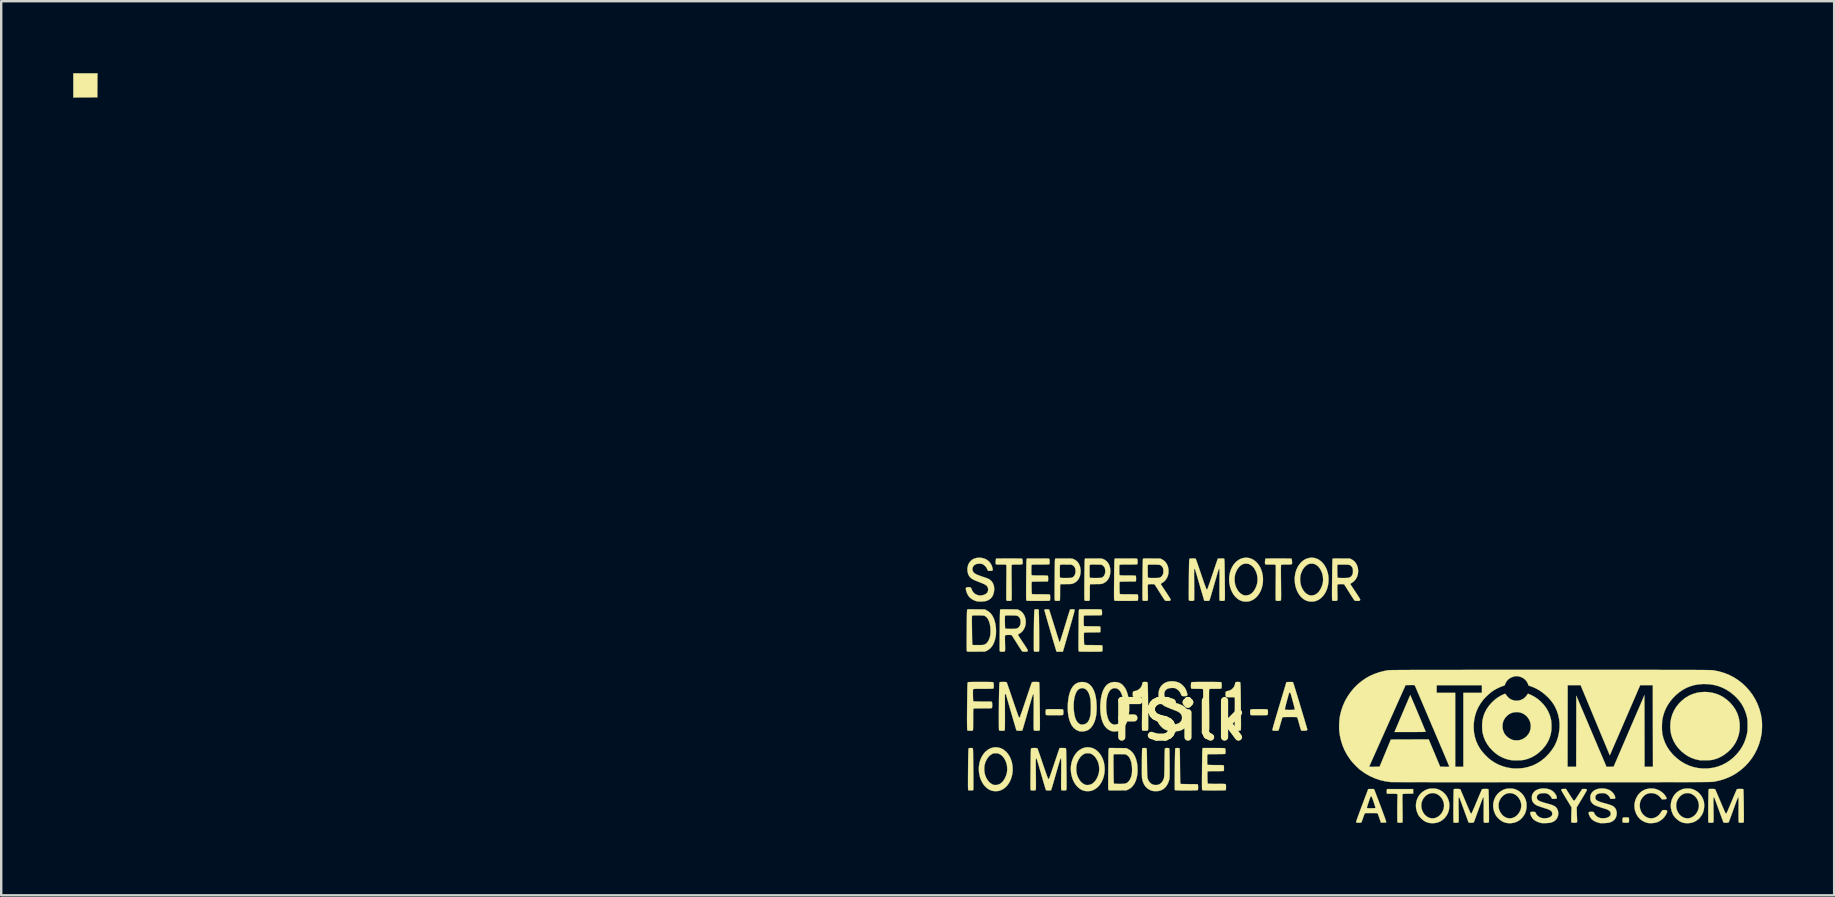
<source format=kicad_pcb>
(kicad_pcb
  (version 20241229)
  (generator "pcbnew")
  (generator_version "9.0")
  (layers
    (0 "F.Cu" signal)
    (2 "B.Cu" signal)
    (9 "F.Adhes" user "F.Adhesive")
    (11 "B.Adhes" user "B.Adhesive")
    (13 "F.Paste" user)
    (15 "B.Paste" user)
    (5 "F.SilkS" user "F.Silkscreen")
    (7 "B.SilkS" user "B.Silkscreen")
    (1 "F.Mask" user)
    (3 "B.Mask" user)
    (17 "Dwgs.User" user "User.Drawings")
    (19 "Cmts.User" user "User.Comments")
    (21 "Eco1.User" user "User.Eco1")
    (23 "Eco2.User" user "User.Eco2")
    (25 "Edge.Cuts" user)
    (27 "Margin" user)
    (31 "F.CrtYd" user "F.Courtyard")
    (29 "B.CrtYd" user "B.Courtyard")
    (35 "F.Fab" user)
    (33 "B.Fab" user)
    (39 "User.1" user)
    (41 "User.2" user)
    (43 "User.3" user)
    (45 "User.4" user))
  (footprint "FSilk"
    (layer "F.Cu")
    (at 46.083 26.972)
    (property "Reference" "FSilk" (at 0 0 0) (layer "F.SilkS") (effects (font (size 1.524 1.524) (thickness 0.3))))
    (attr through_hole)
    (fp_poly (pts (xy -45.075 -26.467) (xy -45.077 -25.966) (xy -45.578 -25.964) (xy -46.078 -25.961) (xy -46.078 -26.967) (xy -45.072 -26.967) (xy -45.075 -26.467)) (stroke (width 0.01) (type solid)) (fill yes) (layer "F.SilkS"))
    (fp_poly (pts (xy 18.658 4.034) (xy 18.692 4.036) (xy 18.712 4.04) (xy 18.723 4.046) (xy 18.729 4.054) (xy 18.736 4.077) (xy 18.739 4.112) (xy 18.74 4.153) (xy 18.739 4.192) (xy 18.735 4.225) (xy 18.728 4.243) (xy 18.728 4.244) (xy 18.709 4.25) (xy 18.671 4.255) (xy 18.614 4.256) (xy 18.603 4.256) (xy 18.542 4.255) (xy 18.501 4.251) (xy 18.479 4.245) (xy 18.478 4.244) (xy 18.471 4.226) (xy 18.466 4.191) (xy 18.465 4.149) (xy 18.466 4.103) (xy 18.471 4.071) (xy 18.483 4.051) (xy 18.506 4.04) (xy 18.542 4.035) (xy 18.596 4.034) (xy 18.608 4.034) (xy 18.658 4.034)) (stroke (width 0.01) (type solid)) (fill yes) (layer "F.SilkS"))
    (fp_poly (pts (xy 9.628 -1.053) (xy 9.64 -1.026) (xy 9.659 -0.984) (xy 9.683 -0.927) (xy 9.713 -0.858) (xy 9.747 -0.778) (xy 9.785 -0.69) (xy 9.826 -0.594) (xy 9.868 -0.493) (xy 9.912 -0.389) (xy 9.957 -0.282) (xy 10.002 -0.176) (xy 10.046 -0.072) (xy 10.088 0.029) (xy 10.128 0.124) (xy 10.164 0.213) (xy 10.197 0.292) (xy 10.225 0.36) (xy 10.248 0.416) (xy 10.265 0.458) (xy 10.268 0.467) (xy 10.259 0.469) (xy 10.23 0.47) (xy 10.183 0.472) (xy 10.12 0.473) (xy 10.044 0.474) (xy 9.955 0.475) (xy 9.855 0.476) (xy 9.747 0.476) (xy 9.631 0.476) (xy 9.62 0.476) (xy 8.968 0.476) (xy 8.982 0.442) (xy 9.053 0.274) (xy 9.123 0.111) (xy 9.189 -0.046) (xy 9.253 -0.196) (xy 9.313 -0.338) (xy 9.369 -0.47) (xy 9.421 -0.591) (xy 9.468 -0.701) (xy 9.51 -0.799) (xy 9.546 -0.883) (xy 9.575 -0.952) (xy 9.598 -1.005) (xy 9.614 -1.041) (xy 9.622 -1.059) (xy 9.623 -1.061) (xy 9.628 -1.053)) (stroke (width 0.01) (type solid)) (fill yes) (layer "F.SilkS"))
    (fp_poly (pts (xy -5.104 -0.476) (xy -5.028 -0.476) (xy -4.968 -0.475) (xy -4.924 -0.474) (xy -4.891 -0.472) (xy -4.869 -0.469) (xy -4.855 -0.466) (xy -4.847 -0.462) (xy -4.845 -0.46) (xy -4.836 -0.445) (xy -4.831 -0.42) (xy -4.828 -0.38) (xy -4.828 -0.349) (xy -4.829 -0.299) (xy -4.833 -0.266) (xy -4.839 -0.246) (xy -4.845 -0.239) (xy -4.852 -0.234) (xy -4.864 -0.231) (xy -4.883 -0.228) (xy -4.911 -0.226) (xy -4.952 -0.224) (xy -5.006 -0.223) (xy -5.076 -0.223) (xy -5.164 -0.222) (xy -5.199 -0.222) (xy -5.294 -0.222) (xy -5.37 -0.223) (xy -5.429 -0.224) (xy -5.474 -0.225) (xy -5.506 -0.227) (xy -5.528 -0.229) (xy -5.542 -0.233) (xy -5.551 -0.237) (xy -5.553 -0.239) (xy -5.561 -0.254) (xy -5.566 -0.279) (xy -5.569 -0.319) (xy -5.569 -0.349) (xy -5.568 -0.4) (xy -5.565 -0.433) (xy -5.558 -0.453) (xy -5.553 -0.46) (xy -5.546 -0.464) (xy -5.534 -0.468) (xy -5.514 -0.471) (xy -5.486 -0.473) (xy -5.446 -0.475) (xy -5.392 -0.476) (xy -5.322 -0.476) (xy -5.233 -0.476) (xy -5.199 -0.476) (xy -5.104 -0.476)) (stroke (width 0.01) (type solid)) (fill yes) (layer "F.SilkS"))
    (fp_poly (pts (xy 3.42 -0.476) (xy 3.496 -0.476) (xy 3.555 -0.475) (xy 3.599 -0.474) (xy 3.632 -0.472) (xy 3.654 -0.469) (xy 3.668 -0.466) (xy 3.677 -0.462) (xy 3.678 -0.46) (xy 3.687 -0.445) (xy 3.692 -0.42) (xy 3.695 -0.38) (xy 3.695 -0.349) (xy 3.694 -0.299) (xy 3.69 -0.266) (xy 3.684 -0.246) (xy 3.678 -0.239) (xy 3.672 -0.234) (xy 3.66 -0.231) (xy 3.64 -0.228) (xy 3.612 -0.226) (xy 3.572 -0.224) (xy 3.518 -0.223) (xy 3.447 -0.223) (xy 3.359 -0.222) (xy 3.325 -0.222) (xy 3.23 -0.222) (xy 3.154 -0.223) (xy 3.094 -0.224) (xy 3.05 -0.225) (xy 3.017 -0.227) (xy 2.995 -0.229) (xy 2.981 -0.233) (xy 2.973 -0.237) (xy 2.971 -0.239) (xy 2.962 -0.254) (xy 2.957 -0.279) (xy 2.954 -0.319) (xy 2.954 -0.349) (xy 2.955 -0.4) (xy 2.959 -0.433) (xy 2.965 -0.453) (xy 2.971 -0.46) (xy 2.978 -0.464) (xy 2.99 -0.468) (xy 3.009 -0.471) (xy 3.037 -0.473) (xy 3.078 -0.475) (xy 3.132 -0.476) (xy 3.202 -0.476) (xy 3.29 -0.476) (xy 3.325 -0.476) (xy 3.42 -0.476)) (stroke (width 0.01) (type solid)) (fill yes) (layer "F.SilkS"))
    (fp_poly (pts (xy -8.644 1.144) (xy -8.619 1.148) (xy -8.604 1.155) (xy -8.598 1.163) (xy -8.596 1.177) (xy -8.594 1.211) (xy -8.592 1.264) (xy -8.59 1.335) (xy -8.588 1.423) (xy -8.587 1.527) (xy -8.585 1.645) (xy -8.583 1.778) (xy -8.581 1.922) (xy -8.58 2.03) (xy -8.579 2.19) (xy -8.578 2.329) (xy -8.577 2.45) (xy -8.577 2.553) (xy -8.577 2.64) (xy -8.577 2.712) (xy -8.578 2.77) (xy -8.579 2.815) (xy -8.58 2.849) (xy -8.582 2.873) (xy -8.584 2.888) (xy -8.586 2.895) (xy -8.586 2.895) (xy -8.6 2.904) (xy -8.625 2.909) (xy -8.666 2.911) (xy -8.686 2.911) (xy -8.728 2.91) (xy -8.763 2.907) (xy -8.785 2.902) (xy -8.788 2.901) (xy -8.791 2.897) (xy -8.794 2.888) (xy -8.797 2.872) (xy -8.798 2.848) (xy -8.8 2.815) (xy -8.801 2.77) (xy -8.802 2.712) (xy -8.802 2.639) (xy -8.802 2.551) (xy -8.802 2.444) (xy -8.801 2.318) (xy -8.801 2.311) (xy -8.8 2.11) (xy -8.798 1.926) (xy -8.797 1.762) (xy -8.795 1.617) (xy -8.792 1.491) (xy -8.79 1.384) (xy -8.787 1.298) (xy -8.784 1.232) (xy -8.78 1.186) (xy -8.776 1.161) (xy -8.775 1.157) (xy -8.757 1.149) (xy -8.721 1.144) (xy -8.686 1.143) (xy -8.644 1.144)) (stroke (width 0.01) (type solid)) (fill yes) (layer "F.SilkS"))
    (fp_poly (pts (xy -5.902 -4.637) (xy -5.876 -4.633) (xy -5.862 -4.626) (xy -5.856 -4.618) (xy -5.854 -4.604) (xy -5.852 -4.57) (xy -5.85 -4.517) (xy -5.848 -4.446) (xy -5.846 -4.358) (xy -5.844 -4.254) (xy -5.843 -4.136) (xy -5.841 -4.003) (xy -5.839 -3.858) (xy -5.838 -3.75) (xy -5.837 -3.591) (xy -5.836 -3.452) (xy -5.835 -3.331) (xy -5.835 -3.228) (xy -5.834 -3.141) (xy -5.835 -3.069) (xy -5.835 -3.011) (xy -5.836 -2.965) (xy -5.838 -2.931) (xy -5.839 -2.908) (xy -5.841 -2.893) (xy -5.844 -2.886) (xy -5.844 -2.886) (xy -5.858 -2.877) (xy -5.883 -2.872) (xy -5.923 -2.87) (xy -5.944 -2.869) (xy -5.986 -2.871) (xy -6.021 -2.874) (xy -6.043 -2.878) (xy -6.046 -2.88) (xy -6.049 -2.884) (xy -6.052 -2.893) (xy -6.054 -2.909) (xy -6.056 -2.933) (xy -6.058 -2.966) (xy -6.059 -3.011) (xy -6.059 -3.069) (xy -6.06 -3.142) (xy -6.06 -3.23) (xy -6.059 -3.337) (xy -6.059 -3.463) (xy -6.059 -3.47) (xy -6.058 -3.671) (xy -6.056 -3.855) (xy -6.054 -4.019) (xy -6.052 -4.164) (xy -6.05 -4.29) (xy -6.047 -4.396) (xy -6.044 -4.483) (xy -6.041 -4.549) (xy -6.038 -4.595) (xy -6.034 -4.62) (xy -6.032 -4.624) (xy -6.015 -4.632) (xy -5.979 -4.636) (xy -5.944 -4.637) (xy -5.902 -4.637)) (stroke (width 0.01) (type solid)) (fill yes) (layer "F.SilkS"))
    (fp_poly (pts (xy 22.038 -1.186) (xy 22.213 -1.159) (xy 22.378 -1.114) (xy 22.534 -1.05) (xy 22.681 -0.967) (xy 22.821 -0.864) (xy 22.949 -0.747) (xy 23.064 -0.616) (xy 23.161 -0.476) (xy 23.238 -0.328) (xy 23.295 -0.173) (xy 23.324 -0.055) (xy 23.349 0.12) (xy 23.353 0.292) (xy 23.338 0.459) (xy 23.302 0.622) (xy 23.247 0.778) (xy 23.174 0.927) (xy 23.082 1.068) (xy 22.972 1.199) (xy 22.844 1.319) (xy 22.7 1.428) (xy 22.688 1.436) (xy 22.575 1.504) (xy 22.462 1.559) (xy 22.342 1.602) (xy 22.213 1.637) (xy 22.175 1.643) (xy 22.121 1.648) (xy 22.055 1.653) (xy 21.981 1.656) (xy 21.906 1.658) (xy 21.832 1.658) (xy 21.766 1.657) (xy 21.712 1.655) (xy 21.678 1.651) (xy 21.51 1.615) (xy 21.35 1.56) (xy 21.199 1.485) (xy 21.056 1.392) (xy 20.919 1.278) (xy 20.884 1.244) (xy 20.78 1.133) (xy 20.694 1.019) (xy 20.619 0.895) (xy 20.593 0.842) (xy 20.532 0.7) (xy 20.49 0.557) (xy 20.465 0.41) (xy 20.456 0.253) (xy 20.456 0.24) (xy 20.466 0.065) (xy 20.496 -0.103) (xy 20.546 -0.265) (xy 20.614 -0.418) (xy 20.701 -0.563) (xy 20.807 -0.698) (xy 20.929 -0.822) (xy 21.069 -0.935) (xy 21.108 -0.962) (xy 21.247 -1.044) (xy 21.397 -1.108) (xy 21.555 -1.155) (xy 21.72 -1.183) (xy 21.888 -1.193) (xy 22.038 -1.186)) (stroke (width 0.01) (type solid)) (fill yes) (layer "F.SilkS"))
    (fp_poly (pts (xy 9.746 3.044) (xy 9.535 3.047) (xy 9.448 3.049) (xy 9.382 3.052) (xy 9.337 3.055) (xy 9.313 3.06) (xy 9.309 3.062) (xy 9.306 3.067) (xy 9.303 3.079) (xy 9.301 3.097) (xy 9.3 3.125) (xy 9.299 3.164) (xy 9.298 3.215) (xy 9.298 3.279) (xy 9.299 3.359) (xy 9.3 3.456) (xy 9.301 3.572) (xy 9.302 3.656) (xy 9.304 3.784) (xy 9.305 3.892) (xy 9.306 3.983) (xy 9.306 4.057) (xy 9.306 4.116) (xy 9.305 4.161) (xy 9.304 4.196) (xy 9.302 4.22) (xy 9.3 4.235) (xy 9.297 4.244) (xy 9.295 4.247) (xy 9.277 4.251) (xy 9.244 4.254) (xy 9.203 4.256) (xy 9.162 4.255) (xy 9.125 4.253) (xy 9.101 4.249) (xy 9.097 4.247) (xy 9.093 4.241) (xy 9.09 4.228) (xy 9.088 4.204) (xy 9.086 4.17) (xy 9.085 4.123) (xy 9.084 4.061) (xy 9.084 3.984) (xy 9.083 3.888) (xy 9.083 3.773) (xy 9.083 3.768) (xy 9.084 3.666) (xy 9.084 3.567) (xy 9.085 3.473) (xy 9.086 3.388) (xy 9.088 3.315) (xy 9.089 3.255) (xy 9.09 3.212) (xy 9.091 3.197) (xy 9.094 3.149) (xy 9.095 3.112) (xy 9.092 3.086) (xy 9.081 3.068) (xy 9.06 3.057) (xy 9.027 3.052) (xy 8.979 3.049) (xy 8.915 3.049) (xy 8.867 3.049) (xy 8.66 3.049) (xy 8.648 3.023) (xy 8.642 2.994) (xy 8.643 2.952) (xy 8.646 2.925) (xy 8.655 2.853) (xy 9.746 2.853) (xy 9.746 3.044)) (stroke (width 0.01) (type solid)) (fill yes) (layer "F.SilkS"))
    (fp_poly (pts (xy 16.27 3.094) (xy 16.32 3.172) (xy 16.36 3.233) (xy 16.392 3.279) (xy 16.416 3.311) (xy 16.433 3.331) (xy 16.445 3.34) (xy 16.448 3.34) (xy 16.463 3.334) (xy 16.484 3.312) (xy 16.512 3.273) (xy 16.533 3.242) (xy 16.562 3.197) (xy 16.599 3.141) (xy 16.639 3.079) (xy 16.679 3.018) (xy 16.692 2.999) (xy 16.787 2.853) (xy 16.87 2.85) (xy 16.922 2.85) (xy 16.956 2.855) (xy 16.975 2.867) (xy 16.982 2.886) (xy 16.983 2.894) (xy 16.977 2.908) (xy 16.962 2.938) (xy 16.938 2.982) (xy 16.906 3.037) (xy 16.869 3.102) (xy 16.826 3.174) (xy 16.779 3.252) (xy 16.77 3.266) (xy 16.559 3.616) (xy 16.564 3.838) (xy 16.566 3.911) (xy 16.569 3.982) (xy 16.571 4.047) (xy 16.573 4.101) (xy 16.575 4.139) (xy 16.576 4.142) (xy 16.577 4.189) (xy 16.574 4.221) (xy 16.562 4.241) (xy 16.538 4.251) (xy 16.499 4.256) (xy 16.449 4.256) (xy 16.396 4.255) (xy 16.361 4.251) (xy 16.342 4.245) (xy 16.338 4.242) (xy 16.334 4.231) (xy 16.332 4.208) (xy 16.331 4.17) (xy 16.331 4.117) (xy 16.332 4.046) (xy 16.334 3.957) (xy 16.335 3.921) (xy 16.344 3.616) (xy 16.133 3.269) (xy 16.086 3.191) (xy 16.042 3.118) (xy 16.002 3.052) (xy 15.969 2.995) (xy 15.943 2.95) (xy 15.925 2.918) (xy 15.917 2.902) (xy 15.917 2.901) (xy 15.915 2.878) (xy 15.926 2.862) (xy 15.953 2.853) (xy 15.997 2.849) (xy 16.025 2.848) (xy 16.113 2.848) (xy 16.27 3.094)) (stroke (width 0.01) (type solid)) (fill yes) (layer "F.SilkS"))
    (fp_poly (pts (xy 10.666 2.836) (xy 10.74 2.849) (xy 10.762 2.856) (xy 10.871 2.901) (xy 10.97 2.964) (xy 11.058 3.043) (xy 11.132 3.135) (xy 11.175 3.21) (xy 11.213 3.298) (xy 11.238 3.382) (xy 11.251 3.468) (xy 11.253 3.564) (xy 11.252 3.584) (xy 11.238 3.711) (xy 11.205 3.827) (xy 11.154 3.933) (xy 11.083 4.031) (xy 11.037 4.082) (xy 10.946 4.158) (xy 10.845 4.216) (xy 10.736 4.255) (xy 10.619 4.274) (xy 10.552 4.277) (xy 10.499 4.274) (xy 10.445 4.269) (xy 10.401 4.262) (xy 10.393 4.26) (xy 10.297 4.23) (xy 10.209 4.184) (xy 10.126 4.122) (xy 10.078 4.077) (xy 10.033 4.03) (xy 9.998 3.989) (xy 9.971 3.948) (xy 9.946 3.902) (xy 9.944 3.896) (xy 9.894 3.773) (xy 9.866 3.65) (xy 9.859 3.526) (xy 9.859 3.523) (xy 10.082 3.523) (xy 10.089 3.622) (xy 10.113 3.72) (xy 10.153 3.813) (xy 10.208 3.896) (xy 10.269 3.961) (xy 10.348 4.018) (xy 10.433 4.056) (xy 10.521 4.073) (xy 10.613 4.069) (xy 10.657 4.06) (xy 10.742 4.027) (xy 10.821 3.976) (xy 10.89 3.909) (xy 10.949 3.829) (xy 10.994 3.737) (xy 11.016 3.668) (xy 11.031 3.574) (xy 11.029 3.48) (xy 11.01 3.391) (xy 10.976 3.306) (xy 10.93 3.229) (xy 10.872 3.161) (xy 10.805 3.104) (xy 10.73 3.06) (xy 10.649 3.031) (xy 10.564 3.02) (xy 10.476 3.028) (xy 10.475 3.028) (xy 10.387 3.057) (xy 10.306 3.103) (xy 10.234 3.167) (xy 10.173 3.244) (xy 10.126 3.332) (xy 10.094 3.428) (xy 10.082 3.523) (xy 9.859 3.523) (xy 9.873 3.403) (xy 9.908 3.28) (xy 9.911 3.272) (xy 9.963 3.164) (xy 10.033 3.068) (xy 10.118 2.985) (xy 10.216 2.917) (xy 10.327 2.865) (xy 10.35 2.857) (xy 10.417 2.841) (xy 10.497 2.832) (xy 10.583 2.831) (xy 10.666 2.836)) (stroke (width 0.01) (type solid)) (fill yes) (layer "F.SilkS"))
    (fp_poly (pts (xy 13.885 2.836) (xy 13.959 2.849) (xy 13.981 2.856) (xy 14.09 2.901) (xy 14.189 2.964) (xy 14.277 3.043) (xy 14.35 3.135) (xy 14.394 3.21) (xy 14.432 3.298) (xy 14.457 3.382) (xy 14.469 3.468) (xy 14.471 3.564) (xy 14.471 3.584) (xy 14.456 3.711) (xy 14.424 3.827) (xy 14.372 3.933) (xy 14.302 4.031) (xy 14.256 4.082) (xy 14.165 4.158) (xy 14.064 4.216) (xy 13.955 4.255) (xy 13.837 4.274) (xy 13.77 4.277) (xy 13.718 4.274) (xy 13.664 4.269) (xy 13.62 4.262) (xy 13.611 4.26) (xy 13.515 4.23) (xy 13.428 4.184) (xy 13.345 4.122) (xy 13.297 4.077) (xy 13.251 4.03) (xy 13.217 3.989) (xy 13.19 3.948) (xy 13.165 3.902) (xy 13.162 3.896) (xy 13.113 3.773) (xy 13.085 3.65) (xy 13.077 3.526) (xy 13.078 3.523) (xy 13.301 3.523) (xy 13.307 3.622) (xy 13.331 3.72) (xy 13.371 3.813) (xy 13.426 3.896) (xy 13.487 3.961) (xy 13.567 4.018) (xy 13.651 4.056) (xy 13.74 4.073) (xy 13.832 4.069) (xy 13.876 4.06) (xy 13.961 4.027) (xy 14.04 3.976) (xy 14.109 3.909) (xy 14.167 3.829) (xy 14.213 3.737) (xy 14.235 3.668) (xy 14.25 3.574) (xy 14.247 3.48) (xy 14.228 3.391) (xy 14.195 3.306) (xy 14.148 3.229) (xy 14.091 3.161) (xy 14.024 3.104) (xy 13.949 3.06) (xy 13.868 3.031) (xy 13.783 3.02) (xy 13.694 3.028) (xy 13.694 3.028) (xy 13.606 3.057) (xy 13.525 3.103) (xy 13.453 3.167) (xy 13.392 3.244) (xy 13.344 3.332) (xy 13.313 3.428) (xy 13.301 3.523) (xy 13.078 3.523) (xy 13.091 3.403) (xy 13.127 3.28) (xy 13.13 3.272) (xy 13.182 3.164) (xy 13.252 3.068) (xy 13.336 2.985) (xy 13.435 2.917) (xy 13.545 2.865) (xy 13.568 2.857) (xy 13.636 2.841) (xy 13.716 2.832) (xy 13.801 2.831) (xy 13.885 2.836)) (stroke (width 0.01) (type solid)) (fill yes) (layer "F.SilkS"))
    (fp_poly (pts (xy 21.286 2.836) (xy 21.36 2.849) (xy 21.382 2.856) (xy 21.49 2.901) (xy 21.59 2.964) (xy 21.678 3.043) (xy 21.751 3.135) (xy 21.795 3.21) (xy 21.833 3.298) (xy 21.858 3.382) (xy 21.87 3.468) (xy 21.872 3.564) (xy 21.871 3.584) (xy 21.857 3.711) (xy 21.824 3.827) (xy 21.773 3.933) (xy 21.703 4.031) (xy 21.657 4.082) (xy 21.566 4.158) (xy 21.465 4.216) (xy 21.356 4.255) (xy 21.238 4.274) (xy 21.171 4.277) (xy 21.118 4.274) (xy 21.065 4.269) (xy 21.02 4.262) (xy 21.012 4.26) (xy 20.916 4.23) (xy 20.829 4.184) (xy 20.746 4.122) (xy 20.698 4.077) (xy 20.652 4.03) (xy 20.618 3.989) (xy 20.591 3.948) (xy 20.566 3.902) (xy 20.563 3.896) (xy 20.514 3.773) (xy 20.485 3.65) (xy 20.478 3.526) (xy 20.479 3.523) (xy 20.702 3.523) (xy 20.708 3.622) (xy 20.732 3.72) (xy 20.772 3.813) (xy 20.827 3.896) (xy 20.888 3.961) (xy 20.967 4.018) (xy 21.052 4.056) (xy 21.141 4.073) (xy 21.233 4.069) (xy 21.276 4.06) (xy 21.362 4.027) (xy 21.44 3.976) (xy 21.51 3.909) (xy 21.568 3.829) (xy 21.613 3.737) (xy 21.636 3.668) (xy 21.651 3.574) (xy 21.648 3.48) (xy 21.629 3.391) (xy 21.596 3.306) (xy 21.549 3.229) (xy 21.492 3.161) (xy 21.425 3.104) (xy 21.35 3.06) (xy 21.269 3.031) (xy 21.184 3.02) (xy 21.095 3.028) (xy 21.095 3.028) (xy 21.007 3.057) (xy 20.925 3.103) (xy 20.853 3.167) (xy 20.793 3.244) (xy 20.745 3.332) (xy 20.714 3.428) (xy 20.702 3.523) (xy 20.479 3.523) (xy 20.492 3.403) (xy 20.527 3.28) (xy 20.531 3.272) (xy 20.583 3.164) (xy 20.652 3.068) (xy 20.737 2.985) (xy 20.836 2.917) (xy 20.946 2.865) (xy 20.969 2.857) (xy 21.037 2.841) (xy 21.117 2.832) (xy 21.202 2.831) (xy 21.286 2.836)) (stroke (width 0.01) (type solid)) (fill yes) (layer "F.SilkS"))
    (fp_poly (pts (xy -1.395 -1.609) (xy -1.358 -1.606) (xy -1.333 -1.6) (xy -1.325 -1.595) (xy -1.322 -1.588) (xy -1.319 -1.572) (xy -1.316 -1.547) (xy -1.314 -1.512) (xy -1.312 -1.467) (xy -1.309 -1.409) (xy -1.308 -1.338) (xy -1.306 -1.253) (xy -1.304 -1.153) (xy -1.303 -1.036) (xy -1.301 -0.903) (xy -1.3 -0.751) (xy -1.298 -0.581) (xy -1.297 -0.396) (xy -1.296 -0.247) (xy -1.295 -0.118) (xy -1.294 -0.008) (xy -1.294 0.086) (xy -1.294 0.164) (xy -1.294 0.228) (xy -1.295 0.28) (xy -1.296 0.32) (xy -1.297 0.351) (xy -1.299 0.373) (xy -1.301 0.389) (xy -1.303 0.399) (xy -1.306 0.405) (xy -1.308 0.406) (xy -1.321 0.415) (xy -1.343 0.42) (xy -1.378 0.423) (xy -1.43 0.424) (xy -1.478 0.423) (xy -1.51 0.421) (xy -1.529 0.418) (xy -1.54 0.411) (xy -1.546 0.401) (xy -1.549 0.39) (xy -1.551 0.366) (xy -1.553 0.327) (xy -1.554 0.274) (xy -1.554 0.205) (xy -1.554 0.12) (xy -1.553 0.016) (xy -1.552 -0.107) (xy -1.551 -0.25) (xy -1.551 -0.281) (xy -1.549 -0.421) (xy -1.548 -0.542) (xy -1.547 -0.643) (xy -1.547 -0.728) (xy -1.547 -0.797) (xy -1.548 -0.852) (xy -1.549 -0.894) (xy -1.55 -0.924) (xy -1.552 -0.944) (xy -1.555 -0.955) (xy -1.556 -0.958) (xy -1.565 -0.964) (xy -1.581 -0.969) (xy -1.608 -0.972) (xy -1.648 -0.973) (xy -1.706 -0.974) (xy -1.737 -0.974) (xy -1.807 -0.974) (xy -1.858 -0.976) (xy -1.894 -0.982) (xy -1.917 -0.992) (xy -1.93 -1.01) (xy -1.936 -1.037) (xy -1.937 -1.074) (xy -1.938 -1.101) (xy -1.936 -1.154) (xy -1.928 -1.19) (xy -1.913 -1.212) (xy -1.886 -1.225) (xy -1.847 -1.232) (xy -1.769 -1.251) (xy -1.698 -1.289) (xy -1.636 -1.341) (xy -1.586 -1.405) (xy -1.553 -1.478) (xy -1.54 -1.53) (xy -1.534 -1.564) (xy -1.526 -1.589) (xy -1.522 -1.596) (xy -1.506 -1.603) (xy -1.475 -1.608) (xy -1.436 -1.61) (xy -1.395 -1.609)) (stroke (width 0.01) (type solid)) (fill yes) (layer "F.SilkS"))
    (fp_poly (pts (xy -0.045 1.143) (xy -0.011 1.149) (xy 0.01 1.159) (xy 0.012 1.161) (xy 0.015 1.168) (xy 0.017 1.182) (xy 0.019 1.206) (xy 0.021 1.239) (xy 0.023 1.284) (xy 0.025 1.342) (xy 0.026 1.415) (xy 0.028 1.503) (xy 0.029 1.607) (xy 0.03 1.73) (xy 0.031 1.873) (xy 0.031 1.902) (xy 0.033 2.045) (xy 0.034 2.169) (xy 0.035 2.274) (xy 0.036 2.363) (xy 0.037 2.436) (xy 0.039 2.495) (xy 0.04 2.541) (xy 0.042 2.577) (xy 0.044 2.602) (xy 0.046 2.62) (xy 0.049 2.631) (xy 0.052 2.636) (xy 0.053 2.637) (xy 0.067 2.639) (xy 0.101 2.642) (xy 0.151 2.644) (xy 0.215 2.645) (xy 0.292 2.646) (xy 0.378 2.647) (xy 0.413 2.647) (xy 0.497 2.647) (xy 0.574 2.648) (xy 0.642 2.649) (xy 0.698 2.651) (xy 0.739 2.652) (xy 0.764 2.654) (xy 0.77 2.655) (xy 0.776 2.67) (xy 0.781 2.699) (xy 0.784 2.739) (xy 0.785 2.784) (xy 0.784 2.827) (xy 0.781 2.865) (xy 0.776 2.89) (xy 0.773 2.896) (xy 0.759 2.9) (xy 0.727 2.904) (xy 0.678 2.907) (xy 0.617 2.909) (xy 0.545 2.911) (xy 0.465 2.913) (xy 0.38 2.913) (xy 0.293 2.914) (xy 0.205 2.913) (xy 0.12 2.912) (xy 0.041 2.911) (xy -0.03 2.909) (xy -0.09 2.906) (xy -0.137 2.903) (xy -0.168 2.9) (xy -0.18 2.896) (xy -0.183 2.889) (xy -0.185 2.874) (xy -0.186 2.849) (xy -0.188 2.814) (xy -0.189 2.767) (xy -0.189 2.707) (xy -0.189 2.632) (xy -0.189 2.543) (xy -0.189 2.436) (xy -0.188 2.312) (xy -0.187 2.17) (xy -0.186 2.03) (xy -0.184 1.89) (xy -0.183 1.758) (xy -0.181 1.635) (xy -0.179 1.524) (xy -0.177 1.424) (xy -0.175 1.339) (xy -0.173 1.268) (xy -0.172 1.214) (xy -0.17 1.179) (xy -0.168 1.163) (xy -0.168 1.162) (xy -0.152 1.151) (xy -0.122 1.145) (xy -0.084 1.142) (xy -0.045 1.143)) (stroke (width 0.01) (type solid)) (fill yes) (layer "F.SilkS"))
    (fp_poly (pts (xy 2.47 -1.609) (xy 2.506 -1.606) (xy 2.532 -1.6) (xy 2.539 -1.595) (xy 2.543 -1.588) (xy 2.546 -1.572) (xy 2.548 -1.547) (xy 2.551 -1.512) (xy 2.553 -1.467) (xy 2.555 -1.409) (xy 2.557 -1.338) (xy 2.559 -1.253) (xy 2.56 -1.153) (xy 2.562 -1.036) (xy 2.563 -0.903) (xy 2.565 -0.751) (xy 2.566 -0.581) (xy 2.568 -0.396) (xy 2.569 -0.247) (xy 2.57 -0.118) (xy 2.57 -0.008) (xy 2.571 0.086) (xy 2.571 0.164) (xy 2.57 0.228) (xy 2.57 0.28) (xy 2.569 0.32) (xy 2.568 0.351) (xy 2.566 0.373) (xy 2.564 0.389) (xy 2.561 0.399) (xy 2.558 0.405) (xy 2.557 0.406) (xy 2.543 0.415) (xy 2.521 0.42) (xy 2.486 0.423) (xy 2.435 0.424) (xy 2.386 0.423) (xy 2.355 0.421) (xy 2.336 0.418) (xy 2.325 0.411) (xy 2.318 0.401) (xy 2.316 0.39) (xy 2.314 0.366) (xy 2.312 0.327) (xy 2.311 0.274) (xy 2.311 0.205) (xy 2.311 0.12) (xy 2.311 0.016) (xy 2.312 -0.107) (xy 2.314 -0.25) (xy 2.314 -0.281) (xy 2.316 -0.421) (xy 2.317 -0.542) (xy 2.317 -0.643) (xy 2.318 -0.728) (xy 2.318 -0.797) (xy 2.317 -0.852) (xy 2.316 -0.894) (xy 2.314 -0.924) (xy 2.312 -0.944) (xy 2.31 -0.955) (xy 2.308 -0.958) (xy 2.3 -0.964) (xy 2.283 -0.969) (xy 2.257 -0.972) (xy 2.216 -0.973) (xy 2.159 -0.974) (xy 2.127 -0.974) (xy 2.058 -0.974) (xy 2.006 -0.976) (xy 1.971 -0.982) (xy 1.948 -0.992) (xy 1.935 -1.01) (xy 1.929 -1.037) (xy 1.927 -1.074) (xy 1.927 -1.101) (xy 1.929 -1.154) (xy 1.936 -1.19) (xy 1.952 -1.212) (xy 1.978 -1.225) (xy 2.017 -1.232) (xy 2.095 -1.251) (xy 2.167 -1.289) (xy 2.229 -1.341) (xy 2.278 -1.405) (xy 2.312 -1.478) (xy 2.324 -1.53) (xy 2.331 -1.564) (xy 2.339 -1.589) (xy 2.343 -1.596) (xy 2.359 -1.603) (xy 2.39 -1.608) (xy 2.429 -1.61) (xy 2.47 -1.609)) (stroke (width 0.01) (type solid)) (fill yes) (layer "F.SilkS"))
    (fp_poly (pts (xy -7.537 1.122) (xy -7.437 1.15) (xy -7.343 1.196) (xy -7.258 1.258) (xy -7.181 1.333) (xy -7.113 1.421) (xy -7.055 1.519) (xy -7.009 1.627) (xy -6.973 1.743) (xy -6.95 1.864) (xy -6.94 1.99) (xy -6.943 2.118) (xy -6.96 2.248) (xy -6.993 2.377) (xy -7.034 2.488) (xy -7.092 2.6) (xy -7.162 2.7) (xy -7.243 2.784) (xy -7.334 2.853) (xy -7.432 2.903) (xy -7.503 2.927) (xy -7.569 2.938) (xy -7.645 2.942) (xy -7.72 2.939) (xy -7.786 2.928) (xy -7.791 2.927) (xy -7.862 2.904) (xy -7.925 2.874) (xy -7.988 2.833) (xy -8.001 2.824) (xy -8.088 2.747) (xy -8.163 2.654) (xy -8.227 2.547) (xy -8.279 2.43) (xy -8.317 2.304) (xy -8.342 2.172) (xy -8.352 2.037) (xy -8.351 2.017) (xy -8.124 2.017) (xy -8.116 2.144) (xy -8.092 2.26) (xy -8.05 2.369) (xy -7.989 2.476) (xy -7.987 2.48) (xy -7.928 2.554) (xy -7.859 2.614) (xy -7.785 2.659) (xy -7.726 2.68) (xy -7.669 2.686) (xy -7.604 2.681) (xy -7.538 2.666) (xy -7.489 2.647) (xy -7.417 2.6) (xy -7.35 2.534) (xy -7.29 2.449) (xy -7.258 2.39) (xy -7.213 2.286) (xy -7.184 2.186) (xy -7.17 2.084) (xy -7.168 2.018) (xy -7.176 1.891) (xy -7.202 1.774) (xy -7.245 1.663) (xy -7.302 1.564) (xy -7.358 1.492) (xy -7.422 1.436) (xy -7.496 1.391) (xy -7.53 1.376) (xy -7.561 1.367) (xy -7.598 1.362) (xy -7.644 1.361) (xy -7.693 1.362) (xy -7.728 1.366) (xy -7.759 1.374) (xy -7.794 1.39) (xy -7.798 1.391) (xy -7.873 1.439) (xy -7.942 1.505) (xy -8.002 1.586) (xy -8.04 1.654) (xy -8.078 1.741) (xy -8.103 1.821) (xy -8.118 1.901) (xy -8.124 1.99) (xy -8.124 2.017) (xy -8.351 2.017) (xy -8.346 1.901) (xy -8.325 1.767) (xy -8.317 1.733) (xy -8.275 1.605) (xy -8.22 1.489) (xy -8.154 1.386) (xy -8.076 1.298) (xy -7.99 1.226) (xy -7.896 1.17) (xy -7.795 1.132) (xy -7.689 1.113) (xy -7.644 1.112) (xy -7.537 1.122)) (stroke (width 0.01) (type solid)) (fill yes) (layer "F.SilkS"))
    (fp_poly (pts (xy -3.704 1.122) (xy -3.604 1.15) (xy -3.51 1.196) (xy -3.425 1.258) (xy -3.348 1.333) (xy -3.28 1.421) (xy -3.223 1.519) (xy -3.176 1.627) (xy -3.14 1.743) (xy -3.117 1.864) (xy -3.107 1.99) (xy -3.11 2.118) (xy -3.128 2.248) (xy -3.16 2.377) (xy -3.201 2.488) (xy -3.259 2.6) (xy -3.329 2.7) (xy -3.411 2.784) (xy -3.501 2.853) (xy -3.599 2.903) (xy -3.67 2.927) (xy -3.736 2.938) (xy -3.812 2.942) (xy -3.887 2.939) (xy -3.953 2.928) (xy -3.959 2.927) (xy -4.029 2.904) (xy -4.092 2.874) (xy -4.155 2.833) (xy -4.168 2.824) (xy -4.255 2.747) (xy -4.33 2.654) (xy -4.394 2.547) (xy -4.446 2.43) (xy -4.484 2.304) (xy -4.509 2.172) (xy -4.519 2.037) (xy -4.518 2.017) (xy -4.291 2.017) (xy -4.283 2.144) (xy -4.259 2.26) (xy -4.217 2.369) (xy -4.156 2.476) (xy -4.154 2.48) (xy -4.095 2.554) (xy -4.027 2.614) (xy -3.952 2.659) (xy -3.893 2.68) (xy -3.837 2.686) (xy -3.771 2.681) (xy -3.705 2.666) (xy -3.656 2.647) (xy -3.584 2.6) (xy -3.517 2.534) (xy -3.458 2.449) (xy -3.425 2.39) (xy -3.38 2.286) (xy -3.352 2.186) (xy -3.337 2.084) (xy -3.335 2.018) (xy -3.344 1.891) (xy -3.369 1.774) (xy -3.413 1.663) (xy -3.47 1.564) (xy -3.525 1.492) (xy -3.589 1.436) (xy -3.663 1.391) (xy -3.697 1.376) (xy -3.728 1.367) (xy -3.765 1.362) (xy -3.812 1.361) (xy -3.86 1.362) (xy -3.895 1.366) (xy -3.926 1.374) (xy -3.961 1.39) (xy -3.965 1.391) (xy -4.04 1.439) (xy -4.109 1.505) (xy -4.17 1.586) (xy -4.207 1.654) (xy -4.245 1.741) (xy -4.271 1.821) (xy -4.285 1.901) (xy -4.291 1.99) (xy -4.291 2.017) (xy -4.518 2.017) (xy -4.514 1.901) (xy -4.492 1.767) (xy -4.484 1.733) (xy -4.442 1.605) (xy -4.387 1.489) (xy -4.321 1.386) (xy -4.244 1.298) (xy -4.158 1.226) (xy -4.063 1.17) (xy -3.963 1.132) (xy -3.857 1.113) (xy -3.812 1.112) (xy -3.704 1.122)) (stroke (width 0.01) (type solid)) (fill yes) (layer "F.SilkS"))
    (fp_poly (pts (xy 2.892 -6.777) (xy 2.992 -6.748) (xy 3.086 -6.702) (xy 3.171 -6.641) (xy 3.248 -6.565) (xy 3.316 -6.478) (xy 3.374 -6.379) (xy 3.42 -6.271) (xy 3.456 -6.156) (xy 3.479 -6.035) (xy 3.489 -5.909) (xy 3.486 -5.78) (xy 3.469 -5.651) (xy 3.436 -5.521) (xy 3.395 -5.41) (xy 3.337 -5.298) (xy 3.267 -5.199) (xy 3.186 -5.114) (xy 3.095 -5.046) (xy 2.997 -4.995) (xy 2.926 -4.972) (xy 2.86 -4.96) (xy 2.784 -4.956) (xy 2.709 -4.96) (xy 2.643 -4.97) (xy 2.638 -4.972) (xy 2.567 -4.995) (xy 2.504 -5.024) (xy 2.441 -5.065) (xy 2.428 -5.075) (xy 2.341 -5.152) (xy 2.266 -5.245) (xy 2.202 -5.351) (xy 2.15 -5.469) (xy 2.112 -5.594) (xy 2.087 -5.726) (xy 2.077 -5.861) (xy 2.078 -5.881) (xy 2.305 -5.881) (xy 2.313 -5.755) (xy 2.337 -5.639) (xy 2.379 -5.529) (xy 2.44 -5.422) (xy 2.442 -5.418) (xy 2.501 -5.345) (xy 2.57 -5.284) (xy 2.644 -5.24) (xy 2.703 -5.219) (xy 2.76 -5.212) (xy 2.825 -5.217) (xy 2.891 -5.232) (xy 2.94 -5.252) (xy 3.012 -5.299) (xy 3.079 -5.365) (xy 3.139 -5.449) (xy 3.171 -5.509) (xy 3.216 -5.613) (xy 3.245 -5.713) (xy 3.259 -5.815) (xy 3.261 -5.881) (xy 3.253 -6.007) (xy 3.227 -6.124) (xy 3.183 -6.235) (xy 3.127 -6.334) (xy 3.071 -6.406) (xy 3.007 -6.463) (xy 2.933 -6.507) (xy 2.899 -6.523) (xy 2.868 -6.532) (xy 2.831 -6.536) (xy 2.785 -6.537) (xy 2.736 -6.537) (xy 2.701 -6.533) (xy 2.67 -6.524) (xy 2.635 -6.509) (xy 2.631 -6.507) (xy 2.556 -6.459) (xy 2.487 -6.394) (xy 2.426 -6.313) (xy 2.389 -6.244) (xy 2.351 -6.157) (xy 2.326 -6.077) (xy 2.311 -5.997) (xy 2.305 -5.909) (xy 2.305 -5.881) (xy 2.078 -5.881) (xy 2.082 -5.997) (xy 2.104 -6.131) (xy 2.112 -6.166) (xy 2.154 -6.294) (xy 2.209 -6.41) (xy 2.275 -6.512) (xy 2.352 -6.6) (xy 2.439 -6.673) (xy 2.533 -6.729) (xy 2.633 -6.766) (xy 2.739 -6.785) (xy 2.785 -6.787) (xy 2.892 -6.777)) (stroke (width 0.01) (type solid)) (fill yes) (layer "F.SilkS"))
    (fp_poly (pts (xy 5.623 -6.777) (xy 5.724 -6.748) (xy 5.817 -6.702) (xy 5.903 -6.641) (xy 5.98 -6.565) (xy 6.048 -6.478) (xy 6.105 -6.379) (xy 6.152 -6.271) (xy 6.187 -6.156) (xy 6.211 -6.035) (xy 6.221 -5.909) (xy 6.218 -5.78) (xy 6.2 -5.651) (xy 6.168 -5.521) (xy 6.127 -5.41) (xy 6.069 -5.298) (xy 5.999 -5.199) (xy 5.917 -5.114) (xy 5.827 -5.046) (xy 5.729 -4.995) (xy 5.658 -4.972) (xy 5.591 -4.96) (xy 5.516 -4.956) (xy 5.441 -4.96) (xy 5.375 -4.97) (xy 5.369 -4.972) (xy 5.298 -4.995) (xy 5.236 -5.024) (xy 5.172 -5.065) (xy 5.16 -5.075) (xy 5.073 -5.152) (xy 4.997 -5.245) (xy 4.933 -5.351) (xy 4.882 -5.469) (xy 4.843 -5.594) (xy 4.819 -5.726) (xy 4.809 -5.861) (xy 4.81 -5.881) (xy 5.037 -5.881) (xy 5.045 -5.755) (xy 5.069 -5.639) (xy 5.111 -5.529) (xy 5.172 -5.422) (xy 5.174 -5.418) (xy 5.233 -5.345) (xy 5.301 -5.284) (xy 5.376 -5.24) (xy 5.435 -5.219) (xy 5.491 -5.212) (xy 5.557 -5.217) (xy 5.623 -5.232) (xy 5.671 -5.252) (xy 5.744 -5.299) (xy 5.811 -5.365) (xy 5.87 -5.449) (xy 5.902 -5.509) (xy 5.947 -5.613) (xy 5.976 -5.713) (xy 5.99 -5.815) (xy 5.993 -5.881) (xy 5.984 -6.007) (xy 5.959 -6.124) (xy 5.915 -6.235) (xy 5.858 -6.334) (xy 5.802 -6.406) (xy 5.739 -6.463) (xy 5.664 -6.507) (xy 5.631 -6.523) (xy 5.6 -6.532) (xy 5.563 -6.536) (xy 5.516 -6.537) (xy 5.468 -6.537) (xy 5.432 -6.533) (xy 5.401 -6.524) (xy 5.367 -6.509) (xy 5.363 -6.507) (xy 5.288 -6.459) (xy 5.218 -6.394) (xy 5.158 -6.313) (xy 5.12 -6.244) (xy 5.083 -6.157) (xy 5.057 -6.077) (xy 5.043 -5.997) (xy 5.037 -5.909) (xy 5.037 -5.881) (xy 4.81 -5.881) (xy 4.814 -5.997) (xy 4.836 -6.131) (xy 4.844 -6.166) (xy 4.886 -6.294) (xy 4.94 -6.41) (xy 5.007 -6.512) (xy 5.084 -6.6) (xy 5.17 -6.673) (xy 5.264 -6.729) (xy 5.365 -6.766) (xy 5.471 -6.785) (xy 5.516 -6.787) (xy 5.623 -6.777)) (stroke (width 0.01) (type solid)) (fill yes) (layer "F.SilkS"))
    (fp_poly (pts (xy 19.783 2.836) (xy 19.89 2.863) (xy 19.993 2.906) (xy 20.089 2.966) (xy 20.178 3.043) (xy 20.193 3.058) (xy 20.226 3.098) (xy 20.258 3.142) (xy 20.281 3.18) (xy 20.3 3.219) (xy 20.306 3.246) (xy 20.298 3.263) (xy 20.273 3.273) (xy 20.231 3.278) (xy 20.198 3.28) (xy 20.107 3.283) (xy 20.065 3.225) (xy 19.998 3.151) (xy 19.92 3.092) (xy 19.834 3.051) (xy 19.742 3.026) (xy 19.648 3.02) (xy 19.554 3.033) (xy 19.463 3.066) (xy 19.461 3.067) (xy 19.391 3.111) (xy 19.326 3.173) (xy 19.27 3.246) (xy 19.226 3.327) (xy 19.198 3.411) (xy 19.197 3.418) (xy 19.185 3.518) (xy 19.189 3.615) (xy 19.21 3.707) (xy 19.244 3.792) (xy 19.29 3.869) (xy 19.347 3.936) (xy 19.413 3.991) (xy 19.486 4.034) (xy 19.565 4.062) (xy 19.648 4.074) (xy 19.733 4.068) (xy 19.819 4.043) (xy 19.842 4.033) (xy 19.916 3.991) (xy 19.978 3.939) (xy 20.034 3.873) (xy 20.053 3.845) (xy 20.084 3.797) (xy 20.107 3.764) (xy 20.125 3.744) (xy 20.143 3.733) (xy 20.164 3.728) (xy 20.191 3.727) (xy 20.206 3.727) (xy 20.26 3.729) (xy 20.297 3.736) (xy 20.318 3.749) (xy 20.327 3.769) (xy 20.328 3.782) (xy 20.321 3.825) (xy 20.3 3.878) (xy 20.268 3.935) (xy 20.229 3.994) (xy 20.185 4.05) (xy 20.138 4.098) (xy 20.12 4.113) (xy 20.035 4.175) (xy 19.952 4.22) (xy 19.865 4.25) (xy 19.769 4.267) (xy 19.688 4.273) (xy 19.634 4.273) (xy 19.583 4.272) (xy 19.542 4.27) (xy 19.519 4.266) (xy 19.398 4.228) (xy 19.291 4.173) (xy 19.197 4.102) (xy 19.118 4.015) (xy 19.053 3.914) (xy 19.042 3.891) (xy 18.996 3.778) (xy 18.971 3.666) (xy 18.965 3.552) (xy 18.966 3.521) (xy 18.975 3.434) (xy 18.991 3.358) (xy 19.016 3.283) (xy 19.053 3.201) (xy 19.053 3.2) (xy 19.113 3.101) (xy 19.185 3.017) (xy 19.269 2.948) (xy 19.363 2.894) (xy 19.463 2.856) (xy 19.567 2.833) (xy 19.675 2.827) (xy 19.783 2.836)) (stroke (width 0.01) (type solid)) (fill yes) (layer "F.SilkS"))
    (fp_poly (pts (xy -3.927 -1.596) (xy -3.848 -1.572) (xy -3.777 -1.534) (xy -3.744 -1.51) (xy -3.668 -1.434) (xy -3.602 -1.34) (xy -3.548 -1.229) (xy -3.505 -1.1) (xy -3.473 -0.953) (xy -3.452 -0.789) (xy -3.442 -0.606) (xy -3.441 -0.529) (xy -3.446 -0.374) (xy -3.459 -0.235) (xy -3.483 -0.109) (xy -3.516 0.008) (xy -3.562 0.119) (xy -3.569 0.135) (xy -3.607 0.202) (xy -3.655 0.267) (xy -3.709 0.326) (xy -3.763 0.372) (xy -3.787 0.388) (xy -3.866 0.424) (xy -3.955 0.447) (xy -4.047 0.455) (xy -4.136 0.449) (xy -4.172 0.441) (xy -4.258 0.407) (xy -4.34 0.355) (xy -4.414 0.287) (xy -4.476 0.206) (xy -4.488 0.187) (xy -4.542 0.078) (xy -4.585 -0.046) (xy -4.617 -0.185) (xy -4.638 -0.336) (xy -4.647 -0.496) (xy -4.645 -0.645) (xy -4.401 -0.645) (xy -4.399 -0.512) (xy -4.395 -0.454) (xy -4.379 -0.309) (xy -4.355 -0.185) (xy -4.323 -0.079) (xy -4.283 0.008) (xy -4.235 0.076) (xy -4.179 0.126) (xy -4.114 0.159) (xy -4.111 0.16) (xy -4.065 0.167) (xy -4.009 0.164) (xy -3.951 0.152) (xy -3.9 0.133) (xy -3.892 0.129) (xy -3.836 0.087) (xy -3.789 0.028) (xy -3.75 -0.048) (xy -3.72 -0.142) (xy -3.7 -0.24) (xy -3.693 -0.294) (xy -3.689 -0.365) (xy -3.686 -0.448) (xy -3.684 -0.536) (xy -3.685 -0.626) (xy -3.687 -0.713) (xy -3.691 -0.791) (xy -3.696 -0.856) (xy -3.7 -0.886) (xy -3.726 -1.011) (xy -3.761 -1.116) (xy -3.804 -1.202) (xy -3.855 -1.269) (xy -3.915 -1.316) (xy -3.982 -1.345) (xy -4.048 -1.352) (xy -4.115 -1.341) (xy -4.177 -1.312) (xy -4.231 -1.268) (xy -4.24 -1.259) (xy -4.285 -1.192) (xy -4.323 -1.108) (xy -4.354 -1.008) (xy -4.378 -0.896) (xy -4.393 -0.775) (xy -4.401 -0.645) (xy -4.645 -0.645) (xy -4.645 -0.664) (xy -4.638 -0.752) (xy -4.618 -0.922) (xy -4.588 -1.073) (xy -4.548 -1.205) (xy -4.498 -1.319) (xy -4.439 -1.414) (xy -4.37 -1.49) (xy -4.292 -1.547) (xy -4.204 -1.585) (xy -4.107 -1.605) (xy -4.019 -1.607) (xy -3.927 -1.596)) (stroke (width 0.01) (type solid)) (fill yes) (layer "F.SilkS"))
    (fp_poly (pts (xy -2.572 -1.596) (xy -2.493 -1.572) (xy -2.422 -1.534) (xy -2.389 -1.51) (xy -2.313 -1.434) (xy -2.247 -1.34) (xy -2.193 -1.229) (xy -2.15 -1.1) (xy -2.118 -0.953) (xy -2.097 -0.789) (xy -2.087 -0.606) (xy -2.086 -0.529) (xy -2.09 -0.374) (xy -2.104 -0.235) (xy -2.127 -0.109) (xy -2.161 0.008) (xy -2.206 0.119) (xy -2.214 0.135) (xy -2.252 0.202) (xy -2.3 0.267) (xy -2.354 0.326) (xy -2.408 0.372) (xy -2.432 0.388) (xy -2.511 0.424) (xy -2.6 0.447) (xy -2.692 0.455) (xy -2.781 0.449) (xy -2.816 0.441) (xy -2.903 0.407) (xy -2.984 0.355) (xy -3.058 0.287) (xy -3.121 0.206) (xy -3.133 0.187) (xy -3.187 0.078) (xy -3.23 -0.046) (xy -3.262 -0.185) (xy -3.283 -0.336) (xy -3.292 -0.496) (xy -3.29 -0.645) (xy -3.045 -0.645) (xy -3.043 -0.512) (xy -3.04 -0.454) (xy -3.024 -0.309) (xy -3 -0.185) (xy -2.968 -0.079) (xy -2.928 0.008) (xy -2.88 0.076) (xy -2.823 0.126) (xy -2.758 0.159) (xy -2.755 0.16) (xy -2.709 0.167) (xy -2.654 0.164) (xy -2.596 0.152) (xy -2.545 0.133) (xy -2.537 0.129) (xy -2.481 0.087) (xy -2.433 0.028) (xy -2.395 -0.048) (xy -2.364 -0.142) (xy -2.345 -0.24) (xy -2.338 -0.294) (xy -2.333 -0.365) (xy -2.33 -0.448) (xy -2.329 -0.536) (xy -2.33 -0.626) (xy -2.332 -0.713) (xy -2.336 -0.791) (xy -2.341 -0.856) (xy -2.345 -0.886) (xy -2.371 -1.011) (xy -2.405 -1.116) (xy -2.448 -1.202) (xy -2.5 -1.269) (xy -2.559 -1.316) (xy -2.627 -1.345) (xy -2.693 -1.352) (xy -2.759 -1.341) (xy -2.822 -1.312) (xy -2.876 -1.268) (xy -2.885 -1.259) (xy -2.929 -1.192) (xy -2.968 -1.108) (xy -2.999 -1.008) (xy -3.023 -0.896) (xy -3.038 -0.775) (xy -3.045 -0.645) (xy -3.29 -0.645) (xy -3.289 -0.664) (xy -3.283 -0.752) (xy -3.263 -0.922) (xy -3.232 -1.073) (xy -3.193 -1.205) (xy -3.143 -1.319) (xy -3.084 -1.414) (xy -3.015 -1.49) (xy -2.937 -1.547) (xy -2.849 -1.585) (xy -2.752 -1.605) (xy -2.664 -1.607) (xy -2.572 -1.596)) (stroke (width 0.01) (type solid)) (fill yes) (layer "F.SilkS"))
    (fp_poly (pts (xy -4.414 -4.637) (xy -4.387 -4.634) (xy -4.372 -4.628) (xy -4.363 -4.618) (xy -4.362 -4.616) (xy -4.361 -4.609) (xy -4.362 -4.595) (xy -4.365 -4.573) (xy -4.372 -4.542) (xy -4.382 -4.501) (xy -4.396 -4.448) (xy -4.414 -4.383) (xy -4.436 -4.304) (xy -4.462 -4.209) (xy -4.494 -4.098) (xy -4.531 -3.969) (xy -4.573 -3.822) (xy -4.58 -3.798) (xy -4.617 -3.671) (xy -4.652 -3.548) (xy -4.686 -3.432) (xy -4.717 -3.323) (xy -4.745 -3.225) (xy -4.771 -3.137) (xy -4.792 -3.063) (xy -4.809 -3.004) (xy -4.822 -2.962) (xy -4.829 -2.938) (xy -4.83 -2.935) (xy -4.85 -2.869) (xy -5.112 -2.869) (xy -5.129 -2.92) (xy -5.141 -2.96) (xy -5.159 -3.016) (xy -5.18 -3.086) (xy -5.204 -3.168) (xy -5.232 -3.26) (xy -5.261 -3.36) (xy -5.293 -3.467) (xy -5.325 -3.578) (xy -5.359 -3.692) (xy -5.392 -3.807) (xy -5.425 -3.921) (xy -5.458 -4.033) (xy -5.488 -4.139) (xy -5.517 -4.24) (xy -5.544 -4.332) (xy -5.567 -4.414) (xy -5.587 -4.484) (xy -5.602 -4.541) (xy -5.613 -4.581) (xy -5.619 -4.605) (xy -5.62 -4.61) (xy -5.617 -4.621) (xy -5.608 -4.628) (xy -5.589 -4.632) (xy -5.555 -4.634) (xy -5.526 -4.635) (xy -5.475 -4.636) (xy -5.442 -4.633) (xy -5.425 -4.626) (xy -5.424 -4.625) (xy -5.419 -4.612) (xy -5.408 -4.582) (xy -5.392 -4.534) (xy -5.372 -4.471) (xy -5.348 -4.395) (xy -5.32 -4.308) (xy -5.289 -4.21) (xy -5.256 -4.104) (xy -5.221 -3.992) (xy -5.206 -3.946) (xy -5.171 -3.832) (xy -5.137 -3.724) (xy -5.106 -3.623) (xy -5.077 -3.532) (xy -5.051 -3.452) (xy -5.03 -3.385) (xy -5.013 -3.332) (xy -5.001 -3.295) (xy -4.994 -3.277) (xy -4.993 -3.274) (xy -4.982 -3.275) (xy -4.972 -3.283) (xy -4.967 -3.295) (xy -4.956 -3.326) (xy -4.94 -3.374) (xy -4.92 -3.437) (xy -4.896 -3.514) (xy -4.868 -3.602) (xy -4.838 -3.699) (xy -4.805 -3.805) (xy -4.771 -3.917) (xy -4.76 -3.955) (xy -4.725 -4.068) (xy -4.692 -4.176) (xy -4.662 -4.277) (xy -4.633 -4.368) (xy -4.608 -4.448) (xy -4.587 -4.515) (xy -4.57 -4.567) (xy -4.558 -4.604) (xy -4.551 -4.622) (xy -4.55 -4.624) (xy -4.533 -4.632) (xy -4.496 -4.636) (xy -4.457 -4.637) (xy -4.414 -4.637)) (stroke (width 0.01) (type solid)) (fill yes) (layer "F.SilkS"))
    (fp_poly (pts (xy -7.047 -6.754) (xy -6.955 -6.754) (xy -6.866 -6.754) (xy -6.783 -6.753) (xy -6.709 -6.752) (xy -6.646 -6.751) (xy -6.596 -6.75) (xy -6.562 -6.748) (xy -6.546 -6.746) (xy -6.546 -6.746) (xy -6.538 -6.731) (xy -6.532 -6.697) (xy -6.526 -6.647) (xy -6.526 -6.637) (xy -6.523 -6.594) (xy -6.522 -6.56) (xy -6.527 -6.536) (xy -6.538 -6.52) (xy -6.56 -6.509) (xy -6.593 -6.504) (xy -6.642 -6.501) (xy -6.707 -6.501) (xy -6.758 -6.501) (xy -6.823 -6.5) (xy -6.88 -6.499) (xy -6.927 -6.497) (xy -6.96 -6.494) (xy -6.976 -6.491) (xy -6.976 -6.491) (xy -6.979 -6.487) (xy -6.982 -6.477) (xy -6.984 -6.46) (xy -6.985 -6.435) (xy -6.987 -6.4) (xy -6.987 -6.354) (xy -6.988 -6.296) (xy -6.988 -6.223) (xy -6.987 -6.135) (xy -6.987 -6.03) (xy -6.986 -5.907) (xy -6.984 -5.765) (xy -6.984 -5.751) (xy -6.983 -5.608) (xy -6.982 -5.484) (xy -6.981 -5.379) (xy -6.981 -5.29) (xy -6.981 -5.217) (xy -6.981 -5.158) (xy -6.982 -5.11) (xy -6.983 -5.074) (xy -6.984 -5.047) (xy -6.986 -5.028) (xy -6.988 -5.015) (xy -6.991 -5.007) (xy -6.994 -5.004) (xy -7.014 -4.994) (xy -7.047 -4.988) (xy -7.089 -4.986) (xy -7.131 -4.987) (xy -7.168 -4.991) (xy -7.194 -4.998) (xy -7.199 -5.002) (xy -7.202 -5.01) (xy -7.204 -5.027) (xy -7.206 -5.054) (xy -7.207 -5.093) (xy -7.208 -5.145) (xy -7.208 -5.211) (xy -7.208 -5.292) (xy -7.208 -5.39) (xy -7.207 -5.506) (xy -7.206 -5.64) (xy -7.205 -5.743) (xy -7.203 -5.891) (xy -7.202 -6.018) (xy -7.201 -6.127) (xy -7.201 -6.218) (xy -7.201 -6.294) (xy -7.201 -6.355) (xy -7.202 -6.402) (xy -7.203 -6.438) (xy -7.205 -6.462) (xy -7.207 -6.478) (xy -7.21 -6.485) (xy -7.218 -6.49) (xy -7.233 -6.495) (xy -7.257 -6.498) (xy -7.294 -6.5) (xy -7.346 -6.501) (xy -7.416 -6.501) (xy -7.428 -6.501) (xy -7.499 -6.501) (xy -7.551 -6.501) (xy -7.589 -6.503) (xy -7.613 -6.505) (xy -7.629 -6.508) (xy -7.638 -6.513) (xy -7.643 -6.52) (xy -7.645 -6.523) (xy -7.65 -6.544) (xy -7.652 -6.578) (xy -7.651 -6.619) (xy -7.648 -6.663) (xy -7.643 -6.702) (xy -7.637 -6.732) (xy -7.63 -6.747) (xy -7.63 -6.747) (xy -7.617 -6.749) (xy -7.585 -6.75) (xy -7.537 -6.751) (xy -7.475 -6.752) (xy -7.402 -6.753) (xy -7.321 -6.754) (xy -7.232 -6.754) (xy -7.14 -6.754) (xy -7.047 -6.754)) (stroke (width 0.01) (type solid)) (fill yes) (layer "F.SilkS"))
    (fp_poly (pts (xy 4.176 -6.754) (xy 4.268 -6.754) (xy 4.357 -6.754) (xy 4.44 -6.753) (xy 4.514 -6.752) (xy 4.577 -6.751) (xy 4.627 -6.75) (xy 4.661 -6.748) (xy 4.677 -6.746) (xy 4.677 -6.746) (xy 4.685 -6.731) (xy 4.691 -6.697) (xy 4.697 -6.647) (xy 4.697 -6.637) (xy 4.7 -6.594) (xy 4.701 -6.56) (xy 4.696 -6.536) (xy 4.685 -6.52) (xy 4.663 -6.509) (xy 4.63 -6.504) (xy 4.581 -6.501) (xy 4.516 -6.501) (xy 4.465 -6.501) (xy 4.4 -6.5) (xy 4.343 -6.499) (xy 4.296 -6.497) (xy 4.263 -6.494) (xy 4.247 -6.491) (xy 4.247 -6.491) (xy 4.244 -6.487) (xy 4.241 -6.477) (xy 4.239 -6.46) (xy 4.238 -6.435) (xy 4.236 -6.4) (xy 4.236 -6.354) (xy 4.235 -6.296) (xy 4.235 -6.223) (xy 4.236 -6.135) (xy 4.236 -6.03) (xy 4.237 -5.907) (xy 4.239 -5.765) (xy 4.239 -5.751) (xy 4.24 -5.608) (xy 4.241 -5.484) (xy 4.242 -5.379) (xy 4.242 -5.29) (xy 4.242 -5.217) (xy 4.242 -5.158) (xy 4.241 -5.11) (xy 4.24 -5.074) (xy 4.239 -5.047) (xy 4.237 -5.028) (xy 4.235 -5.015) (xy 4.232 -5.007) (xy 4.229 -5.004) (xy 4.209 -4.994) (xy 4.176 -4.988) (xy 4.134 -4.986) (xy 4.092 -4.987) (xy 4.055 -4.991) (xy 4.029 -4.998) (xy 4.024 -5.002) (xy 4.021 -5.01) (xy 4.019 -5.027) (xy 4.017 -5.054) (xy 4.016 -5.093) (xy 4.015 -5.145) (xy 4.015 -5.211) (xy 4.015 -5.292) (xy 4.015 -5.39) (xy 4.016 -5.506) (xy 4.017 -5.64) (xy 4.018 -5.743) (xy 4.02 -5.891) (xy 4.021 -6.018) (xy 4.022 -6.127) (xy 4.022 -6.218) (xy 4.022 -6.294) (xy 4.022 -6.355) (xy 4.021 -6.402) (xy 4.02 -6.438) (xy 4.018 -6.462) (xy 4.016 -6.478) (xy 4.013 -6.485) (xy 4.005 -6.49) (xy 3.99 -6.495) (xy 3.966 -6.498) (xy 3.929 -6.5) (xy 3.877 -6.501) (xy 3.807 -6.501) (xy 3.795 -6.501) (xy 3.724 -6.501) (xy 3.672 -6.501) (xy 3.634 -6.503) (xy 3.61 -6.505) (xy 3.594 -6.508) (xy 3.585 -6.513) (xy 3.58 -6.52) (xy 3.578 -6.523) (xy 3.573 -6.544) (xy 3.571 -6.578) (xy 3.572 -6.619) (xy 3.575 -6.663) (xy 3.58 -6.702) (xy 3.586 -6.732) (xy 3.593 -6.747) (xy 3.593 -6.747) (xy 3.606 -6.749) (xy 3.638 -6.75) (xy 3.686 -6.751) (xy 3.748 -6.752) (xy 3.821 -6.753) (xy 3.902 -6.754) (xy 3.991 -6.754) (xy 4.083 -6.754) (xy 4.176 -6.754)) (stroke (width 0.01) (type solid)) (fill yes) (layer "F.SilkS"))
    (fp_poly (pts (xy 8.086 2.851) (xy 8.109 2.856) (xy 8.118 2.861) (xy 8.123 2.873) (xy 8.136 2.903) (xy 8.154 2.95) (xy 8.178 3.011) (xy 8.206 3.086) (xy 8.239 3.173) (xy 8.276 3.269) (xy 8.315 3.373) (xy 8.357 3.484) (xy 8.38 3.546) (xy 8.433 3.687) (xy 8.478 3.809) (xy 8.517 3.914) (xy 8.549 4.001) (xy 8.574 4.073) (xy 8.594 4.131) (xy 8.608 4.175) (xy 8.617 4.206) (xy 8.622 4.225) (xy 8.621 4.234) (xy 8.621 4.234) (xy 8.612 4.242) (xy 8.594 4.247) (xy 8.563 4.25) (xy 8.515 4.251) (xy 8.506 4.251) (xy 8.401 4.251) (xy 8.338 4.066) (xy 8.317 4.006) (xy 8.298 3.953) (xy 8.283 3.91) (xy 8.271 3.88) (xy 8.266 3.867) (xy 8.257 3.863) (xy 8.237 3.859) (xy 8.202 3.857) (xy 8.153 3.855) (xy 8.085 3.854) (xy 7.999 3.854) (xy 7.918 3.854) (xy 7.856 3.854) (xy 7.81 3.855) (xy 7.778 3.856) (xy 7.756 3.859) (xy 7.742 3.862) (xy 7.733 3.867) (xy 7.727 3.874) (xy 7.725 3.878) (xy 7.716 3.896) (xy 7.703 3.93) (xy 7.686 3.976) (xy 7.666 4.03) (xy 7.654 4.066) (xy 7.635 4.122) (xy 7.617 4.171) (xy 7.602 4.211) (xy 7.592 4.236) (xy 7.588 4.243) (xy 7.572 4.25) (xy 7.541 4.255) (xy 7.501 4.257) (xy 7.458 4.257) (xy 7.418 4.254) (xy 7.386 4.249) (xy 7.37 4.241) (xy 7.368 4.235) (xy 7.37 4.221) (xy 7.376 4.199) (xy 7.385 4.167) (xy 7.399 4.125) (xy 7.418 4.07) (xy 7.443 4.002) (xy 7.473 3.919) (xy 7.509 3.821) (xy 7.552 3.706) (xy 7.579 3.635) (xy 7.818 3.635) (xy 7.818 3.638) (xy 7.824 3.644) (xy 7.84 3.648) (xy 7.868 3.651) (xy 7.911 3.652) (xy 7.971 3.653) (xy 7.982 3.653) (xy 8.039 3.652) (xy 8.089 3.651) (xy 8.128 3.65) (xy 8.152 3.647) (xy 8.157 3.646) (xy 8.171 3.632) (xy 8.173 3.623) (xy 8.17 3.608) (xy 8.16 3.576) (xy 8.146 3.531) (xy 8.128 3.475) (xy 8.106 3.412) (xy 8.096 3.383) (xy 8.071 3.309) (xy 8.051 3.253) (xy 8.035 3.213) (xy 8.023 3.185) (xy 8.013 3.168) (xy 8.005 3.16) (xy 7.998 3.157) (xy 7.99 3.156) (xy 7.984 3.156) (xy 7.979 3.159) (xy 7.973 3.167) (xy 7.965 3.184) (xy 7.954 3.211) (xy 7.941 3.25) (xy 7.922 3.303) (xy 7.898 3.373) (xy 7.886 3.408) (xy 7.865 3.472) (xy 7.846 3.53) (xy 7.831 3.578) (xy 7.822 3.615) (xy 7.818 3.635) (xy 7.579 3.635) (xy 7.602 3.572) (xy 7.614 3.54) (xy 7.872 2.853) (xy 7.99 2.85) (xy 8.047 2.85) (xy 8.086 2.851)) (stroke (width 0.01) (type solid)) (fill yes) (layer "F.SilkS"))
    (fp_poly (pts (xy 1.258 -1.609) (xy 1.368 -1.609) (xy 1.461 -1.609) (xy 1.537 -1.608) (xy 1.598 -1.607) (xy 1.647 -1.606) (xy 1.684 -1.605) (xy 1.711 -1.603) (xy 1.73 -1.601) (xy 1.742 -1.598) (xy 1.749 -1.595) (xy 1.752 -1.593) (xy 1.76 -1.58) (xy 1.765 -1.558) (xy 1.767 -1.522) (xy 1.768 -1.47) (xy 1.768 -1.466) (xy 1.767 -1.413) (xy 1.765 -1.377) (xy 1.76 -1.354) (xy 1.752 -1.341) (xy 1.752 -1.34) (xy 1.743 -1.335) (xy 1.729 -1.33) (xy 1.707 -1.327) (xy 1.673 -1.325) (xy 1.626 -1.324) (xy 1.562 -1.324) (xy 1.499 -1.323) (xy 1.42 -1.323) (xy 1.36 -1.323) (xy 1.315 -1.321) (xy 1.285 -1.319) (xy 1.265 -1.316) (xy 1.253 -1.311) (xy 1.249 -1.308) (xy 1.247 -1.301) (xy 1.245 -1.285) (xy 1.243 -1.26) (xy 1.242 -1.224) (xy 1.241 -1.175) (xy 1.24 -1.114) (xy 1.24 -1.038) (xy 1.24 -0.947) (xy 1.241 -0.839) (xy 1.242 -0.712) (xy 1.243 -0.567) (xy 1.244 -0.45) (xy 1.246 -0.29) (xy 1.247 -0.151) (xy 1.247 -0.03) (xy 1.248 0.074) (xy 1.248 0.16) (xy 1.248 0.232) (xy 1.247 0.29) (xy 1.246 0.334) (xy 1.245 0.367) (xy 1.243 0.39) (xy 1.241 0.403) (xy 1.239 0.408) (xy 1.227 0.415) (xy 1.204 0.42) (xy 1.167 0.423) (xy 1.121 0.424) (xy 1.073 0.423) (xy 1.042 0.422) (xy 1.022 0.418) (xy 1.01 0.411) (xy 1.001 0.399) (xy 0.999 0.397) (xy 0.994 0.387) (xy 0.99 0.373) (xy 0.987 0.354) (xy 0.986 0.326) (xy 0.985 0.288) (xy 0.985 0.235) (xy 0.987 0.167) (xy 0.988 0.087) (xy 0.99 0.018) (xy 0.991 -0.069) (xy 0.993 -0.169) (xy 0.994 -0.281) (xy 0.995 -0.399) (xy 0.996 -0.52) (xy 0.997 -0.642) (xy 0.997 -0.75) (xy 0.997 -0.875) (xy 0.998 -0.98) (xy 0.997 -1.067) (xy 0.997 -1.138) (xy 0.996 -1.195) (xy 0.995 -1.238) (xy 0.993 -1.27) (xy 0.991 -1.291) (xy 0.989 -1.305) (xy 0.985 -1.312) (xy 0.984 -1.314) (xy 0.969 -1.316) (xy 0.937 -1.319) (xy 0.89 -1.321) (xy 0.831 -1.322) (xy 0.765 -1.323) (xy 0.741 -1.323) (xy 0.656 -1.324) (xy 0.592 -1.325) (xy 0.545 -1.327) (xy 0.516 -1.331) (xy 0.501 -1.335) (xy 0.5 -1.336) (xy 0.493 -1.354) (xy 0.488 -1.387) (xy 0.486 -1.43) (xy 0.486 -1.477) (xy 0.489 -1.523) (xy 0.493 -1.561) (xy 0.5 -1.587) (xy 0.504 -1.593) (xy 0.509 -1.596) (xy 0.519 -1.599) (xy 0.534 -1.602) (xy 0.557 -1.604) (xy 0.589 -1.606) (xy 0.631 -1.607) (xy 0.686 -1.608) (xy 0.755 -1.609) (xy 0.839 -1.609) (xy 0.94 -1.609) (xy 1.06 -1.609) (xy 1.128 -1.609) (xy 1.258 -1.609)) (stroke (width 0.01) (type solid)) (fill yes) (layer "F.SilkS"))
    (fp_poly (pts (xy -8.461 -4.635) (xy -8.104 -4.632) (xy -8.023 -4.592) (xy -7.933 -4.536) (xy -7.854 -4.462) (xy -7.786 -4.371) (xy -7.73 -4.262) (xy -7.687 -4.138) (xy -7.655 -3.997) (xy -7.655 -3.996) (xy -7.643 -3.906) (xy -7.636 -3.805) (xy -7.634 -3.703) (xy -7.637 -3.607) (xy -7.645 -3.531) (xy -7.672 -3.391) (xy -7.712 -3.266) (xy -7.763 -3.156) (xy -7.826 -3.063) (xy -7.9 -2.986) (xy -7.985 -2.928) (xy -8.011 -2.914) (xy -8.094 -2.875) (xy -8.461 -2.871) (xy -8.56 -2.871) (xy -8.64 -2.87) (xy -8.703 -2.87) (xy -8.751 -2.871) (xy -8.786 -2.872) (xy -8.811 -2.874) (xy -8.828 -2.877) (xy -8.838 -2.881) (xy -8.844 -2.885) (xy -8.848 -2.89) (xy -8.85 -2.897) (xy -8.853 -2.91) (xy -8.854 -2.929) (xy -8.856 -2.955) (xy -8.857 -2.99) (xy -8.858 -3.035) (xy -8.858 -3.092) (xy -8.858 -3.161) (xy -8.858 -3.245) (xy -8.858 -3.345) (xy -8.857 -3.462) (xy -8.856 -3.597) (xy -8.855 -3.746) (xy -8.854 -3.903) (xy -8.853 -4.04) (xy -8.852 -4.159) (xy -8.851 -4.207) (xy -8.64 -4.207) (xy -8.64 -4.143) (xy -8.639 -4.064) (xy -8.638 -3.968) (xy -8.637 -3.854) (xy -8.636 -3.759) (xy -8.634 -3.625) (xy -8.633 -3.511) (xy -8.631 -3.415) (xy -8.629 -3.336) (xy -8.627 -3.274) (xy -8.625 -3.226) (xy -8.623 -3.191) (xy -8.62 -3.168) (xy -8.618 -3.156) (xy -8.616 -3.153) (xy -8.602 -3.151) (xy -8.57 -3.148) (xy -8.523 -3.147) (xy -8.466 -3.145) (xy -8.402 -3.145) (xy -8.395 -3.145) (xy -8.312 -3.145) (xy -8.247 -3.147) (xy -8.198 -3.15) (xy -8.161 -3.155) (xy -8.135 -3.16) (xy -8.071 -3.19) (xy -8.014 -3.239) (xy -7.963 -3.307) (xy -7.941 -3.349) (xy -7.91 -3.418) (xy -7.888 -3.487) (xy -7.874 -3.559) (xy -7.866 -3.642) (xy -7.864 -3.74) (xy -7.864 -3.743) (xy -7.87 -3.884) (xy -7.889 -4.008) (xy -7.92 -4.118) (xy -7.944 -4.175) (xy -7.978 -4.24) (xy -8.012 -4.288) (xy -8.051 -4.325) (xy -8.088 -4.349) (xy -8.104 -4.358) (xy -8.119 -4.366) (xy -8.136 -4.371) (xy -8.158 -4.375) (xy -8.189 -4.377) (xy -8.231 -4.379) (xy -8.287 -4.38) (xy -8.36 -4.381) (xy -8.373 -4.382) (xy -8.454 -4.383) (xy -8.516 -4.383) (xy -8.562 -4.382) (xy -8.594 -4.379) (xy -8.614 -4.376) (xy -8.625 -4.371) (xy -8.626 -4.371) (xy -8.63 -4.366) (xy -8.633 -4.358) (xy -8.635 -4.345) (xy -8.637 -4.325) (xy -8.638 -4.296) (xy -8.639 -4.258) (xy -8.64 -4.207) (xy -8.851 -4.207) (xy -8.85 -4.26) (xy -8.849 -4.345) (xy -8.848 -4.416) (xy -8.846 -4.474) (xy -8.845 -4.52) (xy -8.843 -4.555) (xy -8.841 -4.58) (xy -8.838 -4.598) (xy -8.836 -4.61) (xy -8.834 -4.614) (xy -8.818 -4.639) (xy -8.461 -4.635)) (stroke (width 0.01) (type solid)) (fill yes) (layer "F.SilkS"))
    (fp_poly (pts (xy -2.564 1.145) (xy -2.206 1.149) (xy -2.125 1.189) (xy -2.035 1.245) (xy -1.956 1.319) (xy -1.889 1.41) (xy -1.833 1.519) (xy -1.789 1.643) (xy -1.758 1.784) (xy -1.757 1.785) (xy -1.746 1.875) (xy -1.739 1.976) (xy -1.737 2.078) (xy -1.74 2.174) (xy -1.747 2.25) (xy -1.775 2.39) (xy -1.814 2.515) (xy -1.866 2.625) (xy -1.929 2.718) (xy -2.003 2.795) (xy -2.088 2.853) (xy -2.114 2.866) (xy -2.197 2.906) (xy -2.564 2.91) (xy -2.662 2.91) (xy -2.742 2.911) (xy -2.805 2.911) (xy -2.853 2.91) (xy -2.889 2.909) (xy -2.914 2.907) (xy -2.931 2.904) (xy -2.941 2.9) (xy -2.947 2.896) (xy -2.95 2.891) (xy -2.953 2.883) (xy -2.955 2.871) (xy -2.957 2.852) (xy -2.958 2.826) (xy -2.96 2.791) (xy -2.96 2.746) (xy -2.961 2.689) (xy -2.961 2.62) (xy -2.961 2.536) (xy -2.96 2.436) (xy -2.96 2.319) (xy -2.959 2.184) (xy -2.958 2.035) (xy -2.957 1.878) (xy -2.955 1.741) (xy -2.954 1.622) (xy -2.954 1.574) (xy -2.742 1.574) (xy -2.742 1.638) (xy -2.742 1.717) (xy -2.741 1.812) (xy -2.74 1.926) (xy -2.739 2.022) (xy -2.737 2.156) (xy -2.735 2.27) (xy -2.734 2.366) (xy -2.732 2.444) (xy -2.73 2.507) (xy -2.728 2.555) (xy -2.726 2.59) (xy -2.723 2.613) (xy -2.72 2.625) (xy -2.718 2.628) (xy -2.704 2.63) (xy -2.672 2.633) (xy -2.626 2.634) (xy -2.569 2.636) (xy -2.505 2.636) (xy -2.498 2.636) (xy -2.415 2.636) (xy -2.35 2.634) (xy -2.3 2.631) (xy -2.263 2.626) (xy -2.237 2.621) (xy -2.173 2.591) (xy -2.116 2.542) (xy -2.066 2.474) (xy -2.043 2.432) (xy -2.013 2.363) (xy -1.991 2.294) (xy -1.977 2.222) (xy -1.969 2.139) (xy -1.966 2.041) (xy -1.966 2.038) (xy -1.973 1.897) (xy -1.991 1.773) (xy -2.022 1.663) (xy -2.046 1.605) (xy -2.08 1.541) (xy -2.115 1.493) (xy -2.154 1.456) (xy -2.19 1.432) (xy -2.207 1.422) (xy -2.222 1.415) (xy -2.239 1.41) (xy -2.261 1.406) (xy -2.291 1.404) (xy -2.333 1.402) (xy -2.389 1.401) (xy -2.463 1.4) (xy -2.475 1.399) (xy -2.556 1.398) (xy -2.619 1.398) (xy -2.665 1.399) (xy -2.697 1.401) (xy -2.717 1.405) (xy -2.728 1.409) (xy -2.729 1.41) (xy -2.732 1.414) (xy -2.735 1.423) (xy -2.738 1.436) (xy -2.74 1.456) (xy -2.741 1.485) (xy -2.742 1.523) (xy -2.742 1.574) (xy -2.954 1.574) (xy -2.953 1.521) (xy -2.952 1.436) (xy -2.95 1.365) (xy -2.949 1.307) (xy -2.947 1.261) (xy -2.945 1.226) (xy -2.943 1.2) (xy -2.941 1.183) (xy -2.938 1.171) (xy -2.936 1.167) (xy -2.921 1.142) (xy -2.564 1.145)) (stroke (width 0.01) (type solid)) (fill yes) (layer "F.SilkS"))
    (fp_poly (pts (xy -4.724 -6.755) (xy -4.648 -6.755) (xy -4.587 -6.754) (xy -4.541 -6.752) (xy -4.505 -6.75) (xy -4.477 -6.747) (xy -4.455 -6.744) (xy -4.436 -6.739) (xy -4.422 -6.734) (xy -4.337 -6.694) (xy -4.263 -6.638) (xy -4.203 -6.566) (xy -4.157 -6.481) (xy -4.126 -6.384) (xy -4.11 -6.276) (xy -4.108 -6.226) (xy -4.117 -6.113) (xy -4.142 -6.01) (xy -4.182 -5.918) (xy -4.237 -5.84) (xy -4.306 -5.775) (xy -4.387 -5.726) (xy -4.434 -5.708) (xy -4.459 -5.7) (xy -4.484 -5.694) (xy -4.513 -5.69) (xy -4.55 -5.688) (xy -4.599 -5.686) (xy -4.662 -5.686) (xy -4.716 -5.686) (xy -4.782 -5.685) (xy -4.842 -5.684) (xy -4.892 -5.683) (xy -4.928 -5.682) (xy -4.947 -5.68) (xy -4.949 -5.679) (xy -4.954 -5.675) (xy -4.957 -5.667) (xy -4.96 -5.651) (xy -4.962 -5.625) (xy -4.964 -5.588) (xy -4.965 -5.538) (xy -4.965 -5.471) (xy -4.966 -5.387) (xy -4.966 -5.343) (xy -4.966 -5.242) (xy -4.967 -5.161) (xy -4.968 -5.098) (xy -4.97 -5.052) (xy -4.973 -5.021) (xy -4.976 -5.004) (xy -4.978 -5) (xy -4.997 -4.992) (xy -5.03 -4.987) (xy -5.071 -4.986) (xy -5.113 -4.988) (xy -5.151 -4.992) (xy -5.176 -5) (xy -5.182 -5.003) (xy -5.185 -5.008) (xy -5.187 -5.016) (xy -5.19 -5.03) (xy -5.191 -5.05) (xy -5.193 -5.078) (xy -5.194 -5.115) (xy -5.195 -5.163) (xy -5.195 -5.223) (xy -5.195 -5.296) (xy -5.195 -5.384) (xy -5.194 -5.488) (xy -5.194 -5.609) (xy -5.193 -5.749) (xy -5.192 -5.864) (xy -5.191 -6.021) (xy -5.189 -6.159) (xy -5.189 -6.22) (xy -4.976 -6.22) (xy -4.976 -6.139) (xy -4.976 -6.076) (xy -4.975 -6.03) (xy -4.973 -5.997) (xy -4.97 -5.975) (xy -4.967 -5.962) (xy -4.962 -5.954) (xy -4.958 -5.951) (xy -4.941 -5.947) (xy -4.906 -5.944) (xy -4.859 -5.942) (xy -4.802 -5.941) (xy -4.74 -5.94) (xy -4.676 -5.941) (xy -4.616 -5.942) (xy -4.562 -5.944) (xy -4.519 -5.946) (xy -4.49 -5.95) (xy -4.486 -5.951) (xy -4.429 -5.977) (xy -4.383 -6.02) (xy -4.349 -6.078) (xy -4.328 -6.148) (xy -4.321 -6.227) (xy -4.322 -6.242) (xy -4.331 -6.318) (xy -4.351 -6.379) (xy -4.385 -6.427) (xy -4.431 -6.464) (xy -4.482 -6.496) (xy -4.714 -6.499) (xy -4.798 -6.5) (xy -4.863 -6.5) (xy -4.91 -6.498) (xy -4.941 -6.495) (xy -4.958 -6.491) (xy -4.961 -6.49) (xy -4.966 -6.482) (xy -4.97 -6.467) (xy -4.972 -6.443) (xy -4.974 -6.406) (xy -4.976 -6.355) (xy -4.976 -6.286) (xy -4.976 -6.22) (xy -5.189 -6.22) (xy -5.188 -6.278) (xy -5.187 -6.38) (xy -5.186 -6.466) (xy -5.184 -6.537) (xy -5.183 -6.595) (xy -5.181 -6.641) (xy -5.179 -6.676) (xy -5.177 -6.701) (xy -5.175 -6.718) (xy -5.172 -6.728) (xy -5.171 -6.731) (xy -5.156 -6.755) (xy -4.819 -6.755) (xy -4.724 -6.755)) (stroke (width 0.01) (type solid)) (fill yes) (layer "F.SilkS"))
    (fp_poly (pts (xy -3.485 -6.755) (xy -3.409 -6.755) (xy -3.349 -6.754) (xy -3.302 -6.752) (xy -3.266 -6.75) (xy -3.238 -6.747) (xy -3.216 -6.744) (xy -3.197 -6.739) (xy -3.183 -6.734) (xy -3.098 -6.694) (xy -3.025 -6.638) (xy -2.964 -6.566) (xy -2.918 -6.481) (xy -2.887 -6.384) (xy -2.871 -6.276) (xy -2.87 -6.226) (xy -2.878 -6.113) (xy -2.903 -6.01) (xy -2.943 -5.918) (xy -2.998 -5.84) (xy -3.067 -5.775) (xy -3.148 -5.726) (xy -3.195 -5.708) (xy -3.22 -5.7) (xy -3.245 -5.694) (xy -3.275 -5.69) (xy -3.312 -5.688) (xy -3.36 -5.686) (xy -3.423 -5.686) (xy -3.477 -5.686) (xy -3.543 -5.685) (xy -3.603 -5.684) (xy -3.653 -5.683) (xy -3.689 -5.682) (xy -3.709 -5.68) (xy -3.71 -5.679) (xy -3.715 -5.675) (xy -3.719 -5.667) (xy -3.722 -5.651) (xy -3.724 -5.625) (xy -3.725 -5.588) (xy -3.726 -5.538) (xy -3.727 -5.471) (xy -3.727 -5.387) (xy -3.727 -5.343) (xy -3.727 -5.242) (xy -3.728 -5.161) (xy -3.729 -5.098) (xy -3.731 -5.052) (xy -3.734 -5.021) (xy -3.737 -5.004) (xy -3.74 -5) (xy -3.758 -4.992) (xy -3.791 -4.987) (xy -3.832 -4.986) (xy -3.875 -4.988) (xy -3.912 -4.992) (xy -3.937 -5) (xy -3.943 -5.003) (xy -3.946 -5.008) (xy -3.949 -5.016) (xy -3.951 -5.03) (xy -3.953 -5.05) (xy -3.954 -5.078) (xy -3.955 -5.115) (xy -3.956 -5.163) (xy -3.956 -5.223) (xy -3.956 -5.296) (xy -3.956 -5.384) (xy -3.956 -5.488) (xy -3.955 -5.609) (xy -3.954 -5.749) (xy -3.953 -5.864) (xy -3.952 -6.021) (xy -3.951 -6.159) (xy -3.95 -6.22) (xy -3.737 -6.22) (xy -3.737 -6.139) (xy -3.737 -6.076) (xy -3.736 -6.03) (xy -3.734 -5.997) (xy -3.732 -5.975) (xy -3.728 -5.962) (xy -3.723 -5.954) (xy -3.719 -5.951) (xy -3.702 -5.947) (xy -3.667 -5.944) (xy -3.62 -5.942) (xy -3.563 -5.941) (xy -3.501 -5.94) (xy -3.438 -5.941) (xy -3.377 -5.942) (xy -3.323 -5.944) (xy -3.28 -5.946) (xy -3.251 -5.95) (xy -3.247 -5.951) (xy -3.19 -5.977) (xy -3.144 -6.02) (xy -3.11 -6.078) (xy -3.089 -6.148) (xy -3.082 -6.227) (xy -3.083 -6.242) (xy -3.092 -6.318) (xy -3.112 -6.379) (xy -3.146 -6.427) (xy -3.192 -6.464) (xy -3.243 -6.496) (xy -3.475 -6.499) (xy -3.559 -6.5) (xy -3.624 -6.5) (xy -3.671 -6.498) (xy -3.702 -6.495) (xy -3.719 -6.491) (xy -3.722 -6.49) (xy -3.727 -6.482) (xy -3.731 -6.467) (xy -3.734 -6.443) (xy -3.736 -6.406) (xy -3.737 -6.355) (xy -3.737 -6.286) (xy -3.737 -6.22) (xy -3.95 -6.22) (xy -3.949 -6.278) (xy -3.948 -6.38) (xy -3.947 -6.466) (xy -3.945 -6.537) (xy -3.944 -6.595) (xy -3.942 -6.641) (xy -3.94 -6.676) (xy -3.938 -6.701) (xy -3.936 -6.718) (xy -3.933 -6.728) (xy -3.932 -6.731) (xy -3.917 -6.755) (xy -3.58 -6.755) (xy -3.485 -6.755)) (stroke (width 0.01) (type solid)) (fill yes) (layer "F.SilkS"))
    (fp_poly (pts (xy -1.421 1.143) (xy -1.387 1.149) (xy -1.366 1.159) (xy -1.364 1.161) (xy -1.361 1.168) (xy -1.358 1.183) (xy -1.356 1.207) (xy -1.354 1.242) (xy -1.352 1.288) (xy -1.35 1.348) (xy -1.348 1.423) (xy -1.347 1.515) (xy -1.345 1.624) (xy -1.344 1.754) (xy -1.344 1.762) (xy -1.342 1.893) (xy -1.341 2.004) (xy -1.339 2.099) (xy -1.338 2.177) (xy -1.335 2.242) (xy -1.333 2.296) (xy -1.329 2.339) (xy -1.325 2.374) (xy -1.319 2.403) (xy -1.312 2.428) (xy -1.304 2.451) (xy -1.294 2.472) (xy -1.283 2.496) (xy -1.278 2.504) (xy -1.233 2.572) (xy -1.173 2.627) (xy -1.117 2.659) (xy -1.057 2.678) (xy -0.989 2.685) (xy -0.919 2.681) (xy -0.856 2.666) (xy -0.831 2.655) (xy -0.764 2.61) (xy -0.709 2.55) (xy -0.667 2.474) (xy -0.639 2.396) (xy -0.635 2.379) (xy -0.632 2.359) (xy -0.629 2.332) (xy -0.626 2.297) (xy -0.624 2.252) (xy -0.622 2.196) (xy -0.62 2.126) (xy -0.619 2.042) (xy -0.617 1.941) (xy -0.615 1.821) (xy -0.614 1.756) (xy -0.613 1.624) (xy -0.611 1.512) (xy -0.609 1.418) (xy -0.607 1.341) (xy -0.605 1.28) (xy -0.603 1.233) (xy -0.601 1.199) (xy -0.598 1.176) (xy -0.595 1.163) (xy -0.593 1.16) (xy -0.575 1.15) (xy -0.542 1.144) (xy -0.504 1.142) (xy -0.465 1.144) (xy -0.434 1.15) (xy -0.415 1.16) (xy -0.414 1.162) (xy -0.412 1.176) (xy -0.41 1.21) (xy -0.408 1.262) (xy -0.407 1.33) (xy -0.405 1.413) (xy -0.404 1.509) (xy -0.403 1.617) (xy -0.402 1.734) (xy -0.401 1.789) (xy -0.401 1.918) (xy -0.4 2.028) (xy -0.4 2.12) (xy -0.4 2.197) (xy -0.401 2.259) (xy -0.401 2.31) (xy -0.403 2.351) (xy -0.404 2.383) (xy -0.407 2.409) (xy -0.41 2.43) (xy -0.413 2.449) (xy -0.417 2.467) (xy -0.422 2.483) (xy -0.462 2.599) (xy -0.515 2.699) (xy -0.58 2.783) (xy -0.656 2.85) (xy -0.744 2.9) (xy -0.842 2.931) (xy -0.845 2.932) (xy -0.902 2.939) (xy -0.969 2.942) (xy -1.038 2.94) (xy -1.099 2.934) (xy -1.13 2.927) (xy -1.228 2.891) (xy -1.315 2.837) (xy -1.39 2.769) (xy -1.424 2.727) (xy -1.463 2.667) (xy -1.493 2.607) (xy -1.518 2.539) (xy -1.538 2.467) (xy -1.542 2.447) (xy -1.546 2.427) (xy -1.55 2.406) (xy -1.552 2.382) (xy -1.554 2.352) (xy -1.556 2.315) (xy -1.557 2.269) (xy -1.558 2.212) (xy -1.558 2.143) (xy -1.558 2.058) (xy -1.558 1.957) (xy -1.557 1.838) (xy -1.557 1.779) (xy -1.557 1.654) (xy -1.556 1.539) (xy -1.554 1.437) (xy -1.553 1.349) (xy -1.551 1.276) (xy -1.549 1.22) (xy -1.547 1.182) (xy -1.545 1.164) (xy -1.545 1.162) (xy -1.528 1.151) (xy -1.498 1.145) (xy -1.46 1.142) (xy -1.421 1.143)) (stroke (width 0.01) (type solid)) (fill yes) (layer "F.SilkS"))
    (fp_poly (pts (xy 15.284 2.834) (xy 15.386 2.856) (xy 15.478 2.89) (xy 15.491 2.896) (xy 15.559 2.94) (xy 15.62 2.996) (xy 15.671 3.06) (xy 15.709 3.128) (xy 15.728 3.19) (xy 15.732 3.22) (xy 15.726 3.241) (xy 15.708 3.253) (xy 15.675 3.259) (xy 15.624 3.261) (xy 15.621 3.261) (xy 15.533 3.261) (xy 15.506 3.208) (xy 15.459 3.138) (xy 15.396 3.082) (xy 15.343 3.051) (xy 15.31 3.037) (xy 15.28 3.029) (xy 15.244 3.025) (xy 15.196 3.024) (xy 15.183 3.024) (xy 15.099 3.028) (xy 15.033 3.041) (xy 14.98 3.065) (xy 14.939 3.097) (xy 14.916 3.125) (xy 14.904 3.154) (xy 14.9 3.189) (xy 14.9 3.229) (xy 14.909 3.264) (xy 14.929 3.295) (xy 14.96 3.323) (xy 15.005 3.35) (xy 15.066 3.376) (xy 15.143 3.403) (xy 15.239 3.432) (xy 15.293 3.446) (xy 15.392 3.474) (xy 15.473 3.498) (xy 15.538 3.52) (xy 15.59 3.542) (xy 15.632 3.563) (xy 15.666 3.585) (xy 15.687 3.603) (xy 15.736 3.66) (xy 15.769 3.729) (xy 15.788 3.805) (xy 15.792 3.884) (xy 15.781 3.964) (xy 15.755 4.039) (xy 15.714 4.107) (xy 15.679 4.145) (xy 15.622 4.191) (xy 15.554 4.226) (xy 15.474 4.253) (xy 15.446 4.259) (xy 15.403 4.263) (xy 15.349 4.268) (xy 15.29 4.271) (xy 15.23 4.274) (xy 15.175 4.275) (xy 15.13 4.274) (xy 15.099 4.272) (xy 15.093 4.271) (xy 14.99 4.243) (xy 14.905 4.211) (xy 14.834 4.173) (xy 14.773 4.129) (xy 14.75 4.107) (xy 14.706 4.055) (xy 14.668 3.994) (xy 14.64 3.93) (xy 14.626 3.88) (xy 14.623 3.845) (xy 14.629 3.823) (xy 14.645 3.809) (xy 14.676 3.803) (xy 14.725 3.801) (xy 14.733 3.801) (xy 14.784 3.803) (xy 14.818 3.809) (xy 14.84 3.823) (xy 14.854 3.846) (xy 14.861 3.869) (xy 14.877 3.902) (xy 14.907 3.94) (xy 14.946 3.978) (xy 14.99 4.012) (xy 15.033 4.037) (xy 15.048 4.043) (xy 15.124 4.064) (xy 15.204 4.072) (xy 15.283 4.069) (xy 15.358 4.056) (xy 15.425 4.033) (xy 15.481 4) (xy 15.52 3.96) (xy 15.535 3.932) (xy 15.541 3.903) (xy 15.54 3.867) (xy 15.53 3.819) (xy 15.505 3.779) (xy 15.464 3.743) (xy 15.406 3.711) (xy 15.329 3.682) (xy 15.3 3.672) (xy 15.219 3.648) (xy 15.14 3.622) (xy 15.064 3.597) (xy 14.997 3.574) (xy 14.941 3.553) (xy 14.899 3.537) (xy 14.883 3.529) (xy 14.817 3.487) (xy 14.762 3.434) (xy 14.721 3.376) (xy 14.716 3.364) (xy 14.703 3.331) (xy 14.695 3.297) (xy 14.692 3.256) (xy 14.691 3.213) (xy 14.692 3.163) (xy 14.696 3.126) (xy 14.704 3.095) (xy 14.718 3.063) (xy 14.72 3.058) (xy 14.766 2.988) (xy 14.828 2.929) (xy 14.905 2.883) (xy 14.995 2.85) (xy 15.096 2.831) (xy 15.178 2.827) (xy 15.284 2.834)) (stroke (width 0.01) (type solid)) (fill yes) (layer "F.SilkS"))
    (fp_poly (pts (xy 17.719 2.834) (xy 17.821 2.856) (xy 17.913 2.89) (xy 17.926 2.896) (xy 17.994 2.94) (xy 18.055 2.996) (xy 18.107 3.06) (xy 18.144 3.128) (xy 18.164 3.19) (xy 18.167 3.22) (xy 18.161 3.241) (xy 18.143 3.253) (xy 18.11 3.259) (xy 18.059 3.261) (xy 18.056 3.261) (xy 17.968 3.261) (xy 17.941 3.208) (xy 17.894 3.138) (xy 17.831 3.082) (xy 17.778 3.051) (xy 17.745 3.037) (xy 17.715 3.029) (xy 17.679 3.025) (xy 17.631 3.024) (xy 17.618 3.024) (xy 17.535 3.028) (xy 17.468 3.041) (xy 17.415 3.065) (xy 17.375 3.097) (xy 17.352 3.125) (xy 17.34 3.154) (xy 17.335 3.189) (xy 17.335 3.229) (xy 17.344 3.264) (xy 17.364 3.295) (xy 17.395 3.323) (xy 17.441 3.35) (xy 17.501 3.376) (xy 17.578 3.403) (xy 17.674 3.432) (xy 17.728 3.446) (xy 17.827 3.474) (xy 17.908 3.498) (xy 17.973 3.52) (xy 18.025 3.542) (xy 18.067 3.563) (xy 18.101 3.585) (xy 18.122 3.603) (xy 18.171 3.66) (xy 18.204 3.729) (xy 18.223 3.805) (xy 18.227 3.884) (xy 18.216 3.964) (xy 18.19 4.039) (xy 18.149 4.107) (xy 18.114 4.145) (xy 18.057 4.191) (xy 17.99 4.226) (xy 17.909 4.253) (xy 17.881 4.259) (xy 17.838 4.263) (xy 17.784 4.268) (xy 17.725 4.271) (xy 17.666 4.274) (xy 17.611 4.275) (xy 17.565 4.274) (xy 17.534 4.272) (xy 17.528 4.271) (xy 17.425 4.243) (xy 17.34 4.211) (xy 17.269 4.173) (xy 17.208 4.129) (xy 17.185 4.107) (xy 17.141 4.055) (xy 17.103 3.994) (xy 17.075 3.93) (xy 17.061 3.88) (xy 17.058 3.845) (xy 17.064 3.823) (xy 17.08 3.809) (xy 17.111 3.803) (xy 17.16 3.801) (xy 17.168 3.801) (xy 17.219 3.803) (xy 17.253 3.809) (xy 17.275 3.823) (xy 17.289 3.846) (xy 17.296 3.869) (xy 17.312 3.902) (xy 17.342 3.94) (xy 17.381 3.978) (xy 17.425 4.012) (xy 17.469 4.037) (xy 17.483 4.043) (xy 17.559 4.064) (xy 17.639 4.072) (xy 17.718 4.069) (xy 17.793 4.056) (xy 17.861 4.033) (xy 17.916 4) (xy 17.955 3.96) (xy 17.97 3.932) (xy 17.976 3.903) (xy 17.975 3.867) (xy 17.965 3.819) (xy 17.94 3.779) (xy 17.899 3.743) (xy 17.842 3.711) (xy 17.765 3.682) (xy 17.735 3.672) (xy 17.655 3.648) (xy 17.575 3.622) (xy 17.5 3.597) (xy 17.432 3.574) (xy 17.376 3.553) (xy 17.334 3.537) (xy 17.318 3.529) (xy 17.252 3.487) (xy 17.197 3.434) (xy 17.157 3.376) (xy 17.151 3.364) (xy 17.138 3.331) (xy 17.13 3.297) (xy 17.127 3.256) (xy 17.126 3.213) (xy 17.127 3.163) (xy 17.131 3.126) (xy 17.14 3.095) (xy 17.153 3.063) (xy 17.155 3.058) (xy 17.201 2.988) (xy 17.263 2.929) (xy 17.34 2.883) (xy 17.43 2.85) (xy 17.531 2.831) (xy 17.613 2.827) (xy 17.719 2.834)) (stroke (width 0.01) (type solid)) (fill yes) (layer "F.SilkS"))
    (fp_poly (pts (xy -8.221 -6.777) (xy -8.117 -6.749) (xy -8.025 -6.705) (xy -7.944 -6.644) (xy -7.876 -6.568) (xy -7.823 -6.478) (xy -7.796 -6.409) (xy -7.778 -6.342) (xy -7.772 -6.292) (xy -7.778 -6.258) (xy -7.784 -6.249) (xy -7.802 -6.242) (xy -7.837 -6.238) (xy -7.883 -6.236) (xy -7.923 -6.236) (xy -7.95 -6.238) (xy -7.968 -6.246) (xy -7.982 -6.263) (xy -7.996 -6.293) (xy -8.013 -6.333) (xy -8.046 -6.39) (xy -8.092 -6.444) (xy -8.147 -6.49) (xy -8.179 -6.509) (xy -8.213 -6.524) (xy -8.247 -6.533) (xy -8.289 -6.536) (xy -8.317 -6.537) (xy -8.395 -6.534) (xy -8.458 -6.52) (xy -8.51 -6.496) (xy -8.55 -6.465) (xy -8.591 -6.412) (xy -8.614 -6.352) (xy -8.617 -6.29) (xy -8.601 -6.228) (xy -8.566 -6.172) (xy -8.542 -6.147) (xy -8.508 -6.122) (xy -8.464 -6.098) (xy -8.406 -6.071) (xy -8.333 -6.043) (xy -8.243 -6.01) (xy -8.209 -5.999) (xy -8.132 -5.973) (xy -8.072 -5.952) (xy -8.026 -5.936) (xy -7.992 -5.924) (xy -7.966 -5.913) (xy -7.945 -5.903) (xy -7.927 -5.892) (xy -7.908 -5.88) (xy -7.892 -5.87) (xy -7.827 -5.814) (xy -7.775 -5.744) (xy -7.737 -5.661) (xy -7.715 -5.568) (xy -7.709 -5.468) (xy -7.72 -5.362) (xy -7.723 -5.346) (xy -7.752 -5.246) (xy -7.793 -5.162) (xy -7.849 -5.093) (xy -7.92 -5.038) (xy -8.007 -4.996) (xy -8.039 -4.985) (xy -8.089 -4.973) (xy -8.153 -4.965) (xy -8.225 -4.96) (xy -8.298 -4.958) (xy -8.365 -4.96) (xy -8.421 -4.967) (xy -8.439 -4.97) (xy -8.536 -5.004) (xy -8.627 -5.051) (xy -8.706 -5.109) (xy -8.765 -5.169) (xy -8.805 -5.228) (xy -8.841 -5.3) (xy -8.869 -5.376) (xy -8.877 -5.405) (xy -8.89 -5.463) (xy -8.893 -5.505) (xy -8.884 -5.533) (xy -8.862 -5.549) (xy -8.825 -5.557) (xy -8.783 -5.559) (xy -8.732 -5.556) (xy -8.698 -5.547) (xy -8.675 -5.528) (xy -8.657 -5.495) (xy -8.647 -5.463) (xy -8.615 -5.392) (xy -8.566 -5.329) (xy -8.503 -5.276) (xy -8.43 -5.238) (xy -8.35 -5.216) (xy -8.339 -5.214) (xy -8.265 -5.212) (xy -8.19 -5.223) (xy -8.12 -5.246) (xy -8.058 -5.279) (xy -8.011 -5.319) (xy -8 -5.333) (xy -7.973 -5.39) (xy -7.962 -5.453) (xy -7.969 -5.517) (xy -7.994 -5.576) (xy -8.012 -5.602) (xy -8.033 -5.624) (xy -8.057 -5.644) (xy -8.089 -5.664) (xy -8.13 -5.685) (xy -8.184 -5.709) (xy -8.253 -5.737) (xy -8.315 -5.762) (xy -8.41 -5.799) (xy -8.487 -5.831) (xy -8.549 -5.859) (xy -8.599 -5.884) (xy -8.639 -5.908) (xy -8.672 -5.932) (xy -8.701 -5.957) (xy -8.705 -5.962) (xy -8.76 -6.031) (xy -8.799 -6.114) (xy -8.822 -6.206) (xy -8.828 -6.305) (xy -8.822 -6.377) (xy -8.798 -6.478) (xy -8.757 -6.566) (xy -8.7 -6.641) (xy -8.63 -6.702) (xy -8.546 -6.747) (xy -8.451 -6.775) (xy -8.346 -6.786) (xy -8.333 -6.787) (xy -8.221 -6.777)) (stroke (width 0.01) (type solid)) (fill yes) (layer "F.SilkS"))
    (fp_poly (pts (xy 14.549 -1.113) (xy 14.577 -1.102) (xy 14.619 -1.083) (xy 14.674 -1.058) (xy 14.804 -0.989) (xy 14.923 -0.909) (xy 15.038 -0.813) (xy 15.068 -0.785) (xy 15.189 -0.657) (xy 15.291 -0.521) (xy 15.374 -0.376) (xy 15.439 -0.222) (xy 15.485 -0.058) (xy 15.495 0.000345) (xy 15.502 0.074) (xy 15.507 0.157) (xy 15.509 0.244) (xy 15.508 0.328) (xy 15.504 0.405) (xy 15.496 0.467) (xy 15.496 0.468) (xy 15.46 0.63) (xy 15.406 0.783) (xy 15.333 0.928) (xy 15.241 1.065) (xy 15.129 1.197) (xy 15.093 1.234) (xy 14.962 1.352) (xy 14.825 1.451) (xy 14.681 1.531) (xy 14.528 1.593) (xy 14.373 1.637) (xy 14.326 1.644) (xy 14.264 1.651) (xy 14.19 1.655) (xy 14.11 1.658) (xy 14.03 1.659) (xy 13.953 1.657) (xy 13.885 1.654) (xy 13.831 1.649) (xy 13.817 1.647) (xy 13.715 1.626) (xy 13.625 1.602) (xy 13.541 1.572) (xy 13.51 1.559) (xy 13.392 1.504) (xy 13.287 1.443) (xy 13.188 1.371) (xy 13.089 1.286) (xy 13.056 1.255) (xy 12.934 1.124) (xy 12.832 0.985) (xy 12.749 0.839) (xy 12.686 0.684) (xy 12.642 0.522) (xy 12.635 0.483) (xy 12.625 0.407) (xy 12.62 0.317) (xy 12.619 0.245) (xy 13.466 0.245) (xy 13.476 0.349) (xy 13.505 0.45) (xy 13.549 0.543) (xy 13.556 0.554) (xy 13.619 0.633) (xy 13.696 0.703) (xy 13.784 0.76) (xy 13.877 0.801) (xy 13.905 0.81) (xy 13.961 0.82) (xy 14.029 0.824) (xy 14.1 0.823) (xy 14.165 0.817) (xy 14.201 0.81) (xy 14.295 0.776) (xy 14.386 0.724) (xy 14.467 0.658) (xy 14.535 0.581) (xy 14.563 0.54) (xy 14.61 0.443) (xy 14.637 0.341) (xy 14.646 0.236) (xy 14.636 0.131) (xy 14.609 0.03) (xy 14.563 -0.065) (xy 14.5 -0.152) (xy 14.475 -0.179) (xy 14.389 -0.252) (xy 14.296 -0.305) (xy 14.195 -0.338) (xy 14.086 -0.353) (xy 14.055 -0.353) (xy 13.944 -0.344) (xy 13.842 -0.316) (xy 13.747 -0.269) (xy 13.66 -0.202) (xy 13.635 -0.177) (xy 13.564 -0.093) (xy 13.513 -0.001) (xy 13.481 0.099) (xy 13.467 0.21) (xy 13.466 0.245) (xy 12.619 0.245) (xy 12.618 0.221) (xy 12.621 0.125) (xy 12.628 0.036) (xy 12.636 -0.021) (xy 12.673 -0.179) (xy 12.728 -0.327) (xy 12.8 -0.468) (xy 12.892 -0.603) (xy 13.004 -0.733) (xy 13.033 -0.763) (xy 13.149 -0.87) (xy 13.266 -0.959) (xy 13.386 -1.032) (xy 13.45 -1.064) (xy 13.503 -1.089) (xy 13.541 -1.105) (xy 13.567 -1.113) (xy 13.584 -1.113) (xy 13.597 -1.104) (xy 13.609 -1.088) (xy 13.621 -1.068) (xy 13.66 -1.015) (xy 13.711 -0.961) (xy 13.768 -0.914) (xy 13.818 -0.883) (xy 13.914 -0.846) (xy 14.013 -0.828) (xy 14.111 -0.83) (xy 14.207 -0.85) (xy 14.298 -0.888) (xy 14.38 -0.943) (xy 14.427 -0.988) (xy 14.458 -1.023) (xy 14.484 -1.057) (xy 14.501 -1.084) (xy 14.503 -1.087) (xy 14.511 -1.103) (xy 14.519 -1.112) (xy 14.531 -1.116) (xy 14.549 -1.113)) (stroke (width 0.01) (type solid)) (fill yes) (layer "F.SilkS"))
    (fp_poly (pts (xy -8.159 -1.609) (xy -8.06 -1.609) (xy -7.977 -1.609) (xy -7.911 -1.608) (xy -7.859 -1.607) (xy -7.819 -1.605) (xy -7.79 -1.604) (xy -7.77 -1.601) (xy -7.756 -1.598) (xy -7.748 -1.595) (xy -7.746 -1.593) (xy -7.738 -1.575) (xy -7.733 -1.541) (xy -7.729 -1.498) (xy -7.728 -1.451) (xy -7.729 -1.406) (xy -7.732 -1.367) (xy -7.738 -1.342) (xy -7.742 -1.336) (xy -7.751 -1.333) (xy -7.773 -1.33) (xy -7.808 -1.328) (xy -7.858 -1.326) (xy -7.924 -1.325) (xy -8.008 -1.324) (xy -8.112 -1.323) (xy -8.159 -1.323) (xy -8.264 -1.323) (xy -8.349 -1.323) (xy -8.417 -1.323) (xy -8.47 -1.322) (xy -8.51 -1.32) (xy -8.539 -1.318) (xy -8.559 -1.316) (xy -8.571 -1.312) (xy -8.579 -1.308) (xy -8.581 -1.306) (xy -8.587 -1.298) (xy -8.591 -1.286) (xy -8.594 -1.266) (xy -8.596 -1.236) (xy -8.596 -1.193) (xy -8.596 -1.134) (xy -8.595 -1.057) (xy -8.595 -1.052) (xy -8.594 -0.973) (xy -8.592 -0.912) (xy -8.59 -0.868) (xy -8.588 -0.838) (xy -8.584 -0.818) (xy -8.58 -0.808) (xy -8.576 -0.804) (xy -8.562 -0.802) (xy -8.528 -0.8) (xy -8.478 -0.798) (xy -8.413 -0.796) (xy -8.335 -0.795) (xy -8.247 -0.794) (xy -8.193 -0.794) (xy -7.826 -0.794) (xy -7.809 -0.771) (xy -7.8 -0.747) (xy -7.794 -0.71) (xy -7.792 -0.664) (xy -7.792 -0.617) (xy -7.795 -0.574) (xy -7.801 -0.541) (xy -7.809 -0.525) (xy -7.816 -0.52) (xy -7.827 -0.517) (xy -7.846 -0.514) (xy -7.874 -0.512) (xy -7.912 -0.51) (xy -7.964 -0.509) (xy -8.032 -0.509) (xy -8.117 -0.508) (xy -8.194 -0.508) (xy -8.3 -0.508) (xy -8.386 -0.507) (xy -8.455 -0.506) (xy -8.506 -0.504) (xy -8.542 -0.502) (xy -8.564 -0.499) (xy -8.574 -0.496) (xy -8.577 -0.486) (xy -8.58 -0.465) (xy -8.582 -0.431) (xy -8.584 -0.382) (xy -8.585 -0.317) (xy -8.586 -0.235) (xy -8.587 -0.134) (xy -8.587 -0.042) (xy -8.587 0.074) (xy -8.587 0.171) (xy -8.588 0.249) (xy -8.59 0.31) (xy -8.591 0.355) (xy -8.594 0.387) (xy -8.597 0.405) (xy -8.599 0.411) (xy -8.617 0.418) (xy -8.649 0.422) (xy -8.691 0.424) (xy -8.735 0.424) (xy -8.777 0.421) (xy -8.81 0.416) (xy -8.829 0.409) (xy -8.83 0.408) (xy -8.833 0.393) (xy -8.836 0.357) (xy -8.838 0.3) (xy -8.84 0.222) (xy -8.841 0.123) (xy -8.842 0.004) (xy -8.842 -0.136) (xy -8.841 -0.297) (xy -8.84 -0.478) (xy -8.838 -0.679) (xy -8.836 -0.9) (xy -8.834 -1.027) (xy -8.833 -1.151) (xy -8.831 -1.255) (xy -8.83 -1.341) (xy -8.828 -1.411) (xy -8.826 -1.467) (xy -8.824 -1.51) (xy -8.822 -1.542) (xy -8.819 -1.565) (xy -8.817 -1.579) (xy -8.813 -1.588) (xy -8.811 -1.591) (xy -8.806 -1.595) (xy -8.799 -1.599) (xy -8.786 -1.602) (xy -8.767 -1.604) (xy -8.739 -1.606) (xy -8.702 -1.607) (xy -8.652 -1.608) (xy -8.589 -1.609) (xy -8.51 -1.609) (xy -8.414 -1.609) (xy -8.299 -1.609) (xy -8.279 -1.609) (xy -8.159 -1.609)) (stroke (width 0.01) (type solid)) (fill yes) (layer "F.SilkS"))
    (fp_poly (pts (xy -0.241 -1.638) (xy -0.125 -1.618) (xy -0.014 -1.58) (xy 0.007 -1.57) (xy 0.066 -1.535) (xy 0.127 -1.484) (xy 0.184 -1.425) (xy 0.234 -1.362) (xy 0.269 -1.301) (xy 0.293 -1.246) (xy 0.314 -1.188) (xy 0.329 -1.134) (xy 0.338 -1.09) (xy 0.339 -1.074) (xy 0.334 -1.049) (xy 0.316 -1.031) (xy 0.284 -1.021) (xy 0.234 -1.017) (xy 0.21 -1.016) (xy 0.16 -1.017) (xy 0.127 -1.023) (xy 0.104 -1.035) (xy 0.088 -1.058) (xy 0.072 -1.096) (xy 0.068 -1.106) (xy 0.027 -1.187) (xy -0.032 -1.257) (xy -0.105 -1.313) (xy -0.137 -1.331) (xy -0.169 -1.346) (xy -0.198 -1.354) (xy -0.231 -1.358) (xy -0.276 -1.36) (xy -0.291 -1.36) (xy -0.388 -1.353) (xy -0.469 -1.333) (xy -0.533 -1.3) (xy -0.58 -1.254) (xy -0.61 -1.196) (xy -0.624 -1.124) (xy -0.624 -1.102) (xy -0.617 -1.032) (xy -0.594 -0.973) (xy -0.554 -0.921) (xy -0.496 -0.876) (xy -0.447 -0.848) (xy -0.419 -0.836) (xy -0.375 -0.818) (xy -0.319 -0.797) (xy -0.254 -0.773) (xy -0.184 -0.749) (xy -0.153 -0.738) (xy -0.061 -0.707) (xy 0.013 -0.68) (xy 0.073 -0.657) (xy 0.121 -0.636) (xy 0.16 -0.616) (xy 0.193 -0.595) (xy 0.222 -0.573) (xy 0.25 -0.548) (xy 0.254 -0.544) (xy 0.315 -0.473) (xy 0.359 -0.39) (xy 0.388 -0.295) (xy 0.401 -0.186) (xy 0.402 -0.143) (xy 0.394 -0.02) (xy 0.369 0.089) (xy 0.329 0.185) (xy 0.273 0.267) (xy 0.201 0.334) (xy 0.114 0.388) (xy 0.012 0.427) (xy 0.005 0.429) (xy -0.028 0.435) (xy -0.077 0.441) (xy -0.136 0.446) (xy -0.199 0.45) (xy -0.26 0.452) (xy -0.316 0.453) (xy -0.36 0.451) (xy -0.381 0.449) (xy -0.434 0.436) (xy -0.495 0.415) (xy -0.557 0.391) (xy -0.609 0.367) (xy -0.673 0.326) (xy -0.737 0.271) (xy -0.797 0.207) (xy -0.846 0.14) (xy -0.871 0.095) (xy -0.901 0.023) (xy -0.923 -0.045) (xy -0.937 -0.107) (xy -0.94 -0.159) (xy -0.934 -0.197) (xy -0.931 -0.202) (xy -0.924 -0.211) (xy -0.911 -0.217) (xy -0.889 -0.221) (xy -0.853 -0.222) (xy -0.817 -0.222) (xy -0.762 -0.221) (xy -0.724 -0.217) (xy -0.7 -0.207) (xy -0.685 -0.189) (xy -0.675 -0.162) (xy -0.672 -0.148) (xy -0.655 -0.097) (xy -0.626 -0.04) (xy -0.59 0.013) (xy -0.551 0.055) (xy -0.475 0.11) (xy -0.388 0.146) (xy -0.295 0.164) (xy -0.199 0.163) (xy -0.178 0.16) (xy -0.085 0.137) (xy -0.009 0.103) (xy 0.049 0.058) (xy 0.089 0.001) (xy 0.111 -0.066) (xy 0.116 -0.122) (xy 0.108 -0.192) (xy 0.083 -0.252) (xy 0.039 -0.305) (xy 0.034 -0.309) (xy 0.007 -0.332) (xy -0.022 -0.352) (xy -0.056 -0.371) (xy -0.099 -0.392) (xy -0.155 -0.415) (xy -0.228 -0.443) (xy -0.232 -0.445) (xy -0.351 -0.491) (xy -0.45 -0.531) (xy -0.53 -0.565) (xy -0.589 -0.592) (xy -0.622 -0.61) (xy -0.705 -0.67) (xy -0.771 -0.742) (xy -0.82 -0.827) (xy -0.851 -0.923) (xy -0.865 -1.032) (xy -0.865 -1.112) (xy -0.853 -1.218) (xy -0.828 -1.31) (xy -0.788 -1.391) (xy -0.732 -1.464) (xy -0.701 -1.495) (xy -0.634 -1.55) (xy -0.563 -1.589) (xy -0.481 -1.617) (xy -0.471 -1.62) (xy -0.358 -1.638) (xy -0.241 -1.638)) (stroke (width 0.01) (type solid)) (fill yes) (layer "F.SilkS"))
    (fp_poly (pts (xy 4.695 -1.607) (xy 4.721 -1.604) (xy 4.736 -1.599) (xy 4.743 -1.594) (xy 4.747 -1.583) (xy 4.757 -1.552) (xy 4.772 -1.505) (xy 4.792 -1.442) (xy 4.815 -1.367) (xy 4.842 -1.279) (xy 4.872 -1.181) (xy 4.905 -1.075) (xy 4.939 -0.962) (xy 4.975 -0.844) (xy 5.011 -0.723) (xy 5.048 -0.6) (xy 5.085 -0.478) (xy 5.121 -0.357) (xy 5.156 -0.24) (xy 5.19 -0.128) (xy 5.221 -0.023) (xy 5.25 0.074) (xy 5.275 0.16) (xy 5.297 0.234) (xy 5.314 0.294) (xy 5.327 0.339) (xy 5.334 0.367) (xy 5.336 0.375) (xy 5.329 0.392) (xy 5.317 0.406) (xy 5.296 0.415) (xy 5.261 0.421) (xy 5.218 0.424) (xy 5.171 0.425) (xy 5.129 0.422) (xy 5.096 0.416) (xy 5.079 0.409) (xy 5.072 0.394) (xy 5.061 0.363) (xy 5.047 0.317) (xy 5.03 0.259) (xy 5.011 0.194) (xy 4.998 0.147) (xy 4.979 0.076) (xy 4.961 0.012) (xy 4.944 -0.044) (xy 4.931 -0.088) (xy 4.921 -0.116) (xy 4.917 -0.124) (xy 4.912 -0.131) (xy 4.906 -0.137) (xy 4.896 -0.141) (xy 4.879 -0.144) (xy 4.854 -0.146) (xy 4.818 -0.147) (xy 4.768 -0.148) (xy 4.702 -0.148) (xy 4.618 -0.148) (xy 4.607 -0.148) (xy 4.514 -0.148) (xy 4.441 -0.147) (xy 4.385 -0.146) (xy 4.345 -0.144) (xy 4.318 -0.141) (xy 4.304 -0.137) (xy 4.301 -0.135) (xy 4.295 -0.121) (xy 4.284 -0.09) (xy 4.27 -0.045) (xy 4.253 0.012) (xy 4.234 0.078) (xy 4.22 0.127) (xy 4.2 0.198) (xy 4.181 0.262) (xy 4.165 0.318) (xy 4.152 0.362) (xy 4.143 0.391) (xy 4.14 0.4) (xy 4.134 0.41) (xy 4.125 0.417) (xy 4.109 0.421) (xy 4.081 0.423) (xy 4.038 0.423) (xy 4.013 0.424) (xy 3.962 0.423) (xy 3.928 0.422) (xy 3.907 0.419) (xy 3.895 0.414) (xy 3.888 0.405) (xy 3.884 0.398) (xy 3.883 0.392) (xy 3.884 0.38) (xy 3.887 0.361) (xy 3.893 0.335) (xy 3.901 0.301) (xy 3.913 0.257) (xy 3.928 0.201) (xy 3.947 0.134) (xy 3.97 0.053) (xy 3.998 -0.042) (xy 4.031 -0.153) (xy 4.068 -0.28) (xy 4.112 -0.425) (xy 4.126 -0.475) (xy 4.402 -0.475) (xy 4.403 -0.463) (xy 4.405 -0.46) (xy 4.421 -0.454) (xy 4.453 -0.449) (xy 4.498 -0.446) (xy 4.551 -0.444) (xy 4.609 -0.443) (xy 4.666 -0.444) (xy 4.719 -0.446) (xy 4.763 -0.45) (xy 4.794 -0.455) (xy 4.807 -0.46) (xy 4.81 -0.468) (xy 4.81 -0.483) (xy 4.806 -0.508) (xy 4.799 -0.543) (xy 4.787 -0.591) (xy 4.771 -0.654) (xy 4.749 -0.735) (xy 4.733 -0.797) (xy 4.706 -0.893) (xy 4.685 -0.971) (xy 4.668 -1.032) (xy 4.655 -1.079) (xy 4.644 -1.113) (xy 4.636 -1.137) (xy 4.629 -1.152) (xy 4.623 -1.16) (xy 4.617 -1.164) (xy 4.611 -1.165) (xy 4.606 -1.165) (xy 4.584 -1.155) (xy 4.574 -1.141) (xy 4.569 -1.125) (xy 4.559 -1.091) (xy 4.545 -1.043) (xy 4.528 -0.981) (xy 4.509 -0.911) (xy 4.488 -0.833) (xy 4.478 -0.796) (xy 4.453 -0.703) (xy 4.434 -0.628) (xy 4.42 -0.57) (xy 4.41 -0.526) (xy 4.404 -0.495) (xy 4.402 -0.475) (xy 4.126 -0.475) (xy 4.161 -0.589) (xy 4.168 -0.615) (xy 4.464 -1.604) (xy 4.597 -1.607) (xy 4.655 -1.608) (xy 4.695 -1.607)) (stroke (width 0.01) (type solid)) (fill yes) (layer "F.SilkS"))
    (fp_poly (pts (xy -5.776 -6.755) (xy -5.684 -6.755) (xy -5.609 -6.754) (xy -5.55 -6.753) (xy -5.504 -6.752) (xy -5.471 -6.75) (xy -5.447 -6.748) (xy -5.431 -6.745) (xy -5.421 -6.742) (xy -5.416 -6.738) (xy -5.408 -6.72) (xy -5.403 -6.686) (xy -5.4 -6.644) (xy -5.399 -6.6) (xy -5.401 -6.559) (xy -5.406 -6.528) (xy -5.412 -6.514) (xy -5.422 -6.51) (xy -5.445 -6.507) (xy -5.481 -6.505) (xy -5.533 -6.503) (xy -5.602 -6.502) (xy -5.69 -6.501) (xy -5.781 -6.501) (xy -5.885 -6.501) (xy -5.97 -6.5) (xy -6.037 -6.499) (xy -6.086 -6.497) (xy -6.121 -6.495) (xy -6.142 -6.491) (xy -6.149 -6.488) (xy -6.154 -6.475) (xy -6.158 -6.447) (xy -6.16 -6.401) (xy -6.162 -6.337) (xy -6.162 -6.271) (xy -6.162 -6.201) (xy -6.161 -6.148) (xy -6.16 -6.111) (xy -6.158 -6.086) (xy -6.154 -6.071) (xy -6.149 -6.062) (xy -6.142 -6.057) (xy -6.142 -6.057) (xy -6.124 -6.053) (xy -6.088 -6.05) (xy -6.032 -6.048) (xy -5.96 -6.047) (xy -5.872 -6.046) (xy -5.805 -6.046) (xy -5.706 -6.045) (xy -5.628 -6.045) (xy -5.567 -6.043) (xy -5.523 -6.041) (xy -5.494 -6.038) (xy -5.479 -6.035) (xy -5.476 -6.033) (xy -5.469 -6.015) (xy -5.465 -5.977) (xy -5.463 -5.921) (xy -5.463 -5.912) (xy -5.464 -5.862) (xy -5.466 -5.829) (xy -5.47 -5.809) (xy -5.477 -5.8) (xy -5.48 -5.798) (xy -5.495 -5.796) (xy -5.527 -5.795) (xy -5.576 -5.794) (xy -5.637 -5.792) (xy -5.709 -5.792) (xy -5.787 -5.791) (xy -5.811 -5.791) (xy -5.891 -5.791) (xy -5.964 -5.79) (xy -6.029 -5.789) (xy -6.081 -5.787) (xy -6.118 -5.785) (xy -6.138 -5.782) (xy -6.14 -5.781) (xy -6.145 -5.775) (xy -6.149 -5.762) (xy -6.152 -5.74) (xy -6.153 -5.705) (xy -6.154 -5.656) (xy -6.153 -5.591) (xy -6.153 -5.53) (xy -6.151 -5.45) (xy -6.149 -5.382) (xy -6.146 -5.329) (xy -6.143 -5.293) (xy -6.139 -5.276) (xy -6.139 -5.275) (xy -6.131 -5.272) (xy -6.112 -5.269) (xy -6.081 -5.266) (xy -6.036 -5.264) (xy -5.975 -5.263) (xy -5.897 -5.262) (xy -5.8 -5.262) (xy -5.766 -5.262) (xy -5.66 -5.262) (xy -5.575 -5.261) (xy -5.507 -5.26) (xy -5.457 -5.258) (xy -5.421 -5.256) (xy -5.4 -5.253) (xy -5.391 -5.249) (xy -5.385 -5.233) (xy -5.381 -5.201) (xy -5.379 -5.159) (xy -5.378 -5.113) (xy -5.38 -5.068) (xy -5.383 -5.03) (xy -5.388 -5.005) (xy -5.391 -5) (xy -5.4 -4.996) (xy -5.421 -4.994) (xy -5.454 -4.991) (xy -5.502 -4.99) (xy -5.566 -4.988) (xy -5.647 -4.988) (xy -5.746 -4.987) (xy -5.864 -4.987) (xy -5.878 -4.987) (xy -5.992 -4.987) (xy -6.086 -4.987) (xy -6.163 -4.988) (xy -6.225 -4.988) (xy -6.272 -4.99) (xy -6.308 -4.991) (xy -6.334 -4.993) (xy -6.351 -4.996) (xy -6.362 -4.999) (xy -6.368 -5.003) (xy -6.368 -5.003) (xy -6.371 -5.008) (xy -6.373 -5.016) (xy -6.375 -5.03) (xy -6.377 -5.05) (xy -6.379 -5.078) (xy -6.38 -5.115) (xy -6.38 -5.163) (xy -6.381 -5.223) (xy -6.381 -5.296) (xy -6.381 -5.384) (xy -6.38 -5.488) (xy -6.38 -5.609) (xy -6.379 -5.749) (xy -6.378 -5.864) (xy -6.376 -6.021) (xy -6.375 -6.159) (xy -6.374 -6.278) (xy -6.373 -6.38) (xy -6.371 -6.466) (xy -6.37 -6.537) (xy -6.369 -6.595) (xy -6.367 -6.641) (xy -6.365 -6.676) (xy -6.363 -6.701) (xy -6.36 -6.718) (xy -6.358 -6.728) (xy -6.356 -6.731) (xy -6.342 -6.755) (xy -5.887 -6.755) (xy -5.776 -6.755)) (stroke (width 0.01) (type solid)) (fill yes) (layer "F.SilkS"))
    (fp_poly (pts (xy -3.595 -4.637) (xy -3.503 -4.637) (xy -3.428 -4.637) (xy -3.369 -4.636) (xy -3.323 -4.634) (xy -3.29 -4.633) (xy -3.266 -4.631) (xy -3.25 -4.628) (xy -3.24 -4.624) (xy -3.235 -4.621) (xy -3.227 -4.602) (xy -3.222 -4.569) (xy -3.218 -4.527) (xy -3.218 -4.482) (xy -3.22 -4.441) (xy -3.225 -4.41) (xy -3.231 -4.396) (xy -3.241 -4.392) (xy -3.264 -4.389) (xy -3.3 -4.387) (xy -3.352 -4.385) (xy -3.421 -4.384) (xy -3.509 -4.383) (xy -3.6 -4.383) (xy -3.704 -4.383) (xy -3.789 -4.382) (xy -3.856 -4.381) (xy -3.905 -4.379) (xy -3.94 -4.377) (xy -3.96 -4.374) (xy -3.968 -4.371) (xy -3.973 -4.358) (xy -3.977 -4.329) (xy -3.979 -4.284) (xy -3.981 -4.22) (xy -3.981 -4.154) (xy -3.981 -4.083) (xy -3.98 -4.031) (xy -3.979 -3.994) (xy -3.977 -3.969) (xy -3.973 -3.953) (xy -3.968 -3.945) (xy -3.961 -3.939) (xy -3.961 -3.939) (xy -3.943 -3.936) (xy -3.906 -3.933) (xy -3.851 -3.931) (xy -3.779 -3.929) (xy -3.691 -3.928) (xy -3.624 -3.928) (xy -3.525 -3.928) (xy -3.446 -3.927) (xy -3.386 -3.926) (xy -3.342 -3.923) (xy -3.313 -3.921) (xy -3.297 -3.917) (xy -3.295 -3.915) (xy -3.288 -3.897) (xy -3.284 -3.859) (xy -3.282 -3.803) (xy -3.282 -3.795) (xy -3.283 -3.744) (xy -3.285 -3.711) (xy -3.289 -3.692) (xy -3.295 -3.682) (xy -3.299 -3.68) (xy -3.313 -3.679) (xy -3.346 -3.677) (xy -3.395 -3.676) (xy -3.456 -3.675) (xy -3.527 -3.674) (xy -3.606 -3.674) (xy -3.63 -3.674) (xy -3.71 -3.673) (xy -3.783 -3.672) (xy -3.848 -3.671) (xy -3.9 -3.669) (xy -3.937 -3.667) (xy -3.957 -3.665) (xy -3.959 -3.664) (xy -3.964 -3.658) (xy -3.968 -3.645) (xy -3.971 -3.622) (xy -3.972 -3.588) (xy -3.973 -3.539) (xy -3.972 -3.473) (xy -3.972 -3.413) (xy -3.97 -3.332) (xy -3.968 -3.264) (xy -3.965 -3.212) (xy -3.962 -3.175) (xy -3.958 -3.158) (xy -3.958 -3.158) (xy -3.949 -3.154) (xy -3.931 -3.151) (xy -3.9 -3.149) (xy -3.855 -3.147) (xy -3.794 -3.146) (xy -3.716 -3.145) (xy -3.619 -3.145) (xy -3.585 -3.145) (xy -3.479 -3.144) (xy -3.394 -3.144) (xy -3.326 -3.142) (xy -3.276 -3.141) (xy -3.24 -3.138) (xy -3.219 -3.135) (xy -3.21 -3.132) (xy -3.204 -3.114) (xy -3.199 -3.075) (xy -3.198 -3.018) (xy -3.197 -3.007) (xy -3.199 -2.947) (xy -3.203 -2.905) (xy -3.209 -2.884) (xy -3.21 -2.882) (xy -3.219 -2.879) (xy -3.24 -2.876) (xy -3.273 -2.874) (xy -3.321 -2.872) (xy -3.385 -2.871) (xy -3.465 -2.87) (xy -3.564 -2.869) (xy -3.683 -2.869) (xy -3.696 -2.869) (xy -3.81 -2.869) (xy -3.905 -2.87) (xy -3.982 -2.87) (xy -4.044 -2.871) (xy -4.091 -2.872) (xy -4.127 -2.874) (xy -4.153 -2.876) (xy -4.17 -2.878) (xy -4.18 -2.882) (xy -4.187 -2.886) (xy -4.187 -2.886) (xy -4.19 -2.89) (xy -4.192 -2.899) (xy -4.194 -2.912) (xy -4.196 -2.933) (xy -4.198 -2.96) (xy -4.199 -2.998) (xy -4.199 -3.045) (xy -4.2 -3.105) (xy -4.2 -3.178) (xy -4.2 -3.266) (xy -4.199 -3.37) (xy -4.198 -3.492) (xy -4.197 -3.632) (xy -4.197 -3.746) (xy -4.195 -3.904) (xy -4.194 -4.041) (xy -4.193 -4.161) (xy -4.192 -4.263) (xy -4.19 -4.348) (xy -4.189 -4.42) (xy -4.187 -4.477) (xy -4.186 -4.523) (xy -4.184 -4.558) (xy -4.182 -4.583) (xy -4.179 -4.601) (xy -4.177 -4.611) (xy -4.175 -4.614) (xy -4.16 -4.637) (xy -3.706 -4.637) (xy -3.595 -4.637)) (stroke (width 0.01) (type solid)) (fill yes) (layer "F.SilkS"))
    (fp_poly (pts (xy -2.113 -6.755) (xy -2.02 -6.755) (xy -1.946 -6.754) (xy -1.887 -6.753) (xy -1.841 -6.752) (xy -1.807 -6.75) (xy -1.784 -6.748) (xy -1.768 -6.745) (xy -1.758 -6.742) (xy -1.753 -6.738) (xy -1.745 -6.72) (xy -1.739 -6.686) (xy -1.736 -6.644) (xy -1.736 -6.6) (xy -1.738 -6.559) (xy -1.743 -6.528) (xy -1.749 -6.514) (xy -1.759 -6.51) (xy -1.781 -6.507) (xy -1.818 -6.505) (xy -1.87 -6.503) (xy -1.939 -6.502) (xy -2.026 -6.501) (xy -2.118 -6.501) (xy -2.222 -6.501) (xy -2.307 -6.5) (xy -2.373 -6.499) (xy -2.423 -6.497) (xy -2.458 -6.495) (xy -2.478 -6.491) (xy -2.486 -6.488) (xy -2.491 -6.475) (xy -2.495 -6.447) (xy -2.497 -6.401) (xy -2.498 -6.337) (xy -2.499 -6.271) (xy -2.499 -6.201) (xy -2.498 -6.148) (xy -2.497 -6.111) (xy -2.494 -6.086) (xy -2.491 -6.071) (xy -2.486 -6.062) (xy -2.479 -6.057) (xy -2.478 -6.057) (xy -2.461 -6.053) (xy -2.424 -6.05) (xy -2.369 -6.048) (xy -2.296 -6.047) (xy -2.208 -6.046) (xy -2.142 -6.046) (xy -2.043 -6.045) (xy -1.964 -6.045) (xy -1.903 -6.043) (xy -1.859 -6.041) (xy -1.831 -6.038) (xy -1.815 -6.035) (xy -1.813 -6.033) (xy -1.806 -6.015) (xy -1.802 -5.977) (xy -1.8 -5.921) (xy -1.8 -5.912) (xy -1.8 -5.862) (xy -1.803 -5.829) (xy -1.807 -5.809) (xy -1.813 -5.8) (xy -1.817 -5.798) (xy -1.831 -5.796) (xy -1.864 -5.795) (xy -1.913 -5.794) (xy -1.974 -5.792) (xy -2.045 -5.792) (xy -2.124 -5.791) (xy -2.148 -5.791) (xy -2.228 -5.791) (xy -2.301 -5.79) (xy -2.365 -5.789) (xy -2.418 -5.787) (xy -2.455 -5.785) (xy -2.475 -5.782) (xy -2.477 -5.781) (xy -2.482 -5.775) (xy -2.486 -5.762) (xy -2.488 -5.74) (xy -2.49 -5.705) (xy -2.49 -5.656) (xy -2.49 -5.591) (xy -2.489 -5.53) (xy -2.488 -5.45) (xy -2.486 -5.382) (xy -2.483 -5.329) (xy -2.479 -5.293) (xy -2.476 -5.276) (xy -2.475 -5.275) (xy -2.467 -5.272) (xy -2.448 -5.269) (xy -2.417 -5.266) (xy -2.372 -5.264) (xy -2.312 -5.263) (xy -2.234 -5.262) (xy -2.137 -5.262) (xy -2.102 -5.262) (xy -1.997 -5.262) (xy -1.911 -5.261) (xy -1.844 -5.26) (xy -1.793 -5.258) (xy -1.758 -5.256) (xy -1.737 -5.253) (xy -1.728 -5.249) (xy -1.721 -5.231) (xy -1.717 -5.193) (xy -1.715 -5.136) (xy -1.715 -5.124) (xy -1.717 -5.064) (xy -1.72 -5.023) (xy -1.727 -5.001) (xy -1.728 -5) (xy -1.737 -4.996) (xy -1.757 -4.994) (xy -1.791 -4.991) (xy -1.839 -4.99) (xy -1.903 -4.988) (xy -1.983 -4.988) (xy -2.082 -4.987) (xy -2.201 -4.987) (xy -2.214 -4.987) (xy -2.328 -4.987) (xy -2.423 -4.987) (xy -2.5 -4.988) (xy -2.561 -4.988) (xy -2.609 -4.99) (xy -2.645 -4.991) (xy -2.67 -4.993) (xy -2.687 -4.996) (xy -2.698 -4.999) (xy -2.704 -5.003) (xy -2.704 -5.003) (xy -2.707 -5.008) (xy -2.71 -5.016) (xy -2.712 -5.03) (xy -2.714 -5.05) (xy -2.715 -5.078) (xy -2.716 -5.115) (xy -2.717 -5.163) (xy -2.717 -5.223) (xy -2.718 -5.296) (xy -2.717 -5.384) (xy -2.717 -5.488) (xy -2.716 -5.609) (xy -2.715 -5.749) (xy -2.714 -5.864) (xy -2.713 -6.021) (xy -2.712 -6.159) (xy -2.711 -6.278) (xy -2.709 -6.38) (xy -2.708 -6.466) (xy -2.707 -6.537) (xy -2.705 -6.595) (xy -2.703 -6.641) (xy -2.702 -6.676) (xy -2.699 -6.701) (xy -2.697 -6.718) (xy -2.694 -6.728) (xy -2.693 -6.731) (xy -2.678 -6.755) (xy -2.224 -6.755) (xy -2.113 -6.755)) (stroke (width 0.01) (type solid)) (fill yes) (layer "F.SilkS"))
    (fp_poly (pts (xy 1.551 1.144) (xy 1.643 1.144) (xy 1.718 1.144) (xy 1.777 1.145) (xy 1.822 1.146) (xy 1.856 1.148) (xy 1.88 1.15) (xy 1.896 1.153) (xy 1.905 1.157) (xy 1.91 1.16) (xy 1.918 1.179) (xy 1.924 1.212) (xy 1.927 1.254) (xy 1.928 1.299) (xy 1.926 1.339) (xy 1.921 1.371) (xy 1.914 1.385) (xy 1.904 1.389) (xy 1.882 1.392) (xy 1.845 1.394) (xy 1.793 1.396) (xy 1.724 1.397) (xy 1.637 1.397) (xy 1.546 1.398) (xy 1.441 1.398) (xy 1.357 1.398) (xy 1.29 1.4) (xy 1.24 1.402) (xy 1.206 1.404) (xy 1.185 1.407) (xy 1.177 1.41) (xy 1.172 1.423) (xy 1.169 1.452) (xy 1.166 1.497) (xy 1.165 1.561) (xy 1.165 1.627) (xy 1.165 1.698) (xy 1.165 1.75) (xy 1.167 1.787) (xy 1.169 1.812) (xy 1.172 1.828) (xy 1.178 1.836) (xy 1.184 1.842) (xy 1.185 1.842) (xy 1.202 1.845) (xy 1.239 1.848) (xy 1.295 1.85) (xy 1.367 1.852) (xy 1.455 1.853) (xy 1.522 1.853) (xy 1.62 1.853) (xy 1.699 1.854) (xy 1.76 1.855) (xy 1.804 1.857) (xy 1.833 1.86) (xy 1.848 1.864) (xy 1.851 1.866) (xy 1.857 1.884) (xy 1.862 1.922) (xy 1.863 1.978) (xy 1.863 1.986) (xy 1.863 2.037) (xy 1.861 2.07) (xy 1.857 2.089) (xy 1.85 2.099) (xy 1.847 2.101) (xy 1.832 2.102) (xy 1.799 2.104) (xy 1.751 2.105) (xy 1.689 2.106) (xy 1.618 2.107) (xy 1.54 2.107) (xy 1.516 2.107) (xy 1.436 2.107) (xy 1.362 2.108) (xy 1.298 2.11) (xy 1.246 2.112) (xy 1.208 2.114) (xy 1.188 2.116) (xy 1.186 2.117) (xy 1.181 2.123) (xy 1.178 2.136) (xy 1.175 2.159) (xy 1.174 2.193) (xy 1.173 2.242) (xy 1.173 2.308) (xy 1.174 2.368) (xy 1.176 2.449) (xy 1.178 2.517) (xy 1.181 2.569) (xy 1.184 2.605) (xy 1.188 2.622) (xy 1.188 2.623) (xy 1.196 2.627) (xy 1.215 2.63) (xy 1.246 2.632) (xy 1.291 2.634) (xy 1.352 2.635) (xy 1.43 2.636) (xy 1.526 2.636) (xy 1.561 2.636) (xy 1.666 2.637) (xy 1.752 2.637) (xy 1.819 2.638) (xy 1.87 2.64) (xy 1.905 2.643) (xy 1.927 2.646) (xy 1.935 2.649) (xy 1.942 2.667) (xy 1.946 2.705) (xy 1.948 2.763) (xy 1.948 2.774) (xy 1.947 2.834) (xy 1.943 2.876) (xy 1.937 2.897) (xy 1.935 2.899) (xy 1.927 2.902) (xy 1.906 2.905) (xy 1.872 2.907) (xy 1.824 2.909) (xy 1.761 2.91) (xy 1.68 2.911) (xy 1.581 2.911) (xy 1.462 2.912) (xy 1.449 2.912) (xy 1.335 2.912) (xy 1.241 2.911) (xy 1.163 2.911) (xy 1.102 2.91) (xy 1.054 2.909) (xy 1.019 2.907) (xy 0.993 2.905) (xy 0.976 2.902) (xy 0.965 2.899) (xy 0.959 2.895) (xy 0.959 2.895) (xy 0.956 2.89) (xy 0.954 2.882) (xy 0.951 2.868) (xy 0.95 2.848) (xy 0.948 2.82) (xy 0.947 2.783) (xy 0.946 2.735) (xy 0.946 2.676) (xy 0.946 2.602) (xy 0.946 2.515) (xy 0.946 2.411) (xy 0.947 2.289) (xy 0.948 2.149) (xy 0.949 2.035) (xy 0.95 1.877) (xy 0.951 1.739) (xy 0.953 1.62) (xy 0.954 1.518) (xy 0.955 1.432) (xy 0.957 1.361) (xy 0.958 1.303) (xy 0.96 1.258) (xy 0.962 1.223) (xy 0.964 1.197) (xy 0.966 1.18) (xy 0.969 1.17) (xy 0.97 1.167) (xy 0.985 1.143) (xy 1.439 1.143) (xy 1.551 1.144)) (stroke (width 0.01) (type solid)) (fill yes) (layer "F.SilkS"))
    (fp_poly (pts (xy -7.234 -4.636) (xy -7.148 -4.636) (xy -7.096 -4.635) (xy -6.739 -4.632) (xy -6.667 -4.598) (xy -6.589 -4.55) (xy -6.523 -4.486) (xy -6.47 -4.408) (xy -6.43 -4.32) (xy -6.405 -4.223) (xy -6.395 -4.119) (xy -6.403 -4.012) (xy -6.41 -3.969) (xy -6.437 -3.882) (xy -6.479 -3.799) (xy -6.531 -3.726) (xy -6.593 -3.665) (xy -6.638 -3.634) (xy -6.68 -3.609) (xy -6.706 -3.589) (xy -6.716 -3.573) (xy -6.716 -3.561) (xy -6.708 -3.548) (xy -6.691 -3.52) (xy -6.664 -3.48) (xy -6.63 -3.428) (xy -6.59 -3.367) (xy -6.545 -3.299) (xy -6.51 -3.247) (xy -6.462 -3.176) (xy -6.419 -3.11) (xy -6.381 -3.051) (xy -6.35 -3.001) (xy -6.327 -2.963) (xy -6.313 -2.938) (xy -6.31 -2.93) (xy -6.315 -2.904) (xy -6.321 -2.89) (xy -6.329 -2.88) (xy -6.342 -2.874) (xy -6.365 -2.871) (xy -6.402 -2.869) (xy -6.43 -2.869) (xy -6.477 -2.87) (xy -6.508 -2.872) (xy -6.528 -2.876) (xy -6.542 -2.885) (xy -6.555 -2.898) (xy -6.567 -2.914) (xy -6.589 -2.946) (xy -6.619 -2.991) (xy -6.655 -3.046) (xy -6.696 -3.111) (xy -6.74 -3.181) (xy -6.771 -3.229) (xy -6.816 -3.302) (xy -6.859 -3.369) (xy -6.897 -3.429) (xy -6.929 -3.48) (xy -6.954 -3.518) (xy -6.97 -3.542) (xy -6.975 -3.55) (xy -6.985 -3.558) (xy -7.002 -3.563) (xy -7.029 -3.566) (xy -7.07 -3.568) (xy -7.109 -3.568) (xy -7.171 -3.567) (xy -7.214 -3.563) (xy -7.24 -3.557) (xy -7.247 -3.554) (xy -7.253 -3.549) (xy -7.257 -3.541) (xy -7.26 -3.529) (xy -7.262 -3.509) (xy -7.263 -3.48) (xy -7.263 -3.439) (xy -7.263 -3.383) (xy -7.261 -3.312) (xy -7.26 -3.221) (xy -7.258 -3.13) (xy -7.256 -3.057) (xy -7.256 -3.001) (xy -7.256 -2.959) (xy -7.258 -2.929) (xy -7.26 -2.909) (xy -7.263 -2.896) (xy -7.267 -2.888) (xy -7.269 -2.886) (xy -7.289 -2.877) (xy -7.323 -2.871) (xy -7.365 -2.868) (xy -7.407 -2.869) (xy -7.444 -2.873) (xy -7.47 -2.881) (xy -7.475 -2.886) (xy -7.478 -2.892) (xy -7.48 -2.907) (xy -7.482 -2.93) (xy -7.483 -2.964) (xy -7.484 -3.008) (xy -7.485 -3.066) (xy -7.485 -3.137) (xy -7.485 -3.223) (xy -7.484 -3.326) (xy -7.484 -3.446) (xy -7.483 -3.585) (xy -7.481 -3.743) (xy -7.481 -3.751) (xy -7.48 -3.91) (xy -7.478 -4.055) (xy -7.476 -4.186) (xy -7.475 -4.254) (xy -7.266 -4.254) (xy -7.265 -4.191) (xy -7.265 -4.11) (xy -7.265 -4.106) (xy -7.263 -4.023) (xy -7.261 -3.952) (xy -7.258 -3.897) (xy -7.255 -3.858) (xy -7.251 -3.837) (xy -7.25 -3.835) (xy -7.236 -3.831) (xy -7.205 -3.827) (xy -7.16 -3.825) (xy -7.106 -3.823) (xy -7.045 -3.822) (xy -6.983 -3.822) (xy -6.922 -3.823) (xy -6.867 -3.825) (xy -6.821 -3.828) (xy -6.789 -3.832) (xy -6.781 -3.834) (xy -6.721 -3.86) (xy -6.673 -3.904) (xy -6.64 -3.959) (xy -6.626 -3.992) (xy -6.617 -4.023) (xy -6.613 -4.06) (xy -6.612 -4.109) (xy -6.612 -4.113) (xy -6.615 -4.176) (xy -6.624 -4.224) (xy -6.642 -4.264) (xy -6.669 -4.302) (xy -6.679 -4.313) (xy -6.699 -4.333) (xy -6.718 -4.348) (xy -6.738 -4.36) (xy -6.765 -4.368) (xy -6.799 -4.374) (xy -6.844 -4.377) (xy -6.904 -4.379) (xy -6.982 -4.381) (xy -7.004 -4.381) (xy -7.081 -4.381) (xy -7.147 -4.381) (xy -7.199 -4.38) (xy -7.235 -4.377) (xy -7.252 -4.374) (xy -7.252 -4.374) (xy -7.257 -4.368) (xy -7.261 -4.355) (xy -7.263 -4.333) (xy -7.265 -4.301) (xy -7.266 -4.254) (xy -7.475 -4.254) (xy -7.474 -4.302) (xy -7.472 -4.4) (xy -7.47 -4.482) (xy -7.468 -4.545) (xy -7.466 -4.59) (xy -7.464 -4.614) (xy -7.463 -4.619) (xy -7.459 -4.624) (xy -7.453 -4.628) (xy -7.441 -4.632) (xy -7.423 -4.634) (xy -7.395 -4.635) (xy -7.355 -4.636) (xy -7.303 -4.637) (xy -7.234 -4.636)) (stroke (width 0.01) (type solid)) (fill yes) (layer "F.SilkS"))
    (fp_poly (pts (xy -1.284 -6.754) (xy -1.197 -6.753) (xy -1.145 -6.753) (xy -0.789 -6.75) (xy -0.717 -6.716) (xy -0.639 -6.667) (xy -0.573 -6.603) (xy -0.519 -6.526) (xy -0.479 -6.437) (xy -0.454 -6.34) (xy -0.445 -6.237) (xy -0.452 -6.13) (xy -0.46 -6.087) (xy -0.487 -5.999) (xy -0.528 -5.917) (xy -0.581 -5.843) (xy -0.642 -5.783) (xy -0.688 -5.752) (xy -0.73 -5.726) (xy -0.755 -5.707) (xy -0.766 -5.691) (xy -0.765 -5.678) (xy -0.758 -5.666) (xy -0.74 -5.638) (xy -0.714 -5.597) (xy -0.68 -5.545) (xy -0.639 -5.484) (xy -0.594 -5.417) (xy -0.56 -5.365) (xy -0.512 -5.294) (xy -0.469 -5.227) (xy -0.431 -5.168) (xy -0.4 -5.118) (xy -0.376 -5.08) (xy -0.363 -5.056) (xy -0.36 -5.048) (xy -0.365 -5.022) (xy -0.371 -5.007) (xy -0.379 -4.998) (xy -0.392 -4.991) (xy -0.415 -4.988) (xy -0.452 -4.987) (xy -0.48 -4.987) (xy -0.527 -4.987) (xy -0.557 -4.989) (xy -0.577 -4.994) (xy -0.591 -5.002) (xy -0.605 -5.016) (xy -0.617 -5.032) (xy -0.639 -5.063) (xy -0.668 -5.108) (xy -0.704 -5.164) (xy -0.745 -5.228) (xy -0.79 -5.299) (xy -0.82 -5.347) (xy -0.866 -5.419) (xy -0.908 -5.487) (xy -0.946 -5.547) (xy -0.979 -5.597) (xy -1.003 -5.636) (xy -1.02 -5.66) (xy -1.025 -5.667) (xy -1.035 -5.675) (xy -1.052 -5.681) (xy -1.079 -5.684) (xy -1.12 -5.685) (xy -1.159 -5.686) (xy -1.221 -5.684) (xy -1.264 -5.681) (xy -1.29 -5.675) (xy -1.297 -5.671) (xy -1.302 -5.666) (xy -1.307 -5.659) (xy -1.31 -5.646) (xy -1.312 -5.626) (xy -1.313 -5.597) (xy -1.313 -5.556) (xy -1.313 -5.501) (xy -1.311 -5.429) (xy -1.309 -5.339) (xy -1.307 -5.247) (xy -1.306 -5.174) (xy -1.306 -5.118) (xy -1.306 -5.076) (xy -1.307 -5.046) (xy -1.309 -5.026) (xy -1.313 -5.013) (xy -1.317 -5.005) (xy -1.319 -5.004) (xy -1.339 -4.994) (xy -1.373 -4.988) (xy -1.414 -4.986) (xy -1.457 -4.987) (xy -1.494 -4.991) (xy -1.519 -4.999) (xy -1.525 -5.003) (xy -1.527 -5.01) (xy -1.53 -5.024) (xy -1.531 -5.048) (xy -1.533 -5.081) (xy -1.534 -5.126) (xy -1.534 -5.183) (xy -1.535 -5.255) (xy -1.534 -5.341) (xy -1.534 -5.443) (xy -1.533 -5.563) (xy -1.532 -5.702) (xy -1.531 -5.861) (xy -1.531 -5.868) (xy -1.529 -6.027) (xy -1.528 -6.173) (xy -1.526 -6.304) (xy -1.525 -6.372) (xy -1.315 -6.372) (xy -1.315 -6.309) (xy -1.314 -6.227) (xy -1.314 -6.224) (xy -1.313 -6.14) (xy -1.311 -6.07) (xy -1.308 -6.014) (xy -1.305 -5.975) (xy -1.301 -5.955) (xy -1.3 -5.953) (xy -1.286 -5.948) (xy -1.255 -5.945) (xy -1.21 -5.942) (xy -1.155 -5.94) (xy -1.095 -5.939) (xy -1.032 -5.94) (xy -0.972 -5.941) (xy -0.917 -5.943) (xy -0.871 -5.946) (xy -0.839 -5.95) (xy -0.831 -5.951) (xy -0.771 -5.978) (xy -0.723 -6.022) (xy -0.69 -6.076) (xy -0.675 -6.11) (xy -0.667 -6.141) (xy -0.663 -6.177) (xy -0.662 -6.226) (xy -0.662 -6.231) (xy -0.665 -6.293) (xy -0.674 -6.342) (xy -0.691 -6.381) (xy -0.719 -6.419) (xy -0.729 -6.43) (xy -0.749 -6.45) (xy -0.767 -6.466) (xy -0.788 -6.477) (xy -0.814 -6.486) (xy -0.849 -6.491) (xy -0.894 -6.495) (xy -0.954 -6.497) (xy -1.032 -6.498) (xy -1.053 -6.499) (xy -1.131 -6.499) (xy -1.196 -6.499) (xy -1.248 -6.497) (xy -1.284 -6.495) (xy -1.301 -6.492) (xy -1.302 -6.491) (xy -1.307 -6.485) (xy -1.311 -6.473) (xy -1.313 -6.451) (xy -1.315 -6.418) (xy -1.315 -6.372) (xy -1.525 -6.372) (xy -1.524 -6.419) (xy -1.522 -6.518) (xy -1.52 -6.6) (xy -1.518 -6.663) (xy -1.516 -6.707) (xy -1.514 -6.732) (xy -1.513 -6.736) (xy -1.509 -6.742) (xy -1.502 -6.746) (xy -1.491 -6.749) (xy -1.472 -6.751) (xy -1.444 -6.753) (xy -1.405 -6.754) (xy -1.352 -6.754) (xy -1.284 -6.754)) (stroke (width 0.01) (type solid)) (fill yes) (layer "F.SilkS"))
    (fp_poly (pts (xy 6.615 -6.754) (xy 6.701 -6.753) (xy 6.753 -6.753) (xy 7.11 -6.75) (xy 7.181 -6.716) (xy 7.259 -6.667) (xy 7.326 -6.603) (xy 7.379 -6.526) (xy 7.419 -6.437) (xy 7.444 -6.34) (xy 7.454 -6.237) (xy 7.446 -6.13) (xy 7.439 -6.087) (xy 7.412 -5.999) (xy 7.37 -5.917) (xy 7.317 -5.843) (xy 7.256 -5.783) (xy 7.211 -5.752) (xy 7.168 -5.726) (xy 7.143 -5.707) (xy 7.132 -5.691) (xy 7.133 -5.678) (xy 7.14 -5.666) (xy 7.158 -5.638) (xy 7.185 -5.597) (xy 7.219 -5.545) (xy 7.259 -5.484) (xy 7.304 -5.417) (xy 7.339 -5.365) (xy 7.386 -5.294) (xy 7.43 -5.227) (xy 7.468 -5.168) (xy 7.499 -5.118) (xy 7.522 -5.08) (xy 7.535 -5.056) (xy 7.538 -5.048) (xy 7.533 -5.022) (xy 7.528 -5.007) (xy 7.52 -4.998) (xy 7.507 -4.991) (xy 7.484 -4.988) (xy 7.447 -4.987) (xy 7.418 -4.987) (xy 7.372 -4.987) (xy 7.341 -4.989) (xy 7.321 -4.994) (xy 7.307 -5.002) (xy 7.293 -5.016) (xy 7.281 -5.032) (xy 7.26 -5.063) (xy 7.23 -5.108) (xy 7.194 -5.164) (xy 7.153 -5.228) (xy 7.108 -5.299) (xy 7.078 -5.347) (xy 7.033 -5.419) (xy 6.99 -5.487) (xy 6.952 -5.547) (xy 6.92 -5.597) (xy 6.895 -5.636) (xy 6.879 -5.66) (xy 6.874 -5.667) (xy 6.863 -5.675) (xy 6.847 -5.681) (xy 6.82 -5.684) (xy 6.779 -5.685) (xy 6.739 -5.686) (xy 6.677 -5.684) (xy 6.634 -5.681) (xy 6.608 -5.675) (xy 6.602 -5.671) (xy 6.596 -5.666) (xy 6.592 -5.659) (xy 6.589 -5.646) (xy 6.587 -5.626) (xy 6.586 -5.597) (xy 6.585 -5.556) (xy 6.586 -5.501) (xy 6.587 -5.429) (xy 6.589 -5.339) (xy 6.591 -5.247) (xy 6.592 -5.174) (xy 6.593 -5.118) (xy 6.593 -5.076) (xy 6.591 -5.046) (xy 6.589 -5.026) (xy 6.586 -5.013) (xy 6.581 -5.005) (xy 6.58 -5.004) (xy 6.56 -4.994) (xy 6.525 -4.988) (xy 6.484 -4.986) (xy 6.442 -4.987) (xy 6.404 -4.991) (xy 6.379 -4.999) (xy 6.373 -5.003) (xy 6.371 -5.01) (xy 6.369 -5.024) (xy 6.367 -5.048) (xy 6.366 -5.081) (xy 6.365 -5.126) (xy 6.364 -5.183) (xy 6.364 -5.255) (xy 6.364 -5.341) (xy 6.364 -5.443) (xy 6.365 -5.563) (xy 6.366 -5.702) (xy 6.368 -5.861) (xy 6.368 -5.868) (xy 6.369 -6.027) (xy 6.371 -6.173) (xy 6.373 -6.304) (xy 6.374 -6.372) (xy 6.583 -6.372) (xy 6.583 -6.309) (xy 6.584 -6.227) (xy 6.584 -6.224) (xy 6.586 -6.14) (xy 6.588 -6.07) (xy 6.591 -6.014) (xy 6.594 -5.975) (xy 6.597 -5.955) (xy 6.598 -5.953) (xy 6.612 -5.948) (xy 6.644 -5.945) (xy 6.689 -5.942) (xy 6.743 -5.94) (xy 6.804 -5.939) (xy 6.866 -5.94) (xy 6.927 -5.941) (xy 6.982 -5.943) (xy 7.027 -5.946) (xy 7.06 -5.95) (xy 7.067 -5.951) (xy 7.127 -5.978) (xy 7.176 -6.022) (xy 7.209 -6.076) (xy 7.223 -6.11) (xy 7.231 -6.141) (xy 7.235 -6.177) (xy 7.236 -6.226) (xy 7.236 -6.231) (xy 7.234 -6.293) (xy 7.225 -6.342) (xy 7.207 -6.381) (xy 7.179 -6.419) (xy 7.169 -6.43) (xy 7.15 -6.45) (xy 7.131 -6.466) (xy 7.11 -6.477) (xy 7.084 -6.486) (xy 7.05 -6.491) (xy 7.004 -6.495) (xy 6.944 -6.497) (xy 6.867 -6.498) (xy 6.845 -6.499) (xy 6.768 -6.499) (xy 6.702 -6.499) (xy 6.65 -6.497) (xy 6.614 -6.495) (xy 6.597 -6.492) (xy 6.597 -6.491) (xy 6.592 -6.485) (xy 6.588 -6.473) (xy 6.585 -6.451) (xy 6.584 -6.418) (xy 6.583 -6.372) (xy 6.374 -6.372) (xy 6.375 -6.419) (xy 6.377 -6.518) (xy 6.379 -6.6) (xy 6.381 -6.663) (xy 6.383 -6.707) (xy 6.385 -6.732) (xy 6.386 -6.736) (xy 6.39 -6.742) (xy 6.396 -6.746) (xy 6.408 -6.749) (xy 6.426 -6.751) (xy 6.454 -6.753) (xy 6.493 -6.754) (xy 6.546 -6.754) (xy 6.615 -6.754)) (stroke (width 0.01) (type solid)) (fill yes) (layer "F.SilkS"))
    (fp_poly (pts (xy 12.803 2.848) (xy 12.84 2.85) (xy 12.863 2.853) (xy 12.876 2.858) (xy 12.883 2.866) (xy 12.884 2.867) (xy 12.885 2.88) (xy 12.887 2.913) (xy 12.889 2.964) (xy 12.891 3.03) (xy 12.893 3.109) (xy 12.895 3.201) (xy 12.897 3.303) (xy 12.899 3.413) (xy 12.901 3.53) (xy 12.901 3.555) (xy 12.902 3.698) (xy 12.904 3.821) (xy 12.904 3.925) (xy 12.904 4.012) (xy 12.904 4.082) (xy 12.904 4.138) (xy 12.902 4.181) (xy 12.901 4.211) (xy 12.899 4.23) (xy 12.896 4.24) (xy 12.896 4.241) (xy 12.879 4.248) (xy 12.848 4.253) (xy 12.808 4.256) (xy 12.767 4.257) (xy 12.729 4.254) (xy 12.702 4.249) (xy 12.695 4.246) (xy 12.692 4.242) (xy 12.689 4.231) (xy 12.686 4.214) (xy 12.685 4.187) (xy 12.683 4.15) (xy 12.682 4.101) (xy 12.682 4.038) (xy 12.682 3.959) (xy 12.682 3.862) (xy 12.683 3.746) (xy 12.683 3.716) (xy 12.684 3.598) (xy 12.684 3.499) (xy 12.684 3.417) (xy 12.684 3.352) (xy 12.684 3.301) (xy 12.683 3.263) (xy 12.681 3.235) (xy 12.679 3.217) (xy 12.677 3.206) (xy 12.673 3.2) (xy 12.669 3.199) (xy 12.667 3.199) (xy 12.661 3.205) (xy 12.652 3.22) (xy 12.64 3.246) (xy 12.624 3.284) (xy 12.604 3.336) (xy 12.579 3.403) (xy 12.548 3.485) (xy 12.512 3.586) (xy 12.469 3.704) (xy 12.465 3.715) (xy 12.43 3.815) (xy 12.396 3.908) (xy 12.364 3.994) (xy 12.336 4.071) (xy 12.312 4.135) (xy 12.293 4.186) (xy 12.279 4.222) (xy 12.271 4.24) (xy 12.27 4.242) (xy 12.255 4.248) (xy 12.225 4.253) (xy 12.185 4.256) (xy 12.143 4.257) (xy 12.104 4.256) (xy 12.072 4.252) (xy 12.055 4.247) (xy 12.054 4.246) (xy 12.049 4.234) (xy 12.038 4.204) (xy 12.021 4.158) (xy 11.999 4.098) (xy 11.973 4.026) (xy 11.943 3.943) (xy 11.909 3.852) (xy 11.874 3.755) (xy 11.863 3.725) (xy 11.827 3.626) (xy 11.793 3.533) (xy 11.762 3.448) (xy 11.734 3.372) (xy 11.71 3.308) (xy 11.691 3.258) (xy 11.677 3.224) (xy 11.67 3.207) (xy 11.669 3.205) (xy 11.652 3.201) (xy 11.646 3.203) (xy 11.643 3.209) (xy 11.64 3.224) (xy 11.638 3.25) (xy 11.637 3.288) (xy 11.637 3.339) (xy 11.637 3.405) (xy 11.637 3.488) (xy 11.638 3.588) (xy 11.64 3.709) (xy 11.64 3.719) (xy 11.642 3.845) (xy 11.643 3.95) (xy 11.643 4.038) (xy 11.643 4.107) (xy 11.642 4.161) (xy 11.641 4.2) (xy 11.639 4.226) (xy 11.636 4.239) (xy 11.635 4.241) (xy 11.619 4.249) (xy 11.587 4.254) (xy 11.547 4.256) (xy 11.505 4.257) (xy 11.467 4.254) (xy 11.438 4.249) (xy 11.427 4.244) (xy 11.425 4.232) (xy 11.423 4.2) (xy 11.422 4.152) (xy 11.421 4.089) (xy 11.42 4.014) (xy 11.42 3.928) (xy 11.42 3.835) (xy 11.42 3.735) (xy 11.42 3.632) (xy 11.421 3.527) (xy 11.422 3.423) (xy 11.423 3.321) (xy 11.424 3.225) (xy 11.426 3.136) (xy 11.427 3.056) (xy 11.429 2.988) (xy 11.431 2.933) (xy 11.433 2.894) (xy 11.435 2.874) (xy 11.436 2.872) (xy 11.441 2.862) (xy 11.449 2.855) (xy 11.464 2.851) (xy 11.49 2.849) (xy 11.53 2.848) (xy 11.571 2.848) (xy 11.632 2.849) (xy 11.675 2.852) (xy 11.7 2.857) (xy 11.708 2.862) (xy 11.714 2.874) (xy 11.728 2.904) (xy 11.748 2.949) (xy 11.773 3.008) (xy 11.804 3.08) (xy 11.838 3.161) (xy 11.876 3.25) (xy 11.916 3.346) (xy 11.925 3.367) (xy 11.966 3.463) (xy 12.004 3.554) (xy 12.04 3.637) (xy 12.072 3.71) (xy 12.1 3.772) (xy 12.122 3.82) (xy 12.138 3.853) (xy 12.147 3.868) (xy 12.148 3.869) (xy 12.167 3.873) (xy 12.18 3.864) (xy 12.187 3.852) (xy 12.201 3.821) (xy 12.222 3.775) (xy 12.248 3.716) (xy 12.279 3.644) (xy 12.314 3.563) (xy 12.352 3.473) (xy 12.392 3.378) (xy 12.398 3.362) (xy 12.439 3.266) (xy 12.477 3.175) (xy 12.512 3.093) (xy 12.543 3.02) (xy 12.569 2.958) (xy 12.59 2.91) (xy 12.605 2.877) (xy 12.612 2.862) (xy 12.613 2.861) (xy 12.627 2.855) (xy 12.657 2.851) (xy 12.707 2.848) (xy 12.749 2.848) (xy 12.803 2.848)) (stroke (width 0.01) (type solid)) (fill yes) (layer "F.SilkS"))
    (fp_poly (pts (xy 23.422 2.848) (xy 23.459 2.85) (xy 23.483 2.853) (xy 23.496 2.858) (xy 23.503 2.866) (xy 23.503 2.867) (xy 23.505 2.88) (xy 23.507 2.913) (xy 23.509 2.964) (xy 23.511 3.03) (xy 23.513 3.109) (xy 23.515 3.201) (xy 23.517 3.303) (xy 23.519 3.413) (xy 23.52 3.53) (xy 23.52 3.555) (xy 23.522 3.698) (xy 23.523 3.821) (xy 23.524 3.925) (xy 23.524 4.012) (xy 23.524 4.082) (xy 23.523 4.138) (xy 23.522 4.181) (xy 23.52 4.211) (xy 23.518 4.23) (xy 23.516 4.24) (xy 23.515 4.241) (xy 23.499 4.248) (xy 23.468 4.253) (xy 23.428 4.256) (xy 23.386 4.257) (xy 23.348 4.254) (xy 23.321 4.249) (xy 23.315 4.246) (xy 23.311 4.242) (xy 23.308 4.231) (xy 23.306 4.214) (xy 23.304 4.187) (xy 23.303 4.15) (xy 23.302 4.101) (xy 23.301 4.038) (xy 23.301 3.959) (xy 23.302 3.862) (xy 23.302 3.746) (xy 23.302 3.716) (xy 23.303 3.598) (xy 23.304 3.499) (xy 23.304 3.417) (xy 23.304 3.352) (xy 23.303 3.301) (xy 23.302 3.263) (xy 23.301 3.235) (xy 23.299 3.217) (xy 23.296 3.206) (xy 23.293 3.2) (xy 23.289 3.199) (xy 23.287 3.199) (xy 23.281 3.205) (xy 23.272 3.22) (xy 23.26 3.246) (xy 23.244 3.284) (xy 23.223 3.336) (xy 23.198 3.403) (xy 23.168 3.485) (xy 23.131 3.586) (xy 23.089 3.704) (xy 23.085 3.715) (xy 23.049 3.815) (xy 23.015 3.908) (xy 22.984 3.994) (xy 22.956 4.071) (xy 22.932 4.135) (xy 22.912 4.186) (xy 22.898 4.222) (xy 22.891 4.24) (xy 22.89 4.242) (xy 22.874 4.248) (xy 22.844 4.253) (xy 22.805 4.256) (xy 22.763 4.257) (xy 22.723 4.256) (xy 22.692 4.252) (xy 22.675 4.247) (xy 22.674 4.246) (xy 22.669 4.234) (xy 22.658 4.204) (xy 22.641 4.158) (xy 22.619 4.098) (xy 22.592 4.026) (xy 22.562 3.943) (xy 22.529 3.852) (xy 22.494 3.755) (xy 22.483 3.725) (xy 22.447 3.626) (xy 22.413 3.533) (xy 22.382 3.448) (xy 22.354 3.372) (xy 22.33 3.308) (xy 22.311 3.258) (xy 22.297 3.224) (xy 22.289 3.207) (xy 22.289 3.205) (xy 22.272 3.201) (xy 22.265 3.203) (xy 22.262 3.209) (xy 22.26 3.224) (xy 22.258 3.25) (xy 22.257 3.288) (xy 22.256 3.339) (xy 22.256 3.405) (xy 22.257 3.488) (xy 22.258 3.588) (xy 22.259 3.709) (xy 22.259 3.719) (xy 22.261 3.845) (xy 22.262 3.95) (xy 22.263 4.038) (xy 22.263 4.107) (xy 22.262 4.161) (xy 22.26 4.2) (xy 22.258 4.226) (xy 22.256 4.239) (xy 22.255 4.241) (xy 22.238 4.249) (xy 22.207 4.254) (xy 22.167 4.256) (xy 22.125 4.257) (xy 22.086 4.254) (xy 22.057 4.249) (xy 22.046 4.244) (xy 22.044 4.232) (xy 22.043 4.2) (xy 22.041 4.152) (xy 22.04 4.089) (xy 22.04 4.014) (xy 22.039 3.928) (xy 22.039 3.835) (xy 22.039 3.735) (xy 22.04 3.632) (xy 22.04 3.527) (xy 22.041 3.423) (xy 22.042 3.321) (xy 22.044 3.225) (xy 22.045 3.136) (xy 22.047 3.056) (xy 22.049 2.988) (xy 22.051 2.933) (xy 22.053 2.894) (xy 22.055 2.874) (xy 22.056 2.872) (xy 22.06 2.862) (xy 22.068 2.855) (xy 22.083 2.851) (xy 22.109 2.849) (xy 22.15 2.848) (xy 22.19 2.848) (xy 22.252 2.849) (xy 22.294 2.852) (xy 22.319 2.857) (xy 22.328 2.862) (xy 22.334 2.874) (xy 22.347 2.904) (xy 22.367 2.949) (xy 22.393 3.008) (xy 22.423 3.08) (xy 22.458 3.161) (xy 22.496 3.25) (xy 22.536 3.346) (xy 22.545 3.367) (xy 22.585 3.463) (xy 22.624 3.554) (xy 22.66 3.637) (xy 22.692 3.71) (xy 22.719 3.772) (xy 22.741 3.82) (xy 22.757 3.853) (xy 22.766 3.868) (xy 22.767 3.869) (xy 22.787 3.873) (xy 22.8 3.864) (xy 22.806 3.852) (xy 22.821 3.821) (xy 22.841 3.775) (xy 22.868 3.716) (xy 22.898 3.644) (xy 22.933 3.563) (xy 22.971 3.473) (xy 23.011 3.378) (xy 23.018 3.362) (xy 23.058 3.266) (xy 23.096 3.175) (xy 23.131 3.093) (xy 23.162 3.02) (xy 23.189 2.958) (xy 23.21 2.91) (xy 23.224 2.877) (xy 23.232 2.862) (xy 23.232 2.861) (xy 23.246 2.855) (xy 23.277 2.851) (xy 23.326 2.848) (xy 23.368 2.848) (xy 23.422 2.848)) (stroke (width 0.01) (type solid)) (fill yes) (layer "F.SilkS"))
    (fp_poly (pts (xy -5.989 1.144) (xy -5.949 1.147) (xy -5.92 1.152) (xy -5.91 1.157) (xy -5.904 1.17) (xy -5.893 1.2) (xy -5.876 1.247) (xy -5.854 1.309) (xy -5.828 1.384) (xy -5.798 1.471) (xy -5.765 1.566) (xy -5.73 1.67) (xy -5.693 1.78) (xy -5.688 1.795) (xy -5.643 1.927) (xy -5.602 2.045) (xy -5.566 2.15) (xy -5.534 2.239) (xy -5.508 2.313) (xy -5.487 2.369) (xy -5.471 2.407) (xy -5.462 2.427) (xy -5.46 2.429) (xy -5.441 2.434) (xy -5.428 2.424) (xy -5.422 2.412) (xy -5.41 2.381) (xy -5.392 2.333) (xy -5.37 2.271) (xy -5.344 2.197) (xy -5.315 2.111) (xy -5.283 2.016) (xy -5.248 1.914) (xy -5.22 1.832) (xy -5.184 1.724) (xy -5.15 1.621) (xy -5.117 1.524) (xy -5.088 1.437) (xy -5.062 1.359) (xy -5.04 1.295) (xy -5.023 1.245) (xy -5.011 1.212) (xy -5.007 1.199) (xy -4.985 1.143) (xy -4.86 1.143) (xy -4.802 1.144) (xy -4.762 1.146) (xy -4.737 1.151) (xy -4.724 1.157) (xy -4.723 1.158) (xy -4.72 1.164) (xy -4.718 1.176) (xy -4.716 1.195) (xy -4.714 1.221) (xy -4.712 1.258) (xy -4.71 1.304) (xy -4.709 1.362) (xy -4.707 1.432) (xy -4.706 1.515) (xy -4.704 1.614) (xy -4.703 1.728) (xy -4.701 1.859) (xy -4.7 2.008) (xy -4.698 2.176) (xy -4.696 2.358) (xy -4.695 2.478) (xy -4.695 2.579) (xy -4.694 2.662) (xy -4.694 2.729) (xy -4.695 2.781) (xy -4.696 2.822) (xy -4.697 2.851) (xy -4.7 2.872) (xy -4.702 2.885) (xy -4.706 2.893) (xy -4.708 2.896) (xy -4.727 2.905) (xy -4.761 2.91) (xy -4.803 2.913) (xy -4.845 2.912) (xy -4.882 2.907) (xy -4.907 2.9) (xy -4.913 2.895) (xy -4.916 2.888) (xy -4.918 2.873) (xy -4.92 2.848) (xy -4.922 2.813) (xy -4.923 2.766) (xy -4.923 2.705) (xy -4.923 2.629) (xy -4.923 2.537) (xy -4.922 2.428) (xy -4.921 2.299) (xy -4.92 2.234) (xy -4.919 2.083) (xy -4.918 1.953) (xy -4.918 1.843) (xy -4.918 1.753) (xy -4.919 1.683) (xy -4.92 1.631) (xy -4.922 1.598) (xy -4.924 1.583) (xy -4.925 1.582) (xy -4.94 1.583) (xy -4.949 1.59) (xy -4.954 1.602) (xy -4.965 1.633) (xy -4.98 1.681) (xy -4.999 1.744) (xy -5.022 1.82) (xy -5.048 1.908) (xy -5.076 2.006) (xy -5.107 2.111) (xy -5.139 2.223) (xy -5.145 2.245) (xy -5.178 2.357) (xy -5.208 2.464) (xy -5.237 2.563) (xy -5.263 2.653) (xy -5.287 2.731) (xy -5.306 2.797) (xy -5.322 2.847) (xy -5.333 2.882) (xy -5.338 2.898) (xy -5.339 2.898) (xy -5.356 2.906) (xy -5.393 2.91) (xy -5.449 2.912) (xy -5.496 2.911) (xy -5.526 2.91) (xy -5.543 2.906) (xy -5.553 2.898) (xy -5.559 2.888) (xy -5.564 2.874) (xy -5.574 2.841) (xy -5.589 2.792) (xy -5.608 2.727) (xy -5.631 2.65) (xy -5.657 2.561) (xy -5.685 2.462) (xy -5.716 2.356) (xy -5.749 2.244) (xy -5.754 2.224) (xy -5.787 2.112) (xy -5.818 2.006) (xy -5.846 1.908) (xy -5.872 1.819) (xy -5.895 1.742) (xy -5.914 1.678) (xy -5.929 1.628) (xy -5.939 1.595) (xy -5.944 1.581) (xy -5.944 1.58) (xy -5.957 1.579) (xy -5.965 1.581) (xy -5.969 1.584) (xy -5.971 1.592) (xy -5.974 1.606) (xy -5.975 1.627) (xy -5.977 1.658) (xy -5.978 1.699) (xy -5.978 1.753) (xy -5.978 1.82) (xy -5.978 1.902) (xy -5.977 2.002) (xy -5.976 2.119) (xy -5.975 2.233) (xy -5.973 2.371) (xy -5.972 2.489) (xy -5.972 2.589) (xy -5.972 2.672) (xy -5.972 2.74) (xy -5.973 2.793) (xy -5.974 2.833) (xy -5.975 2.863) (xy -5.978 2.882) (xy -5.98 2.893) (xy -5.982 2.895) (xy -6 2.904) (xy -6.033 2.91) (xy -6.074 2.913) (xy -6.116 2.912) (xy -6.154 2.908) (xy -6.181 2.9) (xy -6.187 2.896) (xy -6.191 2.89) (xy -6.194 2.88) (xy -6.196 2.863) (xy -6.198 2.839) (xy -6.199 2.805) (xy -6.2 2.76) (xy -6.2 2.702) (xy -6.2 2.629) (xy -6.2 2.54) (xy -6.199 2.434) (xy -6.198 2.311) (xy -6.197 2.126) (xy -6.195 1.962) (xy -6.194 1.817) (xy -6.192 1.689) (xy -6.191 1.579) (xy -6.189 1.484) (xy -6.188 1.404) (xy -6.186 1.337) (xy -6.184 1.283) (xy -6.182 1.24) (xy -6.18 1.207) (xy -6.178 1.184) (xy -6.176 1.168) (xy -6.173 1.16) (xy -6.172 1.159) (xy -6.156 1.152) (xy -6.124 1.146) (xy -6.082 1.143) (xy -6.035 1.142) (xy -5.989 1.144)) (stroke (width 0.01) (type solid)) (fill yes) (layer "F.SilkS"))
    (fp_poly (pts (xy 0.607 -6.755) (xy 0.648 -6.752) (xy 0.676 -6.746) (xy 0.687 -6.741) (xy 0.692 -6.729) (xy 0.703 -6.698) (xy 0.72 -6.651) (xy 0.742 -6.589) (xy 0.768 -6.514) (xy 0.798 -6.428) (xy 0.831 -6.332) (xy 0.866 -6.228) (xy 0.903 -6.119) (xy 0.909 -6.104) (xy 0.953 -5.972) (xy 0.994 -5.853) (xy 1.03 -5.748) (xy 1.062 -5.659) (xy 1.089 -5.586) (xy 1.11 -5.529) (xy 1.125 -5.491) (xy 1.134 -5.472) (xy 1.136 -5.469) (xy 1.155 -5.465) (xy 1.168 -5.474) (xy 1.174 -5.487) (xy 1.186 -5.518) (xy 1.204 -5.565) (xy 1.226 -5.627) (xy 1.252 -5.702) (xy 1.281 -5.787) (xy 1.314 -5.882) (xy 1.348 -5.984) (xy 1.376 -6.067) (xy 1.412 -6.174) (xy 1.446 -6.278) (xy 1.479 -6.374) (xy 1.508 -6.462) (xy 1.534 -6.539) (xy 1.556 -6.604) (xy 1.573 -6.654) (xy 1.585 -6.687) (xy 1.59 -6.699) (xy 1.611 -6.755) (xy 1.736 -6.755) (xy 1.794 -6.754) (xy 1.834 -6.752) (xy 1.859 -6.748) (xy 1.872 -6.741) (xy 1.873 -6.74) (xy 1.876 -6.734) (xy 1.878 -6.723) (xy 1.88 -6.704) (xy 1.882 -6.677) (xy 1.884 -6.641) (xy 1.886 -6.595) (xy 1.887 -6.537) (xy 1.889 -6.467) (xy 1.89 -6.383) (xy 1.892 -6.285) (xy 1.893 -6.171) (xy 1.895 -6.04) (xy 1.897 -5.891) (xy 1.898 -5.723) (xy 1.9 -5.54) (xy 1.901 -5.42) (xy 1.902 -5.32) (xy 1.902 -5.237) (xy 1.902 -5.17) (xy 1.901 -5.117) (xy 1.9 -5.077) (xy 1.899 -5.047) (xy 1.897 -5.027) (xy 1.894 -5.013) (xy 1.891 -5.005) (xy 1.889 -5.003) (xy 1.869 -4.994) (xy 1.835 -4.988) (xy 1.794 -4.986) (xy 1.751 -4.987) (xy 1.714 -4.991) (xy 1.689 -4.999) (xy 1.683 -5.003) (xy 1.68 -5.01) (xy 1.678 -5.026) (xy 1.676 -5.05) (xy 1.675 -5.085) (xy 1.674 -5.133) (xy 1.673 -5.193) (xy 1.673 -5.269) (xy 1.673 -5.361) (xy 1.674 -5.471) (xy 1.675 -5.6) (xy 1.676 -5.665) (xy 1.677 -5.815) (xy 1.678 -5.945) (xy 1.678 -6.055) (xy 1.678 -6.145) (xy 1.677 -6.216) (xy 1.676 -6.267) (xy 1.674 -6.3) (xy 1.672 -6.316) (xy 1.671 -6.317) (xy 1.656 -6.316) (xy 1.647 -6.309) (xy 1.642 -6.296) (xy 1.632 -6.265) (xy 1.617 -6.217) (xy 1.597 -6.154) (xy 1.574 -6.078) (xy 1.548 -5.99) (xy 1.52 -5.893) (xy 1.489 -5.787) (xy 1.457 -5.676) (xy 1.451 -5.654) (xy 1.419 -5.541) (xy 1.388 -5.435) (xy 1.359 -5.335) (xy 1.333 -5.246) (xy 1.31 -5.167) (xy 1.29 -5.102) (xy 1.274 -5.051) (xy 1.263 -5.017) (xy 1.258 -5.001) (xy 1.257 -5) (xy 1.24 -4.993) (xy 1.203 -4.988) (xy 1.147 -4.987) (xy 1.101 -4.987) (xy 1.071 -4.989) (xy 1.053 -4.993) (xy 1.043 -5) (xy 1.037 -5.011) (xy 1.033 -5.025) (xy 1.022 -5.058) (xy 1.008 -5.107) (xy 0.989 -5.171) (xy 0.966 -5.249) (xy 0.94 -5.338) (xy 0.911 -5.436) (xy 0.88 -5.542) (xy 0.848 -5.654) (xy 0.842 -5.674) (xy 0.809 -5.786) (xy 0.778 -5.892) (xy 0.75 -5.99) (xy 0.724 -6.079) (xy 0.701 -6.156) (xy 0.682 -6.221) (xy 0.667 -6.27) (xy 0.657 -6.303) (xy 0.652 -6.318) (xy 0.652 -6.319) (xy 0.639 -6.32) (xy 0.631 -6.317) (xy 0.627 -6.314) (xy 0.625 -6.307) (xy 0.622 -6.293) (xy 0.621 -6.271) (xy 0.619 -6.241) (xy 0.619 -6.199) (xy 0.618 -6.146) (xy 0.618 -6.079) (xy 0.618 -5.996) (xy 0.619 -5.897) (xy 0.62 -5.779) (xy 0.621 -5.665) (xy 0.623 -5.527) (xy 0.624 -5.409) (xy 0.624 -5.309) (xy 0.624 -5.226) (xy 0.624 -5.159) (xy 0.623 -5.106) (xy 0.622 -5.065) (xy 0.621 -5.036) (xy 0.619 -5.017) (xy 0.616 -5.006) (xy 0.615 -5.003) (xy 0.596 -4.994) (xy 0.563 -4.988) (xy 0.522 -4.986) (xy 0.48 -4.987) (xy 0.442 -4.991) (xy 0.415 -4.999) (xy 0.409 -5.003) (xy 0.405 -5.008) (xy 0.403 -5.019) (xy 0.4 -5.035) (xy 0.398 -5.059) (xy 0.397 -5.093) (xy 0.396 -5.138) (xy 0.396 -5.196) (xy 0.396 -5.269) (xy 0.396 -5.358) (xy 0.397 -5.465) (xy 0.398 -5.588) (xy 0.399 -5.772) (xy 0.401 -5.937) (xy 0.402 -6.082) (xy 0.404 -6.209) (xy 0.405 -6.32) (xy 0.407 -6.415) (xy 0.408 -6.495) (xy 0.41 -6.562) (xy 0.412 -6.616) (xy 0.414 -6.659) (xy 0.416 -6.691) (xy 0.418 -6.715) (xy 0.421 -6.73) (xy 0.423 -6.739) (xy 0.424 -6.74) (xy 0.44 -6.747) (xy 0.472 -6.752) (xy 0.514 -6.755) (xy 0.561 -6.756) (xy 0.607 -6.755)) (stroke (width 0.01) (type solid)) (fill yes) (layer "F.SilkS"))
    (fp_poly (pts (xy -5.93 -1.609) (xy -5.89 -1.608) (xy -5.864 -1.606) (xy -5.848 -1.602) (xy -5.839 -1.596) (xy -5.834 -1.588) (xy -5.832 -1.574) (xy -5.83 -1.542) (xy -5.828 -1.492) (xy -5.826 -1.426) (xy -5.824 -1.346) (xy -5.822 -1.254) (xy -5.821 -1.152) (xy -5.819 -1.041) (xy -5.817 -0.924) (xy -5.815 -0.802) (xy -5.813 -0.677) (xy -5.812 -0.551) (xy -5.81 -0.426) (xy -5.809 -0.303) (xy -5.808 -0.185) (xy -5.807 -0.072) (xy -5.807 0.032) (xy -5.806 0.127) (xy -5.806 0.209) (xy -5.807 0.279) (xy -5.807 0.333) (xy -5.808 0.37) (xy -5.809 0.388) (xy -5.81 0.39) (xy -5.817 0.404) (xy -5.829 0.414) (xy -5.85 0.42) (xy -5.884 0.423) (xy -5.934 0.423) (xy -5.941 0.423) (xy -5.992 0.423) (xy -6.026 0.42) (xy -6.047 0.414) (xy -6.056 0.407) (xy -6.059 0.4) (xy -6.061 0.384) (xy -6.063 0.359) (xy -6.065 0.322) (xy -6.066 0.274) (xy -6.067 0.211) (xy -6.067 0.134) (xy -6.067 0.041) (xy -6.067 -0.069) (xy -6.066 -0.199) (xy -6.066 -0.348) (xy -6.066 -0.352) (xy -6.065 -0.496) (xy -6.064 -0.619) (xy -6.064 -0.725) (xy -6.064 -0.813) (xy -6.064 -0.886) (xy -6.064 -0.946) (xy -6.065 -0.993) (xy -6.066 -1.029) (xy -6.067 -1.055) (xy -6.069 -1.074) (xy -6.071 -1.085) (xy -6.074 -1.092) (xy -6.077 -1.095) (xy -6.081 -1.096) (xy -6.082 -1.096) (xy -6.087 -1.094) (xy -6.092 -1.088) (xy -6.098 -1.077) (xy -6.106 -1.058) (xy -6.116 -1.031) (xy -6.128 -0.995) (xy -6.143 -0.947) (xy -6.161 -0.887) (xy -6.182 -0.814) (xy -6.208 -0.726) (xy -6.238 -0.621) (xy -6.274 -0.499) (xy -6.314 -0.358) (xy -6.317 -0.347) (xy -6.352 -0.225) (xy -6.385 -0.109) (xy -6.416 -0.001) (xy -6.445 0.098) (xy -6.471 0.187) (xy -6.493 0.263) (xy -6.511 0.326) (xy -6.525 0.372) (xy -6.534 0.402) (xy -6.538 0.413) (xy -6.551 0.418) (xy -6.581 0.422) (xy -6.62 0.424) (xy -6.665 0.424) (xy -6.709 0.422) (xy -6.747 0.419) (xy -6.774 0.415) (xy -6.784 0.41) (xy -6.788 0.399) (xy -6.797 0.369) (xy -6.811 0.323) (xy -6.829 0.262) (xy -6.851 0.189) (xy -6.875 0.105) (xy -6.903 0.013) (xy -6.932 -0.086) (xy -6.962 -0.19) (xy -6.993 -0.297) (xy -7.024 -0.404) (xy -7.055 -0.511) (xy -7.085 -0.614) (xy -7.113 -0.712) (xy -7.14 -0.804) (xy -7.163 -0.886) (xy -7.184 -0.958) (xy -7.2 -1.017) (xy -7.213 -1.061) (xy -7.218 -1.082) (xy -7.229 -1.096) (xy -7.247 -1.101) (xy -7.261 -1.096) (xy -7.264 -1.088) (xy -7.265 -1.075) (xy -7.265 -1.043) (xy -7.265 -0.994) (xy -7.265 -0.928) (xy -7.265 -0.848) (xy -7.264 -0.756) (xy -7.264 -0.653) (xy -7.264 -0.541) (xy -7.264 -0.422) (xy -7.263 -0.341) (xy -7.263 -0.191) (xy -7.263 -0.06) (xy -7.263 0.051) (xy -7.263 0.145) (xy -7.264 0.222) (xy -7.265 0.285) (xy -7.266 0.333) (xy -7.268 0.368) (xy -7.27 0.392) (xy -7.273 0.405) (xy -7.274 0.408) (xy -7.292 0.416) (xy -7.324 0.422) (xy -7.366 0.424) (xy -7.411 0.424) (xy -7.453 0.422) (xy -7.487 0.416) (xy -7.506 0.408) (xy -7.507 0.407) (xy -7.51 0.394) (xy -7.512 0.361) (xy -7.514 0.31) (xy -7.515 0.244) (xy -7.516 0.164) (xy -7.517 0.072) (xy -7.517 -0.031) (xy -7.517 -0.142) (xy -7.517 -0.259) (xy -7.516 -0.382) (xy -7.515 -0.507) (xy -7.514 -0.634) (xy -7.513 -0.76) (xy -7.512 -0.883) (xy -7.51 -1.002) (xy -7.508 -1.115) (xy -7.506 -1.221) (xy -7.504 -1.316) (xy -7.501 -1.4) (xy -7.499 -1.47) (xy -7.496 -1.526) (xy -7.494 -1.564) (xy -7.491 -1.584) (xy -7.49 -1.586) (xy -7.482 -1.595) (xy -7.472 -1.602) (xy -7.456 -1.606) (xy -7.429 -1.608) (xy -7.389 -1.609) (xy -7.338 -1.609) (xy -7.276 -1.609) (xy -7.232 -1.606) (xy -7.205 -1.602) (xy -7.191 -1.596) (xy -7.191 -1.595) (xy -7.186 -1.583) (xy -7.174 -1.553) (xy -7.157 -1.505) (xy -7.135 -1.443) (xy -7.109 -1.367) (xy -7.078 -1.279) (xy -7.045 -1.18) (xy -7.008 -1.073) (xy -6.97 -0.959) (xy -6.937 -0.863) (xy -6.892 -0.729) (xy -6.85 -0.606) (xy -6.811 -0.495) (xy -6.777 -0.396) (xy -6.747 -0.311) (xy -6.722 -0.241) (xy -6.702 -0.188) (xy -6.688 -0.152) (xy -6.679 -0.135) (xy -6.678 -0.134) (xy -6.657 -0.13) (xy -6.645 -0.136) (xy -6.639 -0.148) (xy -6.627 -0.179) (xy -6.61 -0.226) (xy -6.588 -0.289) (xy -6.561 -0.365) (xy -6.53 -0.453) (xy -6.497 -0.551) (xy -6.461 -0.658) (xy -6.423 -0.771) (xy -6.394 -0.856) (xy -6.355 -0.974) (xy -6.317 -1.086) (xy -6.282 -1.191) (xy -6.249 -1.288) (xy -6.22 -1.373) (xy -6.195 -1.447) (xy -6.174 -1.507) (xy -6.158 -1.551) (xy -6.148 -1.578) (xy -6.145 -1.586) (xy -6.138 -1.595) (xy -6.128 -1.602) (xy -6.112 -1.606) (xy -6.087 -1.608) (xy -6.047 -1.609) (xy -5.991 -1.609) (xy -5.987 -1.609) (xy -5.93 -1.609)) (stroke (width 0.01) (type solid)) (fill yes) (layer "F.SilkS"))
    (fp_poly (pts (xy 15.924 -2.112) (xy 16.354 -2.112) (xy 16.764 -2.112) (xy 17.154 -2.112) (xy 17.524 -2.112) (xy 17.876 -2.112) (xy 18.21 -2.112) (xy 18.526 -2.112) (xy 18.825 -2.112) (xy 19.107 -2.112) (xy 19.373 -2.112) (xy 19.623 -2.112) (xy 19.858 -2.112) (xy 20.078 -2.111) (xy 20.284 -2.111) (xy 20.476 -2.111) (xy 20.655 -2.111) (xy 20.821 -2.11) (xy 20.975 -2.11) (xy 21.117 -2.11) (xy 21.248 -2.109) (xy 21.368 -2.109) (xy 21.478 -2.109) (xy 21.578 -2.108) (xy 21.669 -2.108) (xy 21.751 -2.107) (xy 21.824 -2.107) (xy 21.89 -2.106) (xy 21.949 -2.105) (xy 22 -2.105) (xy 22.046 -2.104) (xy 22.085 -2.103) (xy 22.119 -2.102) (xy 22.149 -2.101) (xy 22.174 -2.101) (xy 22.195 -2.1) (xy 22.213 -2.099) (xy 22.228 -2.097) (xy 22.24 -2.096) (xy 22.251 -2.095) (xy 22.26 -2.094) (xy 22.266 -2.093) (xy 22.492 -2.047) (xy 22.708 -1.983) (xy 22.913 -1.902) (xy 23.107 -1.801) (xy 23.291 -1.683) (xy 23.465 -1.545) (xy 23.6 -1.419) (xy 23.75 -1.254) (xy 23.883 -1.076) (xy 23.998 -0.888) (xy 24.094 -0.69) (xy 24.172 -0.483) (xy 24.23 -0.267) (xy 24.268 -0.053) (xy 24.275 0.018) (xy 24.279 0.104) (xy 24.281 0.199) (xy 24.28 0.297) (xy 24.276 0.392) (xy 24.27 0.477) (xy 24.263 0.545) (xy 24.218 0.769) (xy 24.155 0.985) (xy 24.073 1.191) (xy 23.973 1.387) (xy 23.856 1.572) (xy 23.722 1.744) (xy 23.572 1.905) (xy 23.406 2.051) (xy 23.225 2.183) (xy 23.114 2.253) (xy 22.935 2.347) (xy 22.741 2.426) (xy 22.534 2.491) (xy 22.316 2.54) (xy 22.265 2.549) (xy 22.256 2.55) (xy 22.247 2.551) (xy 22.234 2.552) (xy 22.22 2.553) (xy 22.202 2.554) (xy 22.18 2.555) (xy 22.155 2.556) (xy 22.124 2.557) (xy 22.089 2.558) (xy 22.048 2.559) (xy 22.001 2.56) (xy 21.947 2.56) (xy 21.886 2.561) (xy 21.818 2.561) (xy 21.741 2.562) (xy 21.656 2.563) (xy 21.562 2.563) (xy 21.458 2.564) (xy 21.344 2.564) (xy 21.22 2.564) (xy 21.085 2.565) (xy 20.938 2.565) (xy 20.779 2.565) (xy 20.607 2.566) (xy 20.423 2.566) (xy 20.225 2.566) (xy 20.012 2.567) (xy 19.786 2.567) (xy 19.544 2.567) (xy 19.287 2.567) (xy 19.014 2.567) (xy 18.725 2.567) (xy 18.418 2.568) (xy 18.094 2.568) (xy 17.752 2.568) (xy 17.392 2.568) (xy 17.013 2.568) (xy 16.614 2.568) (xy 16.195 2.568) (xy 15.756 2.568) (xy 15.527 2.568) (xy 15.152 2.569) (xy 14.783 2.569) (xy 14.419 2.569) (xy 14.061 2.569) (xy 13.71 2.569) (xy 13.366 2.569) (xy 13.03 2.568) (xy 12.703 2.568) (xy 12.384 2.568) (xy 12.075 2.568) (xy 11.777 2.568) (xy 11.489 2.568) (xy 11.212 2.567) (xy 10.947 2.567) (xy 10.695 2.567) (xy 10.456 2.567) (xy 10.231 2.566) (xy 10.019 2.566) (xy 9.823 2.566) (xy 9.642 2.565) (xy 9.477 2.565) (xy 9.328 2.564) (xy 9.197 2.564) (xy 9.083 2.564) (xy 8.988 2.563) (xy 8.911 2.563) (xy 8.854 2.562) (xy 8.817 2.562) (xy 8.8 2.561) (xy 8.8 2.561) (xy 8.581 2.531) (xy 8.366 2.48) (xy 8.157 2.41) (xy 7.956 2.32) (xy 7.762 2.212) (xy 7.579 2.085) (xy 7.538 2.054) (xy 7.47 1.996) (xy 7.395 1.925) (xy 7.384 1.914) (xy 7.915 1.914) (xy 7.917 1.919) (xy 7.929 1.922) (xy 7.954 1.924) (xy 7.993 1.925) (xy 8.049 1.925) (xy 8.124 1.925) (xy 8.128 1.925) (xy 8.346 1.922) (xy 8.581 1.355) (xy 8.816 0.789) (xy 9.604 0.786) (xy 10.393 0.783) (xy 10.871 1.922) (xy 11.064 1.925) (xy 11.135 1.925) (xy 11.186 1.925) (xy 11.222 1.924) (xy 11.242 1.921) (xy 11.251 1.917) (xy 11.252 1.914) (xy 11.244 1.894) (xy 11.228 1.857) (xy 11.205 1.803) (xy 11.176 1.733) (xy 11.141 1.65) (xy 11.1 1.554) (xy 11.055 1.446) (xy 11.005 1.328) (xy 10.951 1.201) (xy 10.893 1.066) (xy 10.833 0.924) (xy 10.77 0.777) (xy 10.706 0.625) (xy 10.64 0.47) (xy 10.573 0.313) (xy 10.506 0.156) (xy 10.439 -0.001) (xy 10.373 -0.157) (xy 10.308 -0.309) (xy 10.245 -0.457) (xy 10.184 -0.6) (xy 10.126 -0.736) (xy 10.071 -0.864) (xy 10.02 -0.984) (xy 9.974 -1.093) (xy 9.932 -1.19) (xy 9.895 -1.275) (xy 9.865 -1.347) (xy 9.841 -1.403) (xy 9.824 -1.442) (xy 9.814 -1.465) (xy 9.812 -1.469) (xy 9.807 -1.472) (xy 10.725 -1.472) (xy 10.725 -1.154) (xy 11.498 -1.154) (xy 11.498 1.927) (xy 11.837 1.927) (xy 11.837 0.313) (xy 12.266 0.313) (xy 12.281 0.496) (xy 12.315 0.674) (xy 12.368 0.847) (xy 12.44 1.012) (xy 12.529 1.166) (xy 12.587 1.249) (xy 12.64 1.314) (xy 12.704 1.386) (xy 12.774 1.459) (xy 12.846 1.53) (xy 12.915 1.592) (xy 12.967 1.634) (xy 13.125 1.742) (xy 13.295 1.832) (xy 13.473 1.903) (xy 13.661 1.955) (xy 13.855 1.988) (xy 13.87 1.99) (xy 13.947 1.995) (xy 14.038 1.996) (xy 14.137 1.994) (xy 14.235 1.988) (xy 14.327 1.978) (xy 14.378 1.97) (xy 14.561 1.929) (xy 14.566 1.927) (xy 16.178 1.927) (xy 16.538 1.927) (xy 16.541 0.445) (xy 16.543 -1.037) (xy 17.072 0.21) (xy 17.139 0.369) (xy 17.206 0.526) (xy 17.271 0.68) (xy 17.334 0.828) (xy 17.395 0.97) (xy 17.451 1.104) (xy 17.504 1.229) (xy 17.553 1.343) (xy 17.596 1.444) (xy 17.633 1.531) (xy 17.663 1.603) (xy 17.687 1.659) (xy 17.701 1.692) (xy 17.801 1.928) (xy 17.949 1.925) (xy 18.097 1.922) (xy 18.739 0.432) (xy 19.381 -1.058) (xy 19.384 0.434) (xy 19.386 1.927) (xy 19.736 1.927) (xy 19.733 0.28) (xy 20.11 0.28) (xy 20.112 0.379) (xy 20.118 0.47) (xy 20.127 0.548) (xy 20.13 0.57) (xy 20.175 0.75) (xy 20.239 0.923) (xy 20.322 1.088) (xy 20.426 1.245) (xy 20.548 1.393) (xy 20.598 1.446) (xy 20.747 1.582) (xy 20.905 1.7) (xy 21.071 1.799) (xy 21.245 1.878) (xy 21.425 1.937) (xy 21.612 1.977) (xy 21.803 1.997) (xy 21.999 1.995) (xy 22.07 1.99) (xy 22.263 1.962) (xy 22.447 1.914) (xy 22.623 1.846) (xy 22.791 1.759) (xy 22.949 1.654) (xy 23.098 1.53) (xy 23.232 1.393) (xy 23.354 1.242) (xy 23.456 1.085) (xy 23.539 0.92) (xy 23.604 0.746) (xy 23.653 0.561) (xy 23.655 0.548) (xy 23.664 0.504) (xy 23.67 0.463) (xy 23.674 0.42) (xy 23.677 0.373) (xy 23.678 0.315) (xy 23.679 0.242) (xy 23.679 0.201) (xy 23.678 0.12) (xy 23.677 0.056) (xy 23.675 0.004) (xy 23.671 -0.039) (xy 23.666 -0.079) (xy 23.658 -0.119) (xy 23.655 -0.138) (xy 23.605 -0.321) (xy 23.537 -0.494) (xy 23.451 -0.656) (xy 23.346 -0.808) (xy 23.222 -0.951) (xy 23.113 -1.056) (xy 22.956 -1.183) (xy 22.792 -1.289) (xy 22.621 -1.375) (xy 22.442 -1.442) (xy 22.257 -1.488) (xy 22.064 -1.515) (xy 21.863 -1.523) (xy 21.801 -1.521) (xy 21.621 -1.506) (xy 21.451 -1.475) (xy 21.289 -1.427) (xy 21.138 -1.366) (xy 20.983 -1.283) (xy 20.835 -1.182) (xy 20.694 -1.065) (xy 20.565 -0.934) (xy 20.448 -0.791) (xy 20.347 -0.639) (xy 20.285 -0.524) (xy 20.226 -0.392) (xy 20.18 -0.262) (xy 20.145 -0.124) (xy 20.136 -0.082) (xy 20.124 -0.008) (xy 20.116 0.08) (xy 20.112 0.178) (xy 20.11 0.28) (xy 19.733 0.28) (xy 19.73 -1.477) (xy 19.205 -1.477) (xy 18.576 -0.023) (xy 18.504 0.144) (xy 18.435 0.305) (xy 18.367 0.46) (xy 18.304 0.608) (xy 18.243 0.746) (xy 18.187 0.876) (xy 18.136 0.994) (xy 18.089 1.101) (xy 18.048 1.195) (xy 18.013 1.276) (xy 17.985 1.341) (xy 17.963 1.39) (xy 17.949 1.423) (xy 17.942 1.437) (xy 17.942 1.437) (xy 17.941 1.439) (xy 17.941 1.441) (xy 17.941 1.443) (xy 17.94 1.444) (xy 17.939 1.443) (xy 17.937 1.439) (xy 17.933 1.431) (xy 17.927 1.418) (xy 17.919 1.4) (xy 17.908 1.375) (xy 17.895 1.343) (xy 17.878 1.302) (xy 17.857 1.253) (xy 17.832 1.193) (xy 17.802 1.122) (xy 17.767 1.039) (xy 17.728 0.943) (xy 17.682 0.834) (xy 17.63 0.71) (xy 17.572 0.57) (xy 17.507 0.414) (xy 17.435 0.241) (xy 17.356 0.049) (xy 17.318 -0.042) (xy 16.721 -1.477) (xy 16.183 -1.477) (xy 16.181 0.225) (xy 16.178 1.927) (xy 14.566 1.927) (xy 14.735 1.868) (xy 14.901 1.787) (xy 15.06 1.688) (xy 15.212 1.568) (xy 15.276 1.509) (xy 15.415 1.364) (xy 15.533 1.213) (xy 15.633 1.056) (xy 15.712 0.89) (xy 15.773 0.715) (xy 15.816 0.531) (xy 15.841 0.336) (xy 15.844 0.291) (xy 15.845 0.112) (xy 15.825 -0.068) (xy 15.786 -0.245) (xy 15.729 -0.417) (xy 15.654 -0.58) (xy 15.588 -0.693) (xy 15.496 -0.82) (xy 15.387 -0.944) (xy 15.265 -1.061) (xy 15.134 -1.168) (xy 14.998 -1.262) (xy 14.859 -1.34) (xy 14.796 -1.369) (xy 14.748 -1.389) (xy 14.691 -1.411) (xy 14.639 -1.43) (xy 14.555 -1.458) (xy 14.532 -1.522) (xy 14.488 -1.612) (xy 14.429 -1.689) (xy 14.353 -1.753) (xy 14.264 -1.803) (xy 14.163 -1.836) (xy 14.145 -1.84) (xy 14.097 -1.849) (xy 14.058 -1.852) (xy 14.02 -1.85) (xy 13.984 -1.844) (xy 13.911 -1.826) (xy 13.836 -1.796) (xy 13.766 -1.759) (xy 13.714 -1.722) (xy 13.676 -1.681) (xy 13.637 -1.631) (xy 13.604 -1.577) (xy 13.58 -1.527) (xy 13.574 -1.51) (xy 13.567 -1.488) (xy 13.559 -1.474) (xy 13.544 -1.462) (xy 13.519 -1.452) (xy 13.479 -1.438) (xy 13.471 -1.435) (xy 13.39 -1.405) (xy 13.301 -1.365) (xy 13.209 -1.319) (xy 13.121 -1.269) (xy 13.045 -1.22) (xy 13.039 -1.216) (xy 12.975 -1.167) (xy 12.904 -1.106) (xy 12.83 -1.038) (xy 12.759 -0.969) (xy 12.697 -0.903) (xy 12.663 -0.863) (xy 12.55 -0.709) (xy 12.456 -0.549) (xy 12.381 -0.381) (xy 12.325 -0.204) (xy 12.287 -0.017) (xy 12.27 0.128) (xy 12.266 0.313) (xy 11.837 0.313) (xy 11.837 -1.154) (xy 12.61 -1.154) (xy 12.61 -1.472) (xy 10.725 -1.472) (xy 9.807 -1.472) (xy 9.802 -1.474) (xy 9.781 -1.478) (xy 9.747 -1.48) (xy 9.696 -1.481) (xy 9.627 -1.48) (xy 9.615 -1.48) (xy 9.429 -1.477) (xy 8.675 0.212) (xy 8.594 0.391) (xy 8.517 0.565) (xy 8.442 0.733) (xy 8.37 0.894) (xy 8.301 1.047) (xy 8.237 1.191) (xy 8.177 1.325) (xy 8.123 1.447) (xy 8.073 1.558) (xy 8.03 1.655) (xy 7.993 1.739) (xy 7.962 1.807) (xy 7.939 1.86) (xy 7.923 1.895) (xy 7.915 1.912) (xy 7.915 1.914) (xy 7.384 1.914) (xy 7.318 1.847) (xy 7.242 1.766) (xy 7.174 1.688) (xy 7.122 1.621) (xy 6.997 1.436) (xy 6.891 1.243) (xy 6.805 1.041) (xy 6.738 0.83) (xy 6.69 0.61) (xy 6.67 0.466) (xy 6.662 0.373) (xy 6.66 0.266) (xy 6.662 0.151) (xy 6.668 0.035) (xy 6.679 -0.076) (xy 6.692 -0.175) (xy 6.696 -0.194) (xy 6.747 -0.408) (xy 6.818 -0.616) (xy 6.907 -0.816) (xy 7.015 -1.006) (xy 7.139 -1.186) (xy 7.279 -1.354) (xy 7.434 -1.509) (xy 7.604 -1.649) (xy 7.782 -1.771) (xy 7.952 -1.865) (xy 8.137 -1.946) (xy 8.332 -2.014) (xy 8.535 -2.066) (xy 8.708 -2.098) (xy 8.718 -2.099) (xy 8.733 -2.1) (xy 8.755 -2.101) (xy 8.783 -2.102) (xy 8.819 -2.103) (xy 8.862 -2.103) (xy 8.914 -2.104) (xy 8.974 -2.105) (xy 9.043 -2.105) (xy 9.121 -2.106) (xy 9.21 -2.107) (xy 9.308 -2.107) (xy 9.418 -2.108) (xy 9.539 -2.108) (xy 9.671 -2.109) (xy 9.816 -2.109) (xy 9.973 -2.109) (xy 10.143 -2.11) (xy 10.327 -2.11) (xy 10.525 -2.11) (xy 10.737 -2.111) (xy 10.965 -2.111) (xy 11.207 -2.111) (xy 11.465 -2.111) (xy 11.74 -2.111) (xy 12.031 -2.112) (xy 12.339 -2.112) (xy 12.665 -2.112) (xy 13.009 -2.112) (xy 13.371 -2.112) (xy 13.752 -2.112) (xy 14.153 -2.112) (xy 14.573 -2.112) (xy 15.014 -2.112) (xy 15.474 -2.112) (xy 15.924 -2.112)) (stroke (width 0.01) (type solid)) (fill yes) (layer "F.SilkS")))
  (gr_rect
    (start -3 -3)
    (end 73.369 34.254)
    (stroke (width 0.1) (type default))
    (fill no)
    (layer "Edge.Cuts")))
</source>
